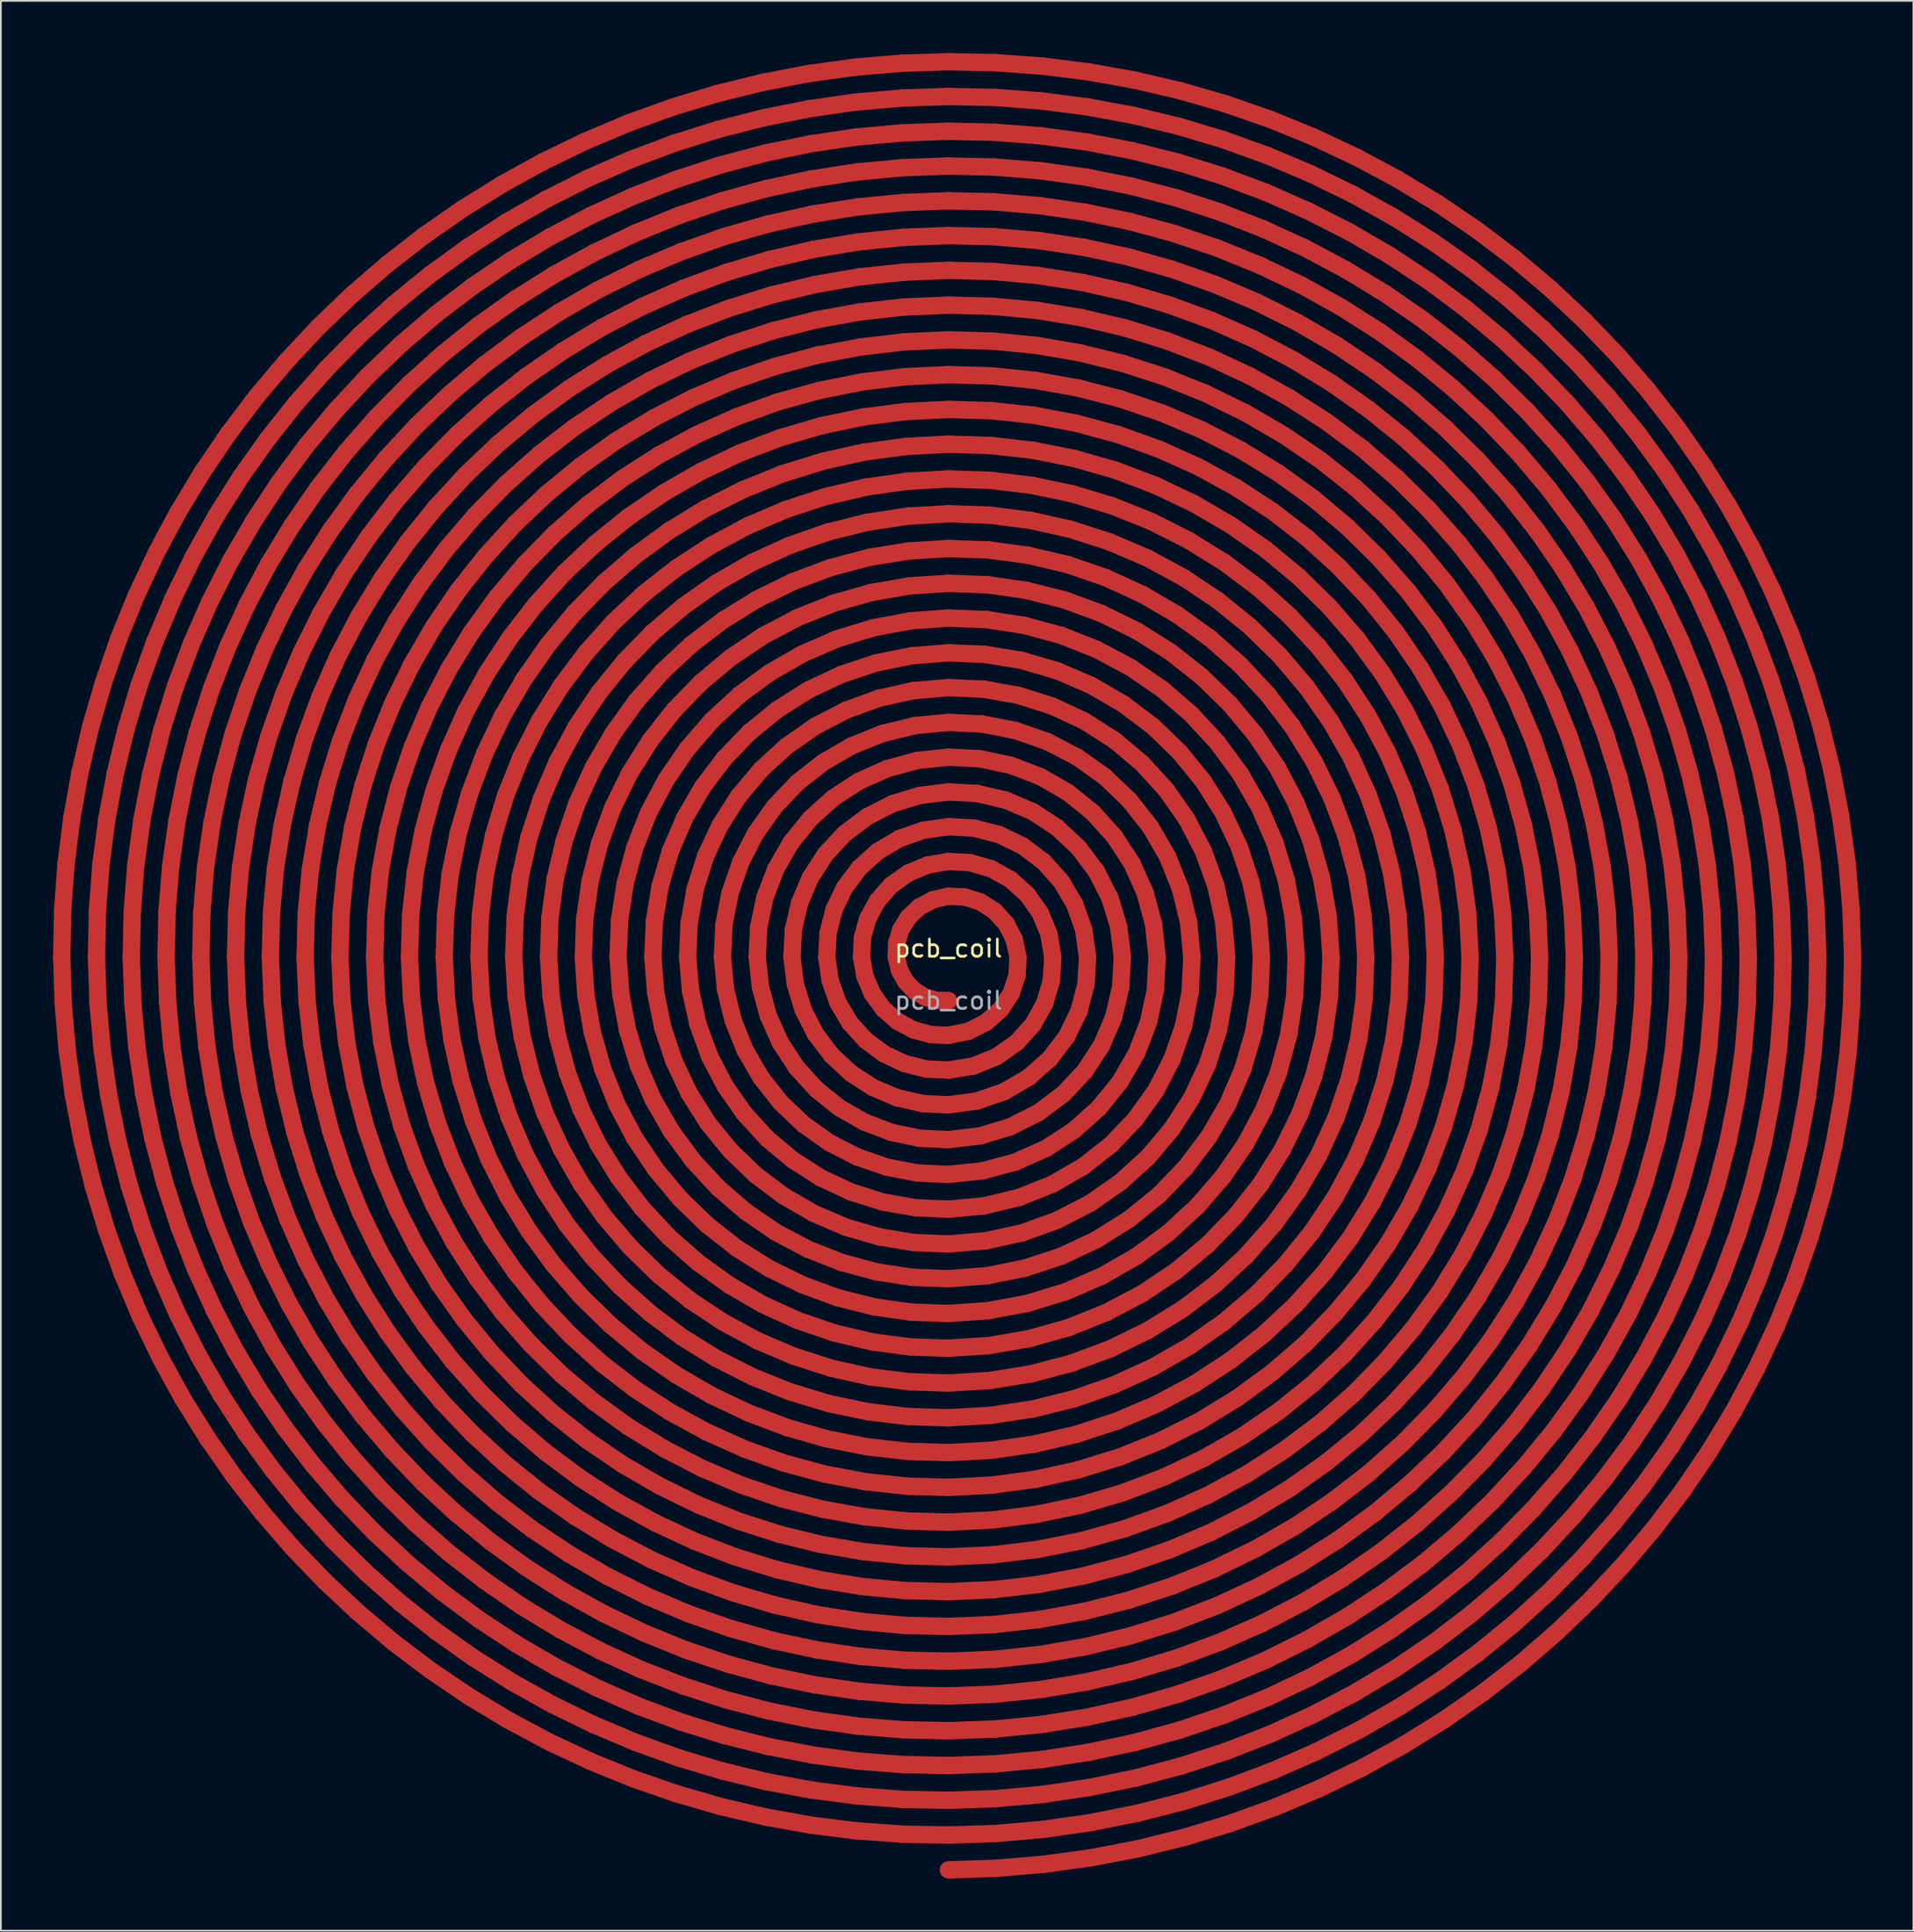
<source format=kicad_pcb>
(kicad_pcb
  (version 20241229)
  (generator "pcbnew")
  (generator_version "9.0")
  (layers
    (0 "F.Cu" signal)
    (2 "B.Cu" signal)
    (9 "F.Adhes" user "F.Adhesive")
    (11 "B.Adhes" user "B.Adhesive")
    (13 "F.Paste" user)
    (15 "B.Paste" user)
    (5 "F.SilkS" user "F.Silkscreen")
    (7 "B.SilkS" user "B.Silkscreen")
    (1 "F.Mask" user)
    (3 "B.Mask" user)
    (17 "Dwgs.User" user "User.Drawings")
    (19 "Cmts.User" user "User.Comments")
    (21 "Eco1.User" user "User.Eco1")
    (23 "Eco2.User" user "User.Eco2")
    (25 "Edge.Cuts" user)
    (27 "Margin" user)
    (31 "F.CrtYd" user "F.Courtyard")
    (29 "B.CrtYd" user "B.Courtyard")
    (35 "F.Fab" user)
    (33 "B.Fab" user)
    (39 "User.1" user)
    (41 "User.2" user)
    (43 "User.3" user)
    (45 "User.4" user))
  (footprint "pcb_coil"
    (layer "F.Cu")
    (at 51.5 52)
    (property "Reference" "pcb_coil" (at 0 -0.5 0) (unlocked yes) (layer "F.SilkS") (effects (font (size 1 1) (thickness 0.15))))
    (fp_line (start -51 0) (end -50.947 -2.67) (stroke (width 1) (type solid)) (layer "F.Cu"))
    (fp_line (start -50.947 -2.67) (end -50.754 -5.334) (stroke (width 1) (type solid)) (layer "F.Cu"))
    (fp_line (start -50.913 2.668) (end -51 0) (stroke (width 1) (type solid)) (layer "F.Cu"))
    (fp_line (start -50.754 -5.334) (end -50.421 -7.986) (stroke (width 1) (type solid)) (layer "F.Cu"))
    (fp_line (start -50.687 5.327) (end -50.913 2.668) (stroke (width 1) (type solid)) (layer "F.Cu"))
    (fp_line (start -50.421 -7.986) (end -49.951 -10.617) (stroke (width 1) (type solid)) (layer "F.Cu"))
    (fp_line (start -50.323 7.97) (end -50.687 5.327) (stroke (width 1) (type solid)) (layer "F.Cu"))
    (fp_line (start -49.951 -10.617) (end -49.343 -13.221) (stroke (width 1) (type solid)) (layer "F.Cu"))
    (fp_line (start -49.82 10.59) (end -50.323 7.97) (stroke (width 1) (type solid)) (layer "F.Cu"))
    (fp_line (start -49.343 -13.221) (end -48.599 -15.791) (stroke (width 1) (type solid)) (layer "F.Cu"))
    (fp_line (start -49.182 13.178) (end -49.82 10.59) (stroke (width 1) (type solid)) (layer "F.Cu"))
    (fp_line (start -49 0) (end -48.945 -2.654) (stroke (width 1) (type solid)) (layer "F.Cu"))
    (fp_line (start -48.945 -2.654) (end -48.747 -5.302) (stroke (width 1) (type solid)) (layer "F.Cu"))
    (fp_line (start -48.911 2.652) (end -49 0) (stroke (width 1) (type solid)) (layer "F.Cu"))
    (fp_line (start -48.747 -5.302) (end -48.406 -7.936) (stroke (width 1) (type solid)) (layer "F.Cu"))
    (fp_line (start -48.678 5.294) (end -48.911 2.652) (stroke (width 1) (type solid)) (layer "F.Cu"))
    (fp_line (start -48.599 -15.791) (end -47.722 -18.319) (stroke (width 1) (type solid)) (layer "F.Cu"))
    (fp_line (start -48.409 15.729) (end -49.182 13.178) (stroke (width 1) (type solid)) (layer "F.Cu"))
    (fp_line (start -48.406 -7.936) (end -47.922 -10.548) (stroke (width 1) (type solid)) (layer "F.Cu"))
    (fp_line (start -48.303 7.919) (end -48.678 5.294) (stroke (width 1) (type solid)) (layer "F.Cu"))
    (fp_line (start -47.922 -10.548) (end -47.297 -13.132) (stroke (width 1) (type solid)) (layer "F.Cu"))
    (fp_line (start -47.787 10.519) (end -48.303 7.919) (stroke (width 1) (type solid)) (layer "F.Cu"))
    (fp_line (start -47.722 -18.319) (end -46.713 -20.798) (stroke (width 1) (type solid)) (layer "F.Cu"))
    (fp_line (start -47.504 18.235) (end -48.409 15.729) (stroke (width 1) (type solid)) (layer "F.Cu"))
    (fp_line (start -47.297 -13.132) (end -46.533 -15.679) (stroke (width 1) (type solid)) (layer "F.Cu"))
    (fp_line (start -47.131 13.086) (end -47.787 10.519) (stroke (width 1) (type solid)) (layer "F.Cu"))
    (fp_line (start -47 0) (end -46.944 -2.636) (stroke (width 1) (type solid)) (layer "F.Cu"))
    (fp_line (start -46.944 -2.636) (end -46.74 -5.266) (stroke (width 1) (type solid)) (layer "F.Cu"))
    (fp_line (start -46.908 2.634) (end -47 0) (stroke (width 1) (type solid)) (layer "F.Cu"))
    (fp_line (start -46.74 -5.266) (end -46.389 -7.882) (stroke (width 1) (type solid)) (layer "F.Cu"))
    (fp_line (start -46.713 -20.798) (end -45.575 -23.222) (stroke (width 1) (type solid)) (layer "F.Cu"))
    (fp_line (start -46.669 5.258) (end -46.908 2.634) (stroke (width 1) (type solid)) (layer "F.Cu"))
    (fp_line (start -46.533 -15.679) (end -45.632 -18.181) (stroke (width 1) (type solid)) (layer "F.Cu"))
    (fp_line (start -46.469 20.689) (end -47.504 18.235) (stroke (width 1) (type solid)) (layer "F.Cu"))
    (fp_line (start -46.389 -7.882) (end -45.891 -10.474) (stroke (width 1) (type solid)) (layer "F.Cu"))
    (fp_line (start -46.337 15.613) (end -47.131 13.086) (stroke (width 1) (type solid)) (layer "F.Cu"))
    (fp_line (start -46.283 7.864) (end -46.669 5.258) (stroke (width 1) (type solid)) (layer "F.Cu"))
    (fp_line (start -45.891 -10.474) (end -45.249 -13.036) (stroke (width 1) (type solid)) (layer "F.Cu"))
    (fp_line (start -45.752 10.443) (end -46.283 7.864) (stroke (width 1) (type solid)) (layer "F.Cu"))
    (fp_line (start -45.632 -18.181) (end -44.596 -20.632) (stroke (width 1) (type solid)) (layer "F.Cu"))
    (fp_line (start -45.575 -23.222) (end -44.312 -25.583) (stroke (width 1) (type solid)) (layer "F.Cu"))
    (fp_line (start -45.408 18.092) (end -46.337 15.613) (stroke (width 1) (type solid)) (layer "F.Cu"))
    (fp_line (start -45.308 23.085) (end -46.469 20.689) (stroke (width 1) (type solid)) (layer "F.Cu"))
    (fp_line (start -45.249 -13.036) (end -44.464 -15.559) (stroke (width 1) (type solid)) (layer "F.Cu"))
    (fp_line (start -45.077 12.987) (end -45.752 10.443) (stroke (width 1) (type solid)) (layer "F.Cu"))
    (fp_line (start -45 0) (end -44.942 -2.618) (stroke (width 1) (type solid)) (layer "F.Cu"))
    (fp_line (start -44.942 -2.618) (end -44.733 -5.228) (stroke (width 1) (type solid)) (layer "F.Cu"))
    (fp_line (start -44.905 2.615) (end -45 0) (stroke (width 1) (type solid)) (layer "F.Cu"))
    (fp_line (start -44.733 -5.228) (end -44.371 -7.824) (stroke (width 1) (type solid)) (layer "F.Cu"))
    (fp_line (start -44.659 5.22) (end -44.905 2.615) (stroke (width 1) (type solid)) (layer "F.Cu"))
    (fp_line (start -44.596 -20.632) (end -43.429 -23.025) (stroke (width 1) (type solid)) (layer "F.Cu"))
    (fp_line (start -44.464 -15.559) (end -43.538 -18.034) (stroke (width 1) (type solid)) (layer "F.Cu"))
    (fp_line (start -44.371 -7.824) (end -43.859 -10.395) (stroke (width 1) (type solid)) (layer "F.Cu"))
    (fp_line (start -44.346 20.517) (end -45.408 18.092) (stroke (width 1) (type solid)) (layer "F.Cu"))
    (fp_line (start -44.312 -25.583) (end -42.926 -27.876) (stroke (width 1) (type solid)) (layer "F.Cu"))
    (fp_line (start -44.262 7.805) (end -44.659 5.22) (stroke (width 1) (type solid)) (layer "F.Cu"))
    (fp_line (start -44.261 15.488) (end -45.077 12.987) (stroke (width 1) (type solid)) (layer "F.Cu"))
    (fp_line (start -44.023 25.417) (end -45.308 23.085) (stroke (width 1) (type solid)) (layer "F.Cu"))
    (fp_line (start -43.859 -10.395) (end -43.198 -12.933) (stroke (width 1) (type solid)) (layer "F.Cu"))
    (fp_line (start -43.715 10.361) (end -44.262 7.805) (stroke (width 1) (type solid)) (layer "F.Cu"))
    (fp_line (start -43.538 -18.034) (end -42.474 -20.455) (stroke (width 1) (type solid)) (layer "F.Cu"))
    (fp_line (start -43.429 -23.025) (end -42.134 -25.351) (stroke (width 1) (type solid)) (layer "F.Cu"))
    (fp_line (start -43.307 17.938) (end -44.261 15.488) (stroke (width 1) (type solid)) (layer "F.Cu"))
    (fp_line (start -43.198 -12.933) (end -42.391 -15.429) (stroke (width 1) (type solid)) (layer "F.Cu"))
    (fp_line (start -43.155 22.879) (end -44.346 20.517) (stroke (width 1) (type solid)) (layer "F.Cu"))
    (fp_line (start -43.021 12.88) (end -43.715 10.361) (stroke (width 1) (type solid)) (layer "F.Cu"))
    (fp_line (start -43 0) (end -42.941 -2.597) (stroke (width 1) (type solid)) (layer "F.Cu"))
    (fp_line (start -42.941 -2.597) (end -42.725 -5.188) (stroke (width 1) (type solid)) (layer "F.Cu"))
    (fp_line (start -42.926 -27.876) (end -41.422 -30.095) (stroke (width 1) (type solid)) (layer "F.Cu"))
    (fp_line (start -42.902 2.595) (end -43 0) (stroke (width 1) (type solid)) (layer "F.Cu"))
    (fp_line (start -42.725 -5.188) (end -42.352 -7.761) (stroke (width 1) (type solid)) (layer "F.Cu"))
    (fp_line (start -42.648 5.178) (end -42.902 2.595) (stroke (width 1) (type solid)) (layer "F.Cu"))
    (fp_line (start -42.618 27.677) (end -44.023 25.417) (stroke (width 1) (type solid)) (layer "F.Cu"))
    (fp_line (start -42.474 -20.455) (end -41.276 -22.813) (stroke (width 1) (type solid)) (layer "F.Cu"))
    (fp_line (start -42.391 -15.429) (end -41.439 -17.875) (stroke (width 1) (type solid)) (layer "F.Cu"))
    (fp_line (start -42.352 -7.761) (end -41.825 -10.309) (stroke (width 1) (type solid)) (layer "F.Cu"))
    (fp_line (start -42.239 7.741) (end -42.648 5.178) (stroke (width 1) (type solid)) (layer "F.Cu"))
    (fp_line (start -42.217 20.331) (end -43.307 17.938) (stroke (width 1) (type solid)) (layer "F.Cu"))
    (fp_line (start -42.182 15.353) (end -43.021 12.88) (stroke (width 1) (type solid)) (layer "F.Cu"))
    (fp_line (start -42.134 -25.351) (end -40.714 -27.605) (stroke (width 1) (type solid)) (layer "F.Cu"))
    (fp_line (start -41.838 25.173) (end -43.155 22.879) (stroke (width 1) (type solid)) (layer "F.Cu"))
    (fp_line (start -41.825 -10.309) (end -41.145 -12.821) (stroke (width 1) (type solid)) (layer "F.Cu"))
    (fp_line (start -41.676 10.272) (end -42.239 7.741) (stroke (width 1) (type solid)) (layer "F.Cu"))
    (fp_line (start -41.439 -17.875) (end -40.346 -20.262) (stroke (width 1) (type solid)) (layer "F.Cu"))
    (fp_line (start -41.422 -30.095) (end -39.803 -32.232) (stroke (width 1) (type solid)) (layer "F.Cu"))
    (fp_line (start -41.276 -22.813) (end -39.947 -25.101) (stroke (width 1) (type solid)) (layer "F.Cu"))
    (fp_line (start -41.201 17.772) (end -42.182 15.353) (stroke (width 1) (type solid)) (layer "F.Cu"))
    (fp_line (start -41.145 -12.821) (end -40.314 -15.289) (stroke (width 1) (type solid)) (layer "F.Cu"))
    (fp_line (start -41.098 29.859) (end -42.618 27.677) (stroke (width 1) (type solid)) (layer "F.Cu"))
    (fp_line (start -41 0) (end -40.939 -2.576) (stroke (width 1) (type solid)) (layer "F.Cu"))
    (fp_line (start -40.995 22.657) (end -42.217 20.331) (stroke (width 1) (type solid)) (layer "F.Cu"))
    (fp_line (start -40.961 12.764) (end -41.676 10.272) (stroke (width 1) (type solid)) (layer "F.Cu"))
    (fp_line (start -40.939 -2.576) (end -40.716 -5.144) (stroke (width 1) (type solid)) (layer "F.Cu"))
    (fp_line (start -40.899 2.573) (end -41 0) (stroke (width 1) (type solid)) (layer "F.Cu"))
    (fp_line (start -40.716 -5.144) (end -40.333 -7.694) (stroke (width 1) (type solid)) (layer "F.Cu"))
    (fp_line (start -40.714 -27.605) (end -39.173 -29.779) (stroke (width 1) (type solid)) (layer "F.Cu"))
    (fp_line (start -40.637 5.134) (end -40.899 2.573) (stroke (width 1) (type solid)) (layer "F.Cu"))
    (fp_line (start -40.4 27.392) (end -41.838 25.173) (stroke (width 1) (type solid)) (layer "F.Cu"))
    (fp_line (start -40.346 -20.262) (end -39.115 -22.583) (stroke (width 1) (type solid)) (layer "F.Cu"))
    (fp_line (start -40.333 -7.694) (end -39.789 -10.216) (stroke (width 1) (type solid)) (layer "F.Cu"))
    (fp_line (start -40.314 -15.289) (end -39.334 -17.703) (stroke (width 1) (type solid)) (layer "F.Cu"))
    (fp_line (start -40.215 7.671) (end -40.637 5.134) (stroke (width 1) (type solid)) (layer "F.Cu"))
    (fp_line (start -40.098 15.207) (end -40.961 12.764) (stroke (width 1) (type solid)) (layer "F.Cu"))
    (fp_line (start -40.081 20.129) (end -41.201 17.772) (stroke (width 1) (type solid)) (layer "F.Cu"))
    (fp_line (start -39.947 -25.101) (end -38.492 -27.311) (stroke (width 1) (type solid)) (layer "F.Cu"))
    (fp_line (start -39.803 -32.232) (end -38.074 -34.282) (stroke (width 1) (type solid)) (layer "F.Cu"))
    (fp_line (start -39.789 -10.216) (end -39.088 -12.701) (stroke (width 1) (type solid)) (layer "F.Cu"))
    (fp_line (start -39.645 24.911) (end -40.995 22.657) (stroke (width 1) (type solid)) (layer "F.Cu"))
    (fp_line (start -39.634 10.176) (end -40.215 7.671) (stroke (width 1) (type solid)) (layer "F.Cu"))
    (fp_line (start -39.466 31.959) (end -41.098 29.859) (stroke (width 1) (type solid)) (layer "F.Cu"))
    (fp_line (start -39.334 -17.703) (end -38.211 -20.055) (stroke (width 1) (type solid)) (layer "F.Cu"))
    (fp_line (start -39.173 -29.779) (end -37.517 -31.867) (stroke (width 1) (type solid)) (layer "F.Cu"))
    (fp_line (start -39.115 -22.583) (end -37.752 -24.83) (stroke (width 1) (type solid)) (layer "F.Cu"))
    (fp_line (start -39.089 17.593) (end -40.098 15.207) (stroke (width 1) (type solid)) (layer "F.Cu"))
    (fp_line (start -39.088 -12.701) (end -38.232 -15.137) (stroke (width 1) (type solid)) (layer "F.Cu"))
    (fp_line (start -39 0) (end -38.937 -2.552) (stroke (width 1) (type solid)) (layer "F.Cu"))
    (fp_line (start -38.937 -2.552) (end -38.708 -5.096) (stroke (width 1) (type solid)) (layer "F.Cu"))
    (fp_line (start -38.898 12.639) (end -39.634 10.176) (stroke (width 1) (type solid)) (layer "F.Cu"))
    (fp_line (start -38.896 2.549) (end -39 0) (stroke (width 1) (type solid)) (layer "F.Cu"))
    (fp_line (start -38.844 29.528) (end -40.4 27.392) (stroke (width 1) (type solid)) (layer "F.Cu"))
    (fp_line (start -38.827 22.417) (end -40.081 20.129) (stroke (width 1) (type solid)) (layer "F.Cu"))
    (fp_line (start -38.708 -5.096) (end -38.312 -7.621) (stroke (width 1) (type solid)) (layer "F.Cu"))
    (fp_line (start -38.625 5.085) (end -38.896 2.549) (stroke (width 1) (type solid)) (layer "F.Cu"))
    (fp_line (start -38.492 -27.311) (end -36.914 -29.438) (stroke (width 1) (type solid)) (layer "F.Cu"))
    (fp_line (start -38.312 -7.621) (end -37.752 -10.116) (stroke (width 1) (type solid)) (layer "F.Cu"))
    (fp_line (start -38.232 -15.137) (end -37.225 -17.517) (stroke (width 1) (type solid)) (layer "F.Cu"))
    (fp_line (start -38.211 -20.055) (end -36.947 -22.335) (stroke (width 1) (type solid)) (layer "F.Cu"))
    (fp_line (start -38.189 7.596) (end -38.625 5.085) (stroke (width 1) (type solid)) (layer "F.Cu"))
    (fp_line (start -38.171 27.084) (end -39.645 24.911) (stroke (width 1) (type solid)) (layer "F.Cu"))
    (fp_line (start -38.074 -34.282) (end -36.239 -36.239) (stroke (width 1) (type solid)) (layer "F.Cu"))
    (fp_line (start -38.009 15.049) (end -38.898 12.639) (stroke (width 1) (type solid)) (layer "F.Cu"))
    (fp_line (start -37.938 19.912) (end -39.089 17.593) (stroke (width 1) (type solid)) (layer "F.Cu"))
    (fp_line (start -37.752 -24.83) (end -36.259 -26.994) (stroke (width 1) (type solid)) (layer "F.Cu"))
    (fp_line (start -37.752 -10.116) (end -37.029 -12.57) (stroke (width 1) (type solid)) (layer "F.Cu"))
    (fp_line (start -37.727 33.97) (end -39.466 31.959) (stroke (width 1) (type solid)) (layer "F.Cu"))
    (fp_line (start -37.591 10.072) (end -38.189 7.596) (stroke (width 1) (type solid)) (layer "F.Cu"))
    (fp_line (start -37.517 -31.867) (end -35.749 -33.863) (stroke (width 1) (type solid)) (layer "F.Cu"))
    (fp_line (start -37.442 24.626) (end -38.827 22.417) (stroke (width 1) (type solid)) (layer "F.Cu"))
    (fp_line (start -37.225 -17.517) (end -36.069 -19.829) (stroke (width 1) (type solid)) (layer "F.Cu"))
    (fp_line (start -37.175 31.577) (end -38.844 29.528) (stroke (width 1) (type solid)) (layer "F.Cu"))
    (fp_line (start -37.029 -12.57) (end -36.147 -14.972) (stroke (width 1) (type solid)) (layer "F.Cu"))
    (fp_line (start -37 0) (end -36.935 -2.526) (stroke (width 1) (type solid)) (layer "F.Cu"))
    (fp_line (start -36.971 17.397) (end -38.009 15.049) (stroke (width 1) (type solid)) (layer "F.Cu"))
    (fp_line (start -36.947 -22.335) (end -35.547 -24.536) (stroke (width 1) (type solid)) (layer "F.Cu"))
    (fp_line (start -36.935 -2.526) (end -36.698 -5.044) (stroke (width 1) (type solid)) (layer "F.Cu"))
    (fp_line (start -36.914 -29.438) (end -35.218 -31.473) (stroke (width 1) (type solid)) (layer "F.Cu"))
    (fp_line (start -36.892 2.523) (end -37 0) (stroke (width 1) (type solid)) (layer "F.Cu"))
    (fp_line (start -36.832 12.503) (end -37.591 10.072) (stroke (width 1) (type solid)) (layer "F.Cu"))
    (fp_line (start -36.698 -5.044) (end -36.29 -7.541) (stroke (width 1) (type solid)) (layer "F.Cu"))
    (fp_line (start -36.65 22.156) (end -37.938 19.912) (stroke (width 1) (type solid)) (layer "F.Cu"))
    (fp_line (start -36.612 5.032) (end -36.892 2.523) (stroke (width 1) (type solid)) (layer "F.Cu"))
    (fp_line (start -36.579 29.17) (end -38.171 27.084) (stroke (width 1) (type solid)) (layer "F.Cu"))
    (fp_line (start -36.29 -7.541) (end -35.712 -10.006) (stroke (width 1) (type solid)) (layer "F.Cu"))
    (fp_line (start -36.259 -26.994) (end -34.642 -29.068) (stroke (width 1) (type solid)) (layer "F.Cu"))
    (fp_line (start -36.239 -36.239) (end -34.304 -38.099) (stroke (width 1) (type solid)) (layer "F.Cu"))
    (fp_line (start -36.162 7.515) (end -36.612 5.032) (stroke (width 1) (type solid)) (layer "F.Cu"))
    (fp_line (start -36.147 -14.972) (end -35.109 -17.314) (stroke (width 1) (type solid)) (layer "F.Cu"))
    (fp_line (start -36.069 -19.829) (end -34.769 -22.065) (stroke (width 1) (type solid)) (layer "F.Cu"))
    (fp_line (start -35.932 26.75) (end -37.442 24.626) (stroke (width 1) (type solid)) (layer "F.Cu"))
    (fp_line (start -35.916 14.877) (end -36.832 12.503) (stroke (width 1) (type solid)) (layer "F.Cu"))
    (fp_line (start -35.886 35.886) (end -37.727 33.97) (stroke (width 1) (type solid)) (layer "F.Cu"))
    (fp_line (start -35.788 19.675) (end -36.971 17.397) (stroke (width 1) (type solid)) (layer "F.Cu"))
    (fp_line (start -35.749 -33.863) (end -33.875 -35.762) (stroke (width 1) (type solid)) (layer "F.Cu"))
    (fp_line (start -35.712 -10.006) (end -34.966 -12.427) (stroke (width 1) (type solid)) (layer "F.Cu"))
    (fp_line (start -35.547 -24.536) (end -34.015 -26.649) (stroke (width 1) (type solid)) (layer "F.Cu"))
    (fp_line (start -35.544 9.959) (end -36.162 7.515) (stroke (width 1) (type solid)) (layer "F.Cu"))
    (fp_line (start -35.399 33.531) (end -37.175 31.577) (stroke (width 1) (type solid)) (layer "F.Cu"))
    (fp_line (start -35.23 24.318) (end -36.65 22.156) (stroke (width 1) (type solid)) (layer "F.Cu"))
    (fp_line (start -35.218 -31.473) (end -33.411 -33.411) (stroke (width 1) (type solid)) (layer "F.Cu"))
    (fp_line (start -35.109 -17.314) (end -33.919 -19.583) (stroke (width 1) (type solid)) (layer "F.Cu"))
    (fp_line (start -35 0) (end -34.933 -2.498) (stroke (width 1) (type solid)) (layer "F.Cu"))
    (fp_line (start -34.966 -12.427) (end -34.056 -14.793) (stroke (width 1) (type solid)) (layer "F.Cu"))
    (fp_line (start -34.933 -2.498) (end -34.689 -4.987) (stroke (width 1) (type solid)) (layer "F.Cu"))
    (fp_line (start -34.888 2.495) (end -35 0) (stroke (width 1) (type solid)) (layer "F.Cu"))
    (fp_line (start -34.872 31.164) (end -36.579 29.17) (stroke (width 1) (type solid)) (layer "F.Cu"))
    (fp_line (start -34.847 17.185) (end -35.916 14.877) (stroke (width 1) (type solid)) (layer "F.Cu"))
    (fp_line (start -34.769 -22.065) (end -33.331 -24.217) (stroke (width 1) (type solid)) (layer "F.Cu"))
    (fp_line (start -34.761 12.354) (end -35.544 9.959) (stroke (width 1) (type solid)) (layer "F.Cu"))
    (fp_line (start -34.689 -4.987) (end -34.267 -7.454) (stroke (width 1) (type solid)) (layer "F.Cu"))
    (fp_line (start -34.642 -29.068) (end -32.907 -31.046) (stroke (width 1) (type solid)) (layer "F.Cu"))
    (fp_line (start -34.599 4.975) (end -34.888 2.495) (stroke (width 1) (type solid)) (layer "F.Cu"))
    (fp_line (start -34.465 21.872) (end -35.788 19.675) (stroke (width 1) (type solid)) (layer "F.Cu"))
    (fp_line (start -34.304 -38.099) (end -32.274 -39.855) (stroke (width 1) (type solid)) (layer "F.Cu"))
    (fp_line (start -34.302 28.783) (end -35.932 26.75) (stroke (width 1) (type solid)) (layer "F.Cu"))
    (fp_line (start -34.267 -7.454) (end -33.669 -9.886) (stroke (width 1) (type solid)) (layer "F.Cu"))
    (fp_line (start -34.134 7.425) (end -34.599 4.975) (stroke (width 1) (type solid)) (layer "F.Cu"))
    (fp_line (start -34.056 -14.793) (end -32.987 -17.092) (stroke (width 1) (type solid)) (layer "F.Cu"))
    (fp_line (start -34.015 -26.649) (end -32.359 -28.667) (stroke (width 1) (type solid)) (layer "F.Cu"))
    (fp_line (start -33.947 37.702) (end -35.886 35.886) (stroke (width 1) (type solid)) (layer "F.Cu"))
    (fp_line (start -33.919 -19.583) (end -32.583 -21.771) (stroke (width 1) (type solid)) (layer "F.Cu"))
    (fp_line (start -33.875 -35.762) (end -31.901 -37.556) (stroke (width 1) (type solid)) (layer "F.Cu"))
    (fp_line (start -33.817 14.689) (end -34.761 12.354) (stroke (width 1) (type solid)) (layer "F.Cu"))
    (fp_line (start -33.682 26.388) (end -35.23 24.318) (stroke (width 1) (type solid)) (layer "F.Cu"))
    (fp_line (start -33.669 -9.886) (end -32.9 -12.271) (stroke (width 1) (type solid)) (layer "F.Cu"))
    (fp_line (start -33.631 19.417) (end -34.847 17.185) (stroke (width 1) (type solid)) (layer "F.Cu"))
    (fp_line (start -33.519 35.386) (end -35.399 33.531) (stroke (width 1) (type solid)) (layer "F.Cu"))
    (fp_line (start -33.495 9.835) (end -34.134 7.425) (stroke (width 1) (type solid)) (layer "F.Cu"))
    (fp_line (start -33.411 -33.411) (end -31.497 -35.245) (stroke (width 1) (type solid)) (layer "F.Cu"))
    (fp_line (start -33.331 -24.217) (end -31.761 -26.275) (stroke (width 1) (type solid)) (layer "F.Cu"))
    (fp_line (start -33.057 33.057) (end -34.872 31.164) (stroke (width 1) (type solid)) (layer "F.Cu"))
    (fp_line (start -33.008 23.982) (end -34.465 21.872) (stroke (width 1) (type solid)) (layer "F.Cu"))
    (fp_line (start -33 0) (end -32.931 -2.468) (stroke (width 1) (type solid)) (layer "F.Cu"))
    (fp_line (start -32.987 -17.092) (end -31.762 -19.315) (stroke (width 1) (type solid)) (layer "F.Cu"))
    (fp_line (start -32.931 -2.468) (end -32.679 -4.925) (stroke (width 1) (type solid)) (layer "F.Cu"))
    (fp_line (start -32.907 -31.046) (end -31.059 -32.92) (stroke (width 1) (type solid)) (layer "F.Cu"))
    (fp_line (start -32.9 -12.271) (end -31.961 -14.596) (stroke (width 1) (type solid)) (layer "F.Cu"))
    (fp_line (start -32.884 2.464) (end -33 0) (stroke (width 1) (type solid)) (layer "F.Cu"))
    (fp_line (start -32.717 16.952) (end -33.817 14.689) (stroke (width 1) (type solid)) (layer "F.Cu"))
    (fp_line (start -32.687 12.192) (end -33.495 9.835) (stroke (width 1) (type solid)) (layer "F.Cu"))
    (fp_line (start -32.679 -4.925) (end -32.242 -7.359) (stroke (width 1) (type solid)) (layer "F.Cu"))
    (fp_line (start -32.584 4.911) (end -32.884 2.464) (stroke (width 1) (type solid)) (layer "F.Cu"))
    (fp_line (start -32.583 -21.771) (end -31.106 -23.869) (stroke (width 1) (type solid)) (layer "F.Cu"))
    (fp_line (start -32.557 30.716) (end -34.302 28.783) (stroke (width 1) (type solid)) (layer "F.Cu"))
    (fp_line (start -32.359 -28.667) (end -30.582 -30.582) (stroke (width 1) (type solid)) (layer "F.Cu"))
    (fp_line (start -32.274 -39.855) (end -30.153 -41.503) (stroke (width 1) (type solid)) (layer "F.Cu"))
    (fp_line (start -32.271 21.563) (end -33.631 19.417) (stroke (width 1) (type solid)) (layer "F.Cu"))
    (fp_line (start -32.242 -7.359) (end -31.625 -9.755) (stroke (width 1) (type solid)) (layer "F.Cu"))
    (fp_line (start -32.103 7.327) (end -32.584 4.911) (stroke (width 1) (type solid)) (layer "F.Cu"))
    (fp_line (start -32.013 28.361) (end -33.682 26.388) (stroke (width 1) (type solid)) (layer "F.Cu"))
    (fp_line (start -31.961 -14.596) (end -30.858 -16.85) (stroke (width 1) (type solid)) (layer "F.Cu"))
    (fp_line (start -31.917 39.414) (end -33.947 37.702) (stroke (width 1) (type solid)) (layer "F.Cu"))
    (fp_line (start -31.901 -37.556) (end -29.831 -39.242) (stroke (width 1) (type solid)) (layer "F.Cu"))
    (fp_line (start -31.762 -19.315) (end -30.388 -21.45) (stroke (width 1) (type solid)) (layer "F.Cu"))
    (fp_line (start -31.761 -26.275) (end -30.063 -28.231) (stroke (width 1) (type solid)) (layer "F.Cu"))
    (fp_line (start -31.713 14.483) (end -32.687 12.192) (stroke (width 1) (type solid)) (layer "F.Cu"))
    (fp_line (start -31.625 -9.755) (end -30.83 -12.1) (stroke (width 1) (type solid)) (layer "F.Cu"))
    (fp_line (start -31.543 37.136) (end -33.519 35.386) (stroke (width 1) (type solid)) (layer "F.Cu"))
    (fp_line (start -31.497 -35.245) (end -29.482 -36.969) (stroke (width 1) (type solid)) (layer "F.Cu"))
    (fp_line (start -31.465 19.134) (end -32.717 16.952) (stroke (width 1) (type solid)) (layer "F.Cu"))
    (fp_line (start -31.443 9.699) (end -32.103 7.327) (stroke (width 1) (type solid)) (layer "F.Cu"))
    (fp_line (start -31.422 25.994) (end -33.008 23.982) (stroke (width 1) (type solid)) (layer "F.Cu"))
    (fp_line (start -31.14 34.845) (end -33.057 33.057) (stroke (width 1) (type solid)) (layer "F.Cu"))
    (fp_line (start -31.106 -23.869) (end -29.494 -25.866) (stroke (width 1) (type solid)) (layer "F.Cu"))
    (fp_line (start -31.059 -32.92) (end -29.104 -34.685) (stroke (width 1) (type solid)) (layer "F.Cu"))
    (fp_line (start -31 0) (end -30.929 -2.434) (stroke (width 1) (type solid)) (layer "F.Cu"))
    (fp_line (start -30.929 -2.434) (end -30.668 -4.857) (stroke (width 1) (type solid)) (layer "F.Cu"))
    (fp_line (start -30.88 2.43) (end -31 0) (stroke (width 1) (type solid)) (layer "F.Cu"))
    (fp_line (start -30.858 -16.85) (end -29.597 -19.021) (stroke (width 1) (type solid)) (layer "F.Cu"))
    (fp_line (start -30.83 -12.1) (end -29.861 -14.38) (stroke (width 1) (type solid)) (layer "F.Cu"))
    (fp_line (start -30.775 23.615) (end -32.271 21.563) (stroke (width 1) (type solid)) (layer "F.Cu"))
    (fp_line (start -30.703 32.543) (end -32.557 30.716) (stroke (width 1) (type solid)) (layer "F.Cu"))
    (fp_line (start -30.668 -4.857) (end -30.216 -7.254) (stroke (width 1) (type solid)) (layer "F.Cu"))
    (fp_line (start -30.608 12.013) (end -31.443 9.699) (stroke (width 1) (type solid)) (layer "F.Cu"))
    (fp_line (start -30.582 -30.582) (end -28.693 -32.387) (stroke (width 1) (type solid)) (layer "F.Cu"))
    (fp_line (start -30.579 16.697) (end -31.713 14.483) (stroke (width 1) (type solid)) (layer "F.Cu"))
    (fp_line (start -30.569 4.842) (end -30.88 2.43) (stroke (width 1) (type solid)) (layer "F.Cu"))
    (fp_line (start -30.388 -21.45) (end -28.87 -23.487) (stroke (width 1) (type solid)) (layer "F.Cu"))
    (fp_line (start -30.229 30.229) (end -32.013 28.361) (stroke (width 1) (type solid)) (layer "F.Cu"))
    (fp_line (start -30.216 -7.254) (end -29.578 -9.61) (stroke (width 1) (type solid)) (layer "F.Cu"))
    (fp_line (start -30.153 -41.503) (end -27.949 -43.038) (stroke (width 1) (type solid)) (layer "F.Cu"))
    (fp_line (start -30.071 7.219) (end -30.569 4.842) (stroke (width 1) (type solid)) (layer "F.Cu"))
    (fp_line (start -30.068 21.224) (end -31.465 19.134) (stroke (width 1) (type solid)) (layer "F.Cu"))
    (fp_line (start -30.063 -28.231) (end -28.244 -30.077) (stroke (width 1) (type solid)) (layer "F.Cu"))
    (fp_line (start -29.861 -14.38) (end -28.723 -16.583) (stroke (width 1) (type solid)) (layer "F.Cu"))
    (fp_line (start -29.831 -39.242) (end -27.672 -40.814) (stroke (width 1) (type solid)) (layer "F.Cu"))
    (fp_line (start -29.801 41.017) (end -31.917 39.414) (stroke (width 1) (type solid)) (layer "F.Cu"))
    (fp_line (start -29.713 27.902) (end -31.422 25.994) (stroke (width 1) (type solid)) (layer "F.Cu"))
    (fp_line (start -29.603 14.256) (end -30.608 12.013) (stroke (width 1) (type solid)) (layer "F.Cu"))
    (fp_line (start -29.597 -19.021) (end -28.183 -21.097) (stroke (width 1) (type solid)) (layer "F.Cu"))
    (fp_line (start -29.578 -9.61) (end -28.756 -11.911) (stroke (width 1) (type solid)) (layer "F.Cu"))
    (fp_line (start -29.494 -25.866) (end -27.754 -27.754) (stroke (width 1) (type solid)) (layer "F.Cu"))
    (fp_line (start -29.482 -36.969) (end -27.373 -38.579) (stroke (width 1) (type solid)) (layer "F.Cu"))
    (fp_line (start -29.476 38.775) (end -31.543 37.136) (stroke (width 1) (type solid)) (layer "F.Cu"))
    (fp_line (start -29.388 9.549) (end -30.071 7.219) (stroke (width 1) (type solid)) (layer "F.Cu"))
    (fp_line (start -29.291 18.824) (end -30.579 16.697) (stroke (width 1) (type solid)) (layer "F.Cu"))
    (fp_line (start -29.149 25.563) (end -30.775 23.615) (stroke (width 1) (type solid)) (layer "F.Cu"))
    (fp_line (start -29.126 36.523) (end -31.14 34.845) (stroke (width 1) (type solid)) (layer "F.Cu"))
    (fp_line (start -29.104 -34.685) (end -27.049 -36.333) (stroke (width 1) (type solid)) (layer "F.Cu"))
    (fp_line (start -29 0) (end -28.927 -2.397) (stroke (width 1) (type solid)) (layer "F.Cu"))
    (fp_line (start -28.927 -2.397) (end -28.656 -4.782) (stroke (width 1) (type solid)) (layer "F.Cu"))
    (fp_line (start -28.875 2.393) (end -29 0) (stroke (width 1) (type solid)) (layer "F.Cu"))
    (fp_line (start -28.87 -23.487) (end -27.216 -25.418) (stroke (width 1) (type solid)) (layer "F.Cu"))
    (fp_line (start -28.756 -11.911) (end -27.755 -14.142) (stroke (width 1) (type solid)) (layer "F.Cu"))
    (fp_line (start -28.747 34.259) (end -30.703 32.543) (stroke (width 1) (type solid)) (layer "F.Cu"))
    (fp_line (start -28.723 -16.583) (end -27.423 -18.697) (stroke (width 1) (type solid)) (layer "F.Cu"))
    (fp_line (start -28.693 -32.387) (end -26.697 -34.076) (stroke (width 1) (type solid)) (layer "F.Cu"))
    (fp_line (start -28.656 -4.782) (end -28.189 -7.138) (stroke (width 1) (type solid)) (layer "F.Cu"))
    (fp_line (start -28.553 4.765) (end -28.875 2.393) (stroke (width 1) (type solid)) (layer "F.Cu"))
    (fp_line (start -28.533 23.213) (end -30.068 21.224) (stroke (width 1) (type solid)) (layer "F.Cu"))
    (fp_line (start -28.525 11.815) (end -29.388 9.549) (stroke (width 1) (type solid)) (layer "F.Cu"))
    (fp_line (start -28.435 16.417) (end -29.603 14.256) (stroke (width 1) (type solid)) (layer "F.Cu"))
    (fp_line (start -28.336 31.984) (end -30.229 30.229) (stroke (width 1) (type solid)) (layer "F.Cu"))
    (fp_line (start -28.244 -30.077) (end -26.313 -31.807) (stroke (width 1) (type solid)) (layer "F.Cu"))
    (fp_line (start -28.189 -7.138) (end -27.528 -9.45) (stroke (width 1) (type solid)) (layer "F.Cu"))
    (fp_line (start -28.183 -21.097) (end -26.623 -23.069) (stroke (width 1) (type solid)) (layer "F.Cu"))
    (fp_line (start -28.036 7.1) (end -28.553 4.765) (stroke (width 1) (type solid)) (layer "F.Cu"))
    (fp_line (start -27.949 -43.038) (end -25.667 -44.456) (stroke (width 1) (type solid)) (layer "F.Cu"))
    (fp_line (start -27.888 29.698) (end -29.713 27.902) (stroke (width 1) (type solid)) (layer "F.Cu"))
    (fp_line (start -27.855 20.852) (end -29.291 18.824) (stroke (width 1) (type solid)) (layer "F.Cu"))
    (fp_line (start -27.755 -14.142) (end -26.581 -16.289) (stroke (width 1) (type solid)) (layer "F.Cu"))
    (fp_line (start -27.754 -27.754) (end -25.893 -29.525) (stroke (width 1) (type solid)) (layer "F.Cu"))
    (fp_line (start -27.672 -40.814) (end -25.431 -42.267) (stroke (width 1) (type solid)) (layer "F.Cu"))
    (fp_line (start -27.604 42.507) (end -29.801 41.017) (stroke (width 1) (type solid)) (layer "F.Cu"))
    (fp_line (start -27.528 -9.45) (end -26.678 -11.702) (stroke (width 1) (type solid)) (layer "F.Cu"))
    (fp_line (start -27.488 14.006) (end -28.525 11.815) (stroke (width 1) (type solid)) (layer "F.Cu"))
    (fp_line (start -27.423 -18.697) (end -25.968 -20.709) (stroke (width 1) (type solid)) (layer "F.Cu"))
    (fp_line (start -27.4 27.4) (end -29.149 25.563) (stroke (width 1) (type solid)) (layer "F.Cu"))
    (fp_line (start -27.373 -38.579) (end -25.177 -40.068) (stroke (width 1) (type solid)) (layer "F.Cu"))
    (fp_line (start -27.329 9.382) (end -28.036 7.1) (stroke (width 1) (type solid)) (layer "F.Cu"))
    (fp_line (start -27.324 40.3) (end -29.476 38.775) (stroke (width 1) (type solid)) (layer "F.Cu"))
    (fp_line (start -27.216 -25.418) (end -25.433 -27.232) (stroke (width 1) (type solid)) (layer "F.Cu"))
    (fp_line (start -27.109 18.482) (end -28.435 16.417) (stroke (width 1) (type solid)) (layer "F.Cu"))
    (fp_line (start -27.049 -36.333) (end -24.901 -37.86) (stroke (width 1) (type solid)) (layer "F.Cu"))
    (fp_line (start -27.022 38.084) (end -29.126 36.523) (stroke (width 1) (type solid)) (layer "F.Cu"))
    (fp_line (start -27 0) (end -26.925 -2.356) (stroke (width 1) (type solid)) (layer "F.Cu"))
    (fp_line (start -26.925 -2.356) (end -26.645 -4.698) (stroke (width 1) (type solid)) (layer "F.Cu"))
    (fp_line (start -26.87 2.351) (end -27 0) (stroke (width 1) (type solid)) (layer "F.Cu"))
    (fp_line (start -26.866 25.091) (end -28.533 23.213) (stroke (width 1) (type solid)) (layer "F.Cu"))
    (fp_line (start -26.697 -34.076) (end -24.602 -35.642) (stroke (width 1) (type solid)) (layer "F.Cu"))
    (fp_line (start -26.695 35.858) (end -28.747 34.259) (stroke (width 1) (type solid)) (layer "F.Cu"))
    (fp_line (start -26.678 -11.702) (end -25.644 -13.878) (stroke (width 1) (type solid)) (layer "F.Cu"))
    (fp_line (start -26.645 -4.698) (end -26.16 -7.01) (stroke (width 1) (type solid)) (layer "F.Cu"))
    (fp_line (start -26.623 -23.069) (end -24.926 -24.926) (stroke (width 1) (type solid)) (layer "F.Cu"))
    (fp_line (start -26.581 -16.289) (end -25.241 -18.339) (stroke (width 1) (type solid)) (layer "F.Cu"))
    (fp_line (start -26.535 4.679) (end -26.87 2.351) (stroke (width 1) (type solid)) (layer "F.Cu"))
    (fp_line (start -26.437 11.596) (end -27.329 9.382) (stroke (width 1) (type solid)) (layer "F.Cu"))
    (fp_line (start -26.341 33.622) (end -28.336 31.984) (stroke (width 1) (type solid)) (layer "F.Cu"))
    (fp_line (start -26.313 -31.807) (end -24.276 -33.412) (stroke (width 1) (type solid)) (layer "F.Cu"))
    (fp_line (start -26.283 16.106) (end -27.488 14.006) (stroke (width 1) (type solid)) (layer "F.Cu"))
    (fp_line (start -26.279 22.771) (end -27.855 20.852) (stroke (width 1) (type solid)) (layer "F.Cu"))
    (fp_line (start -26.16 -7.01) (end -25.476 -9.273) (stroke (width 1) (type solid)) (layer "F.Cu"))
    (fp_line (start -26 6.967) (end -26.535 4.679) (stroke (width 1) (type solid)) (layer "F.Cu"))
    (fp_line (start -25.968 -20.709) (end -24.365 -22.608) (stroke (width 1) (type solid)) (layer "F.Cu"))
    (fp_line (start -25.956 31.375) (end -27.888 29.698) (stroke (width 1) (type solid)) (layer "F.Cu"))
    (fp_line (start -25.893 -29.525) (end -23.919 -31.172) (stroke (width 1) (type solid)) (layer "F.Cu"))
    (fp_line (start -25.667 -44.456) (end -23.312 -45.753) (stroke (width 1) (type solid)) (layer "F.Cu"))
    (fp_line (start -25.644 -13.878) (end -24.432 -15.962) (stroke (width 1) (type solid)) (layer "F.Cu"))
    (fp_line (start -25.633 20.442) (end -27.109 18.482) (stroke (width 1) (type solid)) (layer "F.Cu"))
    (fp_line (start -25.536 29.118) (end -27.4 27.4) (stroke (width 1) (type solid)) (layer "F.Cu"))
    (fp_line (start -25.476 -9.273) (end -24.596 -11.469) (stroke (width 1) (type solid)) (layer "F.Cu"))
    (fp_line (start -25.433 -27.232) (end -23.529 -28.921) (stroke (width 1) (type solid)) (layer "F.Cu"))
    (fp_line (start -25.431 -42.267) (end -23.114 -43.597) (stroke (width 1) (type solid)) (layer "F.Cu"))
    (fp_line (start -25.366 13.727) (end -26.437 11.596) (stroke (width 1) (type solid)) (layer "F.Cu"))
    (fp_line (start -25.333 43.879) (end -27.604 42.507) (stroke (width 1) (type solid)) (layer "F.Cu"))
    (fp_line (start -25.267 9.197) (end -26 6.967) (stroke (width 1) (type solid)) (layer "F.Cu"))
    (fp_line (start -25.241 -18.339) (end -23.744 -20.279) (stroke (width 1) (type solid)) (layer "F.Cu"))
    (fp_line (start -25.177 -40.068) (end -22.899 -41.432) (stroke (width 1) (type solid)) (layer "F.Cu"))
    (fp_line (start -25.093 41.705) (end -27.324 40.3) (stroke (width 1) (type solid)) (layer "F.Cu"))
    (fp_line (start -25.076 26.85) (end -26.866 25.091) (stroke (width 1) (type solid)) (layer "F.Cu"))
    (fp_line (start -25 0) (end -24.923 -2.309) (stroke (width 1) (type solid)) (layer "F.Cu"))
    (fp_line (start -24.926 -24.926) (end -23.099 -26.657) (stroke (width 1) (type solid)) (layer "F.Cu"))
    (fp_line (start -24.923 -2.309) (end -24.632 -4.605) (stroke (width 1) (type solid)) (layer "F.Cu"))
    (fp_line (start -24.918 18.104) (end -26.283 16.106) (stroke (width 1) (type solid)) (layer "F.Cu"))
    (fp_line (start -24.901 -37.86) (end -22.667 -39.26) (stroke (width 1) (type solid)) (layer "F.Cu"))
    (fp_line (start -24.864 2.304) (end -25 0) (stroke (width 1) (type solid)) (layer "F.Cu"))
    (fp_line (start -24.834 39.524) (end -27.022 38.084) (stroke (width 1) (type solid)) (layer "F.Cu"))
    (fp_line (start -24.632 -4.605) (end -24.131 -6.866) (stroke (width 1) (type solid)) (layer "F.Cu"))
    (fp_line (start -24.602 -35.642) (end -22.415 -37.078) (stroke (width 1) (type solid)) (layer "F.Cu"))
    (fp_line (start -24.596 -11.469) (end -23.527 -13.583) (stroke (width 1) (type solid)) (layer "F.Cu"))
    (fp_line (start -24.572 24.572) (end -26.279 22.771) (stroke (width 1) (type solid)) (layer "F.Cu"))
    (fp_line (start -24.555 37.334) (end -26.695 35.858) (stroke (width 1) (type solid)) (layer "F.Cu"))
    (fp_line (start -24.517 4.583) (end -24.864 2.304) (stroke (width 1) (type solid)) (layer "F.Cu"))
    (fp_line (start -24.432 -15.962) (end -23.051 -17.941) (stroke (width 1) (type solid)) (layer "F.Cu"))
    (fp_line (start -24.365 -22.608) (end -22.624 -24.383) (stroke (width 1) (type solid)) (layer "F.Cu"))
    (fp_line (start -24.344 11.352) (end -25.267 9.197) (stroke (width 1) (type solid)) (layer "F.Cu"))
    (fp_line (start -24.276 -33.412) (end -22.14 -34.888) (stroke (width 1) (type solid)) (layer "F.Cu"))
    (fp_line (start -24.252 35.135) (end -26.341 33.622) (stroke (width 1) (type solid)) (layer "F.Cu"))
    (fp_line (start -24.131 -6.866) (end -23.422 -9.074) (stroke (width 1) (type solid)) (layer "F.Cu"))
    (fp_line (start -24.124 15.761) (end -25.366 13.727) (stroke (width 1) (type solid)) (layer "F.Cu"))
    (fp_line (start -24.016 22.284) (end -25.633 20.442) (stroke (width 1) (type solid)) (layer "F.Cu"))
    (fp_line (start -23.961 6.817) (end -24.517 4.583) (stroke (width 1) (type solid)) (layer "F.Cu"))
    (fp_line (start -23.923 32.927) (end -25.956 31.375) (stroke (width 1) (type solid)) (layer "F.Cu"))
    (fp_line (start -23.919 -31.172) (end -21.841 -32.687) (stroke (width 1) (type solid)) (layer "F.Cu"))
    (fp_line (start -23.744 -20.279) (end -22.097 -22.097) (stroke (width 1) (type solid)) (layer "F.Cu"))
    (fp_line (start -23.564 30.709) (end -25.536 29.118) (stroke (width 1) (type solid)) (layer "F.Cu"))
    (fp_line (start -23.529 -28.921) (end -21.513 -30.477) (stroke (width 1) (type solid)) (layer "F.Cu"))
    (fp_line (start -23.527 -13.583) (end -22.276 -15.598) (stroke (width 1) (type solid)) (layer "F.Cu"))
    (fp_line (start -23.422 -9.074) (end -22.511 -11.209) (stroke (width 1) (type solid)) (layer "F.Cu"))
    (fp_line (start -23.401 19.987) (end -24.918 18.104) (stroke (width 1) (type solid)) (layer "F.Cu"))
    (fp_line (start -23.312 -45.753) (end -20.893 -46.926) (stroke (width 1) (type solid)) (layer "F.Cu"))
    (fp_line (start -23.238 13.417) (end -24.344 11.352) (stroke (width 1) (type solid)) (layer "F.Cu"))
    (fp_line (start -23.202 8.989) (end -23.961 6.817) (stroke (width 1) (type solid)) (layer "F.Cu"))
    (fp_line (start -23.172 28.482) (end -25.076 26.85) (stroke (width 1) (type solid)) (layer "F.Cu"))
    (fp_line (start -23.114 -43.597) (end -20.727 -44.8) (stroke (width 1) (type solid)) (layer "F.Cu"))
    (fp_line (start -23.099 -26.657) (end -21.152 -28.255) (stroke (width 1) (type solid)) (layer "F.Cu"))
    (fp_line (start -23.051 -17.941) (end -21.51 -19.802) (stroke (width 1) (type solid)) (layer "F.Cu"))
    (fp_line (start -23 0) (end -22.92 -2.257) (stroke (width 1) (type solid)) (layer "F.Cu"))
    (fp_line (start -22.995 45.129) (end -25.333 43.879) (stroke (width 1) (type solid)) (layer "F.Cu"))
    (fp_line (start -22.92 -2.257) (end -22.619 -4.499) (stroke (width 1) (type solid)) (layer "F.Cu"))
    (fp_line (start -22.899 -41.432) (end -20.547 -42.667) (stroke (width 1) (type solid)) (layer "F.Cu"))
    (fp_line (start -22.858 2.251) (end -23 0) (stroke (width 1) (type solid)) (layer "F.Cu"))
    (fp_line (start -22.79 42.987) (end -25.093 41.705) (stroke (width 1) (type solid)) (layer "F.Cu"))
    (fp_line (start -22.742 26.245) (end -24.572 24.572) (stroke (width 1) (type solid)) (layer "F.Cu"))
    (fp_line (start -22.719 17.683) (end -24.124 15.761) (stroke (width 1) (type solid)) (layer "F.Cu"))
    (fp_line (start -22.667 -39.26) (end -20.354 -40.528) (stroke (width 1) (type solid)) (layer "F.Cu"))
    (fp_line (start -22.624 -24.383) (end -20.753 -26.024) (stroke (width 1) (type solid)) (layer "F.Cu"))
    (fp_line (start -22.619 -4.499) (end -22.099 -6.704) (stroke (width 1) (type solid)) (layer "F.Cu"))
    (fp_line (start -22.571 40.839) (end -24.834 39.524) (stroke (width 1) (type solid)) (layer "F.Cu"))
    (fp_line (start -22.511 -11.209) (end -21.405 -13.254) (stroke (width 1) (type solid)) (layer "F.Cu"))
    (fp_line (start -22.497 4.475) (end -22.858 2.251) (stroke (width 1) (type solid)) (layer "F.Cu"))
    (fp_line (start -22.415 -37.078) (end -20.144 -38.381) (stroke (width 1) (type solid)) (layer "F.Cu"))
    (fp_line (start -22.333 38.682) (end -24.555 37.334) (stroke (width 1) (type solid)) (layer "F.Cu"))
    (fp_line (start -22.276 -15.598) (end -20.853 -17.498) (stroke (width 1) (type solid)) (layer "F.Cu"))
    (fp_line (start -22.268 23.999) (end -24.016 22.284) (stroke (width 1) (type solid)) (layer "F.Cu"))
    (fp_line (start -22.247 11.078) (end -23.202 8.989) (stroke (width 1) (type solid)) (layer "F.Cu"))
    (fp_line (start -22.14 -34.888) (end -19.916 -36.227) (stroke (width 1) (type solid)) (layer "F.Cu"))
    (fp_line (start -22.099 -6.704) (end -21.365 -8.85) (stroke (width 1) (type solid)) (layer "F.Cu"))
    (fp_line (start -22.097 -22.097) (end -20.311 -23.782) (stroke (width 1) (type solid)) (layer "F.Cu"))
    (fp_line (start -22.076 36.519) (end -24.252 35.135) (stroke (width 1) (type solid)) (layer "F.Cu"))
    (fp_line (start -21.958 15.375) (end -23.238 13.417) (stroke (width 1) (type solid)) (layer "F.Cu"))
    (fp_line (start -21.92 6.649) (end -22.497 4.475) (stroke (width 1) (type solid)) (layer "F.Cu"))
    (fp_line (start -21.841 -32.687) (end -19.667 -34.064) (stroke (width 1) (type solid)) (layer "F.Cu"))
    (fp_line (start -21.797 34.347) (end -23.923 32.927) (stroke (width 1) (type solid)) (layer "F.Cu"))
    (fp_line (start -21.744 21.744) (end -23.401 19.987) (stroke (width 1) (type solid)) (layer "F.Cu"))
    (fp_line (start -21.513 -30.477) (end -19.394 -31.892) (stroke (width 1) (type solid)) (layer "F.Cu"))
    (fp_line (start -21.51 -19.802) (end -19.819 -21.53) (stroke (width 1) (type solid)) (layer "F.Cu"))
    (fp_line (start -21.494 32.167) (end -23.564 30.709) (stroke (width 1) (type solid)) (layer "F.Cu"))
    (fp_line (start -21.405 -13.254) (end -20.115 -15.19) (stroke (width 1) (type solid)) (layer "F.Cu"))
    (fp_line (start -21.365 -8.85) (end -20.422 -10.916) (stroke (width 1) (type solid)) (layer "F.Cu"))
    (fp_line (start -21.162 19.481) (end -22.719 17.683) (stroke (width 1) (type solid)) (layer "F.Cu"))
    (fp_line (start -21.162 29.979) (end -23.172 28.482) (stroke (width 1) (type solid)) (layer "F.Cu"))
    (fp_line (start -21.152 -28.255) (end -19.094 -29.712) (stroke (width 1) (type solid)) (layer "F.Cu"))
    (fp_line (start -21.134 8.754) (end -21.92 6.649) (stroke (width 1) (type solid)) (layer "F.Cu"))
    (fp_line (start -21.105 13.068) (end -22.247 11.078) (stroke (width 1) (type solid)) (layer "F.Cu"))
    (fp_line (start -21 0) (end -20.918 -2.199) (stroke (width 1) (type solid)) (layer "F.Cu"))
    (fp_line (start -20.918 -2.199) (end -20.606 -4.38) (stroke (width 1) (type solid)) (layer "F.Cu"))
    (fp_line (start -20.893 -46.926) (end -18.414 -47.97) (stroke (width 1) (type solid)) (layer "F.Cu"))
    (fp_line (start -20.853 -17.498) (end -19.269 -19.269) (stroke (width 1) (type solid)) (layer "F.Cu"))
    (fp_line (start -20.852 2.192) (end -21 0) (stroke (width 1) (type solid)) (layer "F.Cu"))
    (fp_line (start -20.798 27.782) (end -22.742 26.245) (stroke (width 1) (type solid)) (layer "F.Cu"))
    (fp_line (start -20.753 -26.024) (end -18.764 -27.522) (stroke (width 1) (type solid)) (layer "F.Cu"))
    (fp_line (start -20.727 -44.8) (end -18.277 -45.872) (stroke (width 1) (type solid)) (layer "F.Cu"))
    (fp_line (start -20.606 -4.38) (end -20.067 -6.52) (stroke (width 1) (type solid)) (layer "F.Cu"))
    (fp_line (start -20.594 46.256) (end -22.995 45.129) (stroke (width 1) (type solid)) (layer "F.Cu"))
    (fp_line (start -20.547 -42.667) (end -18.13 -43.769) (stroke (width 1) (type solid)) (layer "F.Cu"))
    (fp_line (start -20.513 17.212) (end -21.958 15.375) (stroke (width 1) (type solid)) (layer "F.Cu"))
    (fp_line (start -20.476 4.352) (end -20.852 2.192) (stroke (width 1) (type solid)) (layer "F.Cu"))
    (fp_line (start -20.423 44.143) (end -22.79 42.987) (stroke (width 1) (type solid)) (layer "F.Cu"))
    (fp_line (start -20.422 -10.916) (end -19.28 -12.882) (stroke (width 1) (type solid)) (layer "F.Cu"))
    (fp_line (start -20.397 25.577) (end -22.268 23.999) (stroke (width 1) (type solid)) (layer "F.Cu"))
    (fp_line (start -20.354 -40.528) (end -17.97 -41.66) (stroke (width 1) (type solid)) (layer "F.Cu"))
    (fp_line (start -20.311 -23.782) (end -18.398 -25.322) (stroke (width 1) (type solid)) (layer "F.Cu"))
    (fp_line (start -20.238 42.024) (end -22.571 40.839) (stroke (width 1) (type solid)) (layer "F.Cu"))
    (fp_line (start -20.146 10.768) (end -21.134 8.754) (stroke (width 1) (type solid)) (layer "F.Cu"))
    (fp_line (start -20.144 -38.381) (end -17.798 -39.545) (stroke (width 1) (type solid)) (layer "F.Cu"))
    (fp_line (start -20.115 -15.19) (end -18.649 -17.001) (stroke (width 1) (type solid)) (layer "F.Cu"))
    (fp_line (start -20.067 -6.52) (end -19.306 -8.596) (stroke (width 1) (type solid)) (layer "F.Cu"))
    (fp_line (start -20.038 39.899) (end -22.333 38.682) (stroke (width 1) (type solid)) (layer "F.Cu"))
    (fp_line (start -19.954 23.363) (end -21.744 21.744) (stroke (width 1) (type solid)) (layer "F.Cu"))
    (fp_line (start -19.916 -36.227) (end -17.61 -37.424) (stroke (width 1) (type solid)) (layer "F.Cu"))
    (fp_line (start -19.877 6.458) (end -20.476 4.352) (stroke (width 1) (type solid)) (layer "F.Cu"))
    (fp_line (start -19.822 37.768) (end -22.076 36.519) (stroke (width 1) (type solid)) (layer "F.Cu"))
    (fp_line (start -19.819 -21.53) (end -17.99 -23.114) (stroke (width 1) (type solid)) (layer "F.Cu"))
    (fp_line (start -19.786 14.942) (end -21.105 13.068) (stroke (width 1) (type solid)) (layer "F.Cu"))
    (fp_line (start -19.667 -34.064) (end -17.406 -35.296) (stroke (width 1) (type solid)) (layer "F.Cu"))
    (fp_line (start -19.588 35.631) (end -21.797 34.347) (stroke (width 1) (type solid)) (layer "F.Cu"))
    (fp_line (start -19.463 21.142) (end -21.162 19.481) (stroke (width 1) (type solid)) (layer "F.Cu"))
    (fp_line (start -19.394 -31.892) (end -17.182 -33.161) (stroke (width 1) (type solid)) (layer "F.Cu"))
    (fp_line (start -19.333 33.486) (end -21.494 32.167) (stroke (width 1) (type solid)) (layer "F.Cu"))
    (fp_line (start -19.306 -8.596) (end -18.331 -10.583) (stroke (width 1) (type solid)) (layer "F.Cu"))
    (fp_line (start -19.28 -12.882) (end -17.948 -14.73) (stroke (width 1) (type solid)) (layer "F.Cu"))
    (fp_line (start -19.269 -19.269) (end -17.534 -20.896) (stroke (width 1) (type solid)) (layer "F.Cu"))
    (fp_line (start -19.094 -29.712) (end -16.937 -31.018) (stroke (width 1) (type solid)) (layer "F.Cu"))
    (fp_line (start -19.063 8.487) (end -19.877 6.458) (stroke (width 1) (type solid)) (layer "F.Cu"))
    (fp_line (start -19.055 31.335) (end -21.162 29.979) (stroke (width 1) (type solid)) (layer "F.Cu"))
    (fp_line (start -19 0) (end -18.916 -2.131) (stroke (width 1) (type solid)) (layer "F.Cu"))
    (fp_line (start -18.968 12.674) (end -20.146 10.768) (stroke (width 1) (type solid)) (layer "F.Cu"))
    (fp_line (start -18.916 -2.131) (end -18.593 -4.244) (stroke (width 1) (type solid)) (layer "F.Cu"))
    (fp_line (start -18.915 18.915) (end -20.513 17.212) (stroke (width 1) (type solid)) (layer "F.Cu"))
    (fp_line (start -18.845 2.123) (end -19 0) (stroke (width 1) (type solid)) (layer "F.Cu"))
    (fp_line (start -18.764 -27.522) (end -16.667 -28.868) (stroke (width 1) (type solid)) (layer "F.Cu"))
    (fp_line (start -18.75 29.176) (end -20.798 27.782) (stroke (width 1) (type solid)) (layer "F.Cu"))
    (fp_line (start -18.649 -17.001) (end -17.021 -18.671) (stroke (width 1) (type solid)) (layer "F.Cu"))
    (fp_line (start -18.593 -4.244) (end -18.035 -6.311) (stroke (width 1) (type solid)) (layer "F.Cu"))
    (fp_line (start -18.454 4.212) (end -18.845 2.123) (stroke (width 1) (type solid)) (layer "F.Cu"))
    (fp_line (start -18.415 27.01) (end -20.397 25.577) (stroke (width 1) (type solid)) (layer "F.Cu"))
    (fp_line (start -18.414 -47.97) (end -15.883 -48.884) (stroke (width 1) (type solid)) (layer "F.Cu"))
    (fp_line (start -18.398 -25.322) (end -16.367 -26.709) (stroke (width 1) (type solid)) (layer "F.Cu"))
    (fp_line (start -18.331 -10.583) (end -17.151 -12.461) (stroke (width 1) (type solid)) (layer "F.Cu"))
    (fp_line (start -18.301 16.684) (end -19.786 14.942) (stroke (width 1) (type solid)) (layer "F.Cu"))
    (fp_line (start -18.277 -45.872) (end -15.772 -46.811) (stroke (width 1) (type solid)) (layer "F.Cu"))
    (fp_line (start -18.139 47.255) (end -20.594 46.256) (stroke (width 1) (type solid)) (layer "F.Cu"))
    (fp_line (start -18.13 -43.769) (end -15.653 -44.733) (stroke (width 1) (type solid)) (layer "F.Cu"))
    (fp_line (start -18.045 24.837) (end -19.954 23.363) (stroke (width 1) (type solid)) (layer "F.Cu"))
    (fp_line (start -18.042 10.417) (end -19.063 8.487) (stroke (width 1) (type solid)) (layer "F.Cu"))
    (fp_line (start -18.035 -6.311) (end -17.247 -8.306) (stroke (width 1) (type solid)) (layer "F.Cu"))
    (fp_line (start -17.996 45.167) (end -20.423 44.143) (stroke (width 1) (type solid)) (layer "F.Cu"))
    (fp_line (start -17.99 -23.114) (end -16.034 -24.542) (stroke (width 1) (type solid)) (layer "F.Cu"))
    (fp_line (start -17.97 -41.66) (end -15.524 -42.652) (stroke (width 1) (type solid)) (layer "F.Cu"))
    (fp_line (start -17.948 -14.73) (end -16.44 -16.44) (stroke (width 1) (type solid)) (layer "F.Cu"))
    (fp_line (start -17.843 43.076) (end -20.238 42.024) (stroke (width 1) (type solid)) (layer "F.Cu"))
    (fp_line (start -17.833 6.24) (end -18.454 4.212) (stroke (width 1) (type solid)) (layer "F.Cu"))
    (fp_line (start -17.798 -39.545) (end -15.384 -40.565) (stroke (width 1) (type solid)) (layer "F.Cu"))
    (fp_line (start -17.677 40.98) (end -20.038 39.899) (stroke (width 1) (type solid)) (layer "F.Cu"))
    (fp_line (start -17.634 22.657) (end -19.463 21.142) (stroke (width 1) (type solid)) (layer "F.Cu"))
    (fp_line (start -17.61 -37.424) (end -15.233 -38.474) (stroke (width 1) (type solid)) (layer "F.Cu"))
    (fp_line (start -17.61 14.452) (end -18.968 12.674) (stroke (width 1) (type solid)) (layer "F.Cu"))
    (fp_line (start -17.534 -20.896) (end -15.662 -22.367) (stroke (width 1) (type solid)) (layer "F.Cu"))
    (fp_line (start -17.498 38.878) (end -19.822 37.768) (stroke (width 1) (type solid)) (layer "F.Cu"))
    (fp_line (start -17.406 -35.296) (end -15.068 -36.378) (stroke (width 1) (type solid)) (layer "F.Cu"))
    (fp_line (start -17.304 36.772) (end -19.588 35.631) (stroke (width 1) (type solid)) (layer "F.Cu"))
    (fp_line (start -17.247 -8.306) (end -16.239 -10.204) (stroke (width 1) (type solid)) (layer "F.Cu"))
    (fp_line (start -17.182 -33.161) (end -14.888 -34.276) (stroke (width 1) (type solid)) (layer "F.Cu"))
    (fp_line (start -17.177 20.47) (end -18.915 18.915) (stroke (width 1) (type solid)) (layer "F.Cu"))
    (fp_line (start -17.151 -12.461) (end -15.779 -14.208) (stroke (width 1) (type solid)) (layer "F.Cu"))
    (fp_line (start -17.093 34.66) (end -19.333 33.486) (stroke (width 1) (type solid)) (layer "F.Cu"))
    (fp_line (start -17.021 -18.671) (end -15.243 -20.185) (stroke (width 1) (type solid)) (layer "F.Cu"))
    (fp_line (start -17 0) (end -16.914 -2.054) (stroke (width 1) (type solid)) (layer "F.Cu"))
    (fp_line (start -16.99 8.182) (end -17.833 6.24) (stroke (width 1) (type solid)) (layer "F.Cu"))
    (fp_line (start -16.937 -31.018) (end -14.691 -32.168) (stroke (width 1) (type solid)) (layer "F.Cu"))
    (fp_line (start -16.914 -2.054) (end -16.581 -4.087) (stroke (width 1) (type solid)) (layer "F.Cu"))
    (fp_line (start -16.862 32.543) (end -19.055 31.335) (stroke (width 1) (type solid)) (layer "F.Cu"))
    (fp_line (start -16.838 2.044) (end -17 0) (stroke (width 1) (type solid)) (layer "F.Cu"))
    (fp_line (start -16.828 12.226) (end -18.042 10.417) (stroke (width 1) (type solid)) (layer "F.Cu"))
    (fp_line (start -16.667 -28.868) (end -14.473 -30.054) (stroke (width 1) (type solid)) (layer "F.Cu"))
    (fp_line (start -16.664 18.28) (end -18.301 16.684) (stroke (width 1) (type solid)) (layer "F.Cu"))
    (fp_line (start -16.61 30.42) (end -18.75 29.176) (stroke (width 1) (type solid)) (layer "F.Cu"))
    (fp_line (start -16.581 -4.087) (end -16.003 -6.069) (stroke (width 1) (type solid)) (layer "F.Cu"))
    (fp_line (start -16.44 -16.44) (end -14.769 -17.997) (stroke (width 1) (type solid)) (layer "F.Cu"))
    (fp_line (start -16.431 4.05) (end -16.838 2.044) (stroke (width 1) (type solid)) (layer "F.Cu"))
    (fp_line (start -16.367 -26.709) (end -14.233 -27.933) (stroke (width 1) (type solid)) (layer "F.Cu"))
    (fp_line (start -16.333 28.29) (end -18.415 27.01) (stroke (width 1) (type solid)) (layer "F.Cu"))
    (fp_line (start -16.239 -10.204) (end -15.022 -11.98) (stroke (width 1) (type solid)) (layer "F.Cu"))
    (fp_line (start -16.087 16.087) (end -17.61 14.452) (stroke (width 1) (type solid)) (layer "F.Cu"))
    (fp_line (start -16.034 -24.542) (end -13.965 -25.806) (stroke (width 1) (type solid)) (layer "F.Cu"))
    (fp_line (start -16.028 26.155) (end -18.045 24.837) (stroke (width 1) (type solid)) (layer "F.Cu"))
    (fp_line (start -16.003 -6.069) (end -15.189 -7.972) (stroke (width 1) (type solid)) (layer "F.Cu"))
    (fp_line (start -15.937 10.014) (end -16.99 8.182) (stroke (width 1) (type solid)) (layer "F.Cu"))
    (fp_line (start -15.883 -48.884) (end -13.308 -49.665) (stroke (width 1) (type solid)) (layer "F.Cu"))
    (fp_line (start -15.787 5.987) (end -16.431 4.05) (stroke (width 1) (type solid)) (layer "F.Cu"))
    (fp_line (start -15.779 -14.208) (end -14.23 -15.804) (stroke (width 1) (type solid)) (layer "F.Cu"))
    (fp_line (start -15.772 -46.811) (end -13.22 -47.613) (stroke (width 1) (type solid)) (layer "F.Cu"))
    (fp_line (start -15.689 24.013) (end -17.634 22.657) (stroke (width 1) (type solid)) (layer "F.Cu"))
    (fp_line (start -15.662 -22.367) (end -13.667 -23.671) (stroke (width 1) (type solid)) (layer "F.Cu"))
    (fp_line (start -15.653 -44.733) (end -13.125 -45.558) (stroke (width 1) (type solid)) (layer "F.Cu"))
    (fp_line (start -15.636 48.123) (end -18.139 47.255) (stroke (width 1) (type solid)) (layer "F.Cu"))
    (fp_line (start -15.524 -42.652) (end -13.023 -43.5) (stroke (width 1) (type solid)) (layer "F.Cu"))
    (fp_line (start -15.519 46.059) (end -17.996 45.167) (stroke (width 1) (type solid)) (layer "F.Cu"))
    (fp_line (start -15.433 13.896) (end -16.828 12.226) (stroke (width 1) (type solid)) (layer "F.Cu"))
    (fp_line (start -15.393 43.992) (end -17.843 43.076) (stroke (width 1) (type solid)) (layer "F.Cu"))
    (fp_line (start -15.384 -40.565) (end -12.913 -41.439) (stroke (width 1) (type solid)) (layer "F.Cu"))
    (fp_line (start -15.311 21.867) (end -17.177 20.47) (stroke (width 1) (type solid)) (layer "F.Cu"))
    (fp_line (start -15.258 41.921) (end -17.677 40.98) (stroke (width 1) (type solid)) (layer "F.Cu"))
    (fp_line (start -15.243 -20.185) (end -13.331 -21.53) (stroke (width 1) (type solid)) (layer "F.Cu"))
    (fp_line (start -15.233 -38.474) (end -12.793 -39.374) (stroke (width 1) (type solid)) (layer "F.Cu"))
    (fp_line (start -15.189 -7.972) (end -14.149 -9.766) (stroke (width 1) (type solid)) (layer "F.Cu"))
    (fp_line (start -15.112 39.846) (end -17.498 38.878) (stroke (width 1) (type solid)) (layer "F.Cu"))
    (fp_line (start -15.068 -36.378) (end -12.663 -37.305) (stroke (width 1) (type solid)) (layer "F.Cu"))
    (fp_line (start -15.022 -11.98) (end -13.612 -13.612) (stroke (width 1) (type solid)) (layer "F.Cu"))
    (fp_line (start -15 0) (end -14.913 -1.963) (stroke (width 1) (type solid)) (layer "F.Cu"))
    (fp_line (start -14.953 37.768) (end -17.304 36.772) (stroke (width 1) (type solid)) (layer "F.Cu"))
    (fp_line (start -14.917 7.829) (end -15.787 5.987) (stroke (width 1) (type solid)) (layer "F.Cu"))
    (fp_line (start -14.913 -1.963) (end -14.569 -3.904) (stroke (width 1) (type solid)) (layer "F.Cu"))
    (fp_line (start -14.889 19.716) (end -16.664 18.28) (stroke (width 1) (type solid)) (layer "F.Cu"))
    (fp_line (start -14.888 -34.276) (end -12.522 -35.232) (stroke (width 1) (type solid)) (layer "F.Cu"))
    (fp_line (start -14.83 1.952) (end -15 0) (stroke (width 1) (type solid)) (layer "F.Cu"))
    (fp_line (start -14.781 35.685) (end -17.093 34.66) (stroke (width 1) (type solid)) (layer "F.Cu"))
    (fp_line (start -14.769 -17.997) (end -12.952 -19.384) (stroke (width 1) (type solid)) (layer "F.Cu"))
    (fp_line (start -14.691 -32.168) (end -12.366 -33.155) (stroke (width 1) (type solid)) (layer "F.Cu"))
    (fp_line (start -14.687 11.713) (end -15.937 10.014) (stroke (width 1) (type solid)) (layer "F.Cu"))
    (fp_line (start -14.594 33.598) (end -16.862 32.543) (stroke (width 1) (type solid)) (layer "F.Cu"))
    (fp_line (start -14.569 -3.904) (end -13.974 -5.788) (stroke (width 1) (type solid)) (layer "F.Cu"))
    (fp_line (start -14.473 -30.054) (end -12.195 -31.073) (stroke (width 1) (type solid)) (layer "F.Cu"))
    (fp_line (start -14.413 17.562) (end -16.087 16.087) (stroke (width 1) (type solid)) (layer "F.Cu"))
    (fp_line (start -14.408 3.861) (end -14.83 1.952) (stroke (width 1) (type solid)) (layer "F.Cu"))
    (fp_line (start -14.388 31.506) (end -16.61 30.42) (stroke (width 1) (type solid)) (layer "F.Cu"))
    (fp_line (start -14.233 -27.933) (end -12.007 -28.987) (stroke (width 1) (type solid)) (layer "F.Cu"))
    (fp_line (start -14.23 -15.804) (end -12.52 -17.232) (stroke (width 1) (type solid)) (layer "F.Cu"))
    (fp_line (start -14.163 29.41) (end -16.333 28.29) (stroke (width 1) (type solid)) (layer "F.Cu"))
    (fp_line (start -14.149 -9.766) (end -12.897 -11.426) (stroke (width 1) (type solid)) (layer "F.Cu"))
    (fp_line (start -13.974 -5.788) (end -13.135 -7.583) (stroke (width 1) (type solid)) (layer "F.Cu"))
    (fp_line (start -13.965 -25.806) (end -11.797 -26.895) (stroke (width 1) (type solid)) (layer "F.Cu"))
    (fp_line (start -13.915 27.309) (end -16.028 26.155) (stroke (width 1) (type solid)) (layer "F.Cu"))
    (fp_line (start -13.873 15.408) (end -15.433 13.896) (stroke (width 1) (type solid)) (layer "F.Cu"))
    (fp_line (start -13.832 9.548) (end -14.917 7.829) (stroke (width 1) (type solid)) (layer "F.Cu"))
    (fp_line (start -13.743 5.692) (end -14.408 3.861) (stroke (width 1) (type solid)) (layer "F.Cu"))
    (fp_line (start -13.667 -23.671) (end -11.563 -24.798) (stroke (width 1) (type solid)) (layer "F.Cu"))
    (fp_line (start -13.64 25.204) (end -15.689 24.013) (stroke (width 1) (type solid)) (layer "F.Cu"))
    (fp_line (start -13.612 -13.612) (end -12.024 -15.078) (stroke (width 1) (type solid)) (layer "F.Cu"))
    (fp_line (start -13.333 23.094) (end -15.311 21.867) (stroke (width 1) (type solid)) (layer "F.Cu"))
    (fp_line (start -13.331 -21.53) (end -11.301 -22.695) (stroke (width 1) (type solid)) (layer "F.Cu"))
    (fp_line (start -13.308 -49.665) (end -10.694 -50.309) (stroke (width 1) (type solid)) (layer "F.Cu"))
    (fp_line (start -13.258 13.258) (end -14.687 11.713) (stroke (width 1) (type solid)) (layer "F.Cu"))
    (fp_line (start -13.22 -47.613) (end -10.626 -48.275) (stroke (width 1) (type solid)) (layer "F.Cu"))
    (fp_line (start -13.135 -7.583) (end -12.066 -9.258) (stroke (width 1) (type solid)) (layer "F.Cu"))
    (fp_line (start -13.125 -45.558) (end -10.554 -46.239) (stroke (width 1) (type solid)) (layer "F.Cu"))
    (fp_line (start -13.092 48.86) (end -15.636 48.123) (stroke (width 1) (type solid)) (layer "F.Cu"))
    (fp_line (start -13.023 -43.5) (end -10.476 -44.201) (stroke (width 1) (type solid)) (layer "F.Cu"))
    (fp_line (start -13 0) (end -12.913 -1.857) (stroke (width 1) (type solid)) (layer "F.Cu"))
    (fp_line (start -12.998 46.815) (end -15.519 46.059) (stroke (width 1) (type solid)) (layer "F.Cu"))
    (fp_line (start -12.99 20.98) (end -14.889 19.716) (stroke (width 1) (type solid)) (layer "F.Cu"))
    (fp_line (start -12.952 -19.384) (end -11.004 -20.587) (stroke (width 1) (type solid)) (layer "F.Cu"))
    (fp_line (start -12.913 -41.439) (end -10.392 -42.161) (stroke (width 1) (type solid)) (layer "F.Cu"))
    (fp_line (start -12.913 -1.857) (end -12.561 -3.688) (stroke (width 1) (type solid)) (layer "F.Cu"))
    (fp_line (start -12.898 44.768) (end -15.393 43.992) (stroke (width 1) (type solid)) (layer "F.Cu"))
    (fp_line (start -12.897 -11.426) (end -11.452 -12.926) (stroke (width 1) (type solid)) (layer "F.Cu"))
    (fp_line (start -12.846 7.417) (end -13.743 5.692) (stroke (width 1) (type solid)) (layer "F.Cu"))
    (fp_line (start -12.823 1.844) (end -13 0) (stroke (width 1) (type solid)) (layer "F.Cu"))
    (fp_line (start -12.793 -39.374) (end -10.301 -40.119) (stroke (width 1) (type solid)) (layer "F.Cu"))
    (fp_line (start -12.789 42.719) (end -15.258 41.921) (stroke (width 1) (type solid)) (layer "F.Cu"))
    (fp_line (start -12.672 40.667) (end -15.112 39.846) (stroke (width 1) (type solid)) (layer "F.Cu"))
    (fp_line (start -12.663 -37.305) (end -10.202 -38.074) (stroke (width 1) (type solid)) (layer "F.Cu"))
    (fp_line (start -12.604 18.864) (end -14.413 17.562) (stroke (width 1) (type solid)) (layer "F.Cu"))
    (fp_line (start -12.561 -3.688) (end -11.949 -5.457) (stroke (width 1) (type solid)) (layer "F.Cu"))
    (fp_line (start -12.552 11.12) (end -13.832 9.548) (stroke (width 1) (type solid)) (layer "F.Cu"))
    (fp_line (start -12.546 38.613) (end -14.953 37.768) (stroke (width 1) (type solid)) (layer "F.Cu"))
    (fp_line (start -12.522 -35.232) (end -10.094 -36.026) (stroke (width 1) (type solid)) (layer "F.Cu"))
    (fp_line (start -12.52 -17.232) (end -10.667 -18.475) (stroke (width 1) (type solid)) (layer "F.Cu"))
    (fp_line (start -12.409 36.555) (end -14.781 35.685) (stroke (width 1) (type solid)) (layer "F.Cu"))
    (fp_line (start -12.386 3.637) (end -12.823 1.844) (stroke (width 1) (type solid)) (layer "F.Cu"))
    (fp_line (start -12.366 -33.155) (end -9.976 -33.975) (stroke (width 1) (type solid)) (layer "F.Cu"))
    (fp_line (start -12.26 34.495) (end -14.594 33.598) (stroke (width 1) (type solid)) (layer "F.Cu"))
    (fp_line (start -12.195 -31.073) (end -9.846 -31.921) (stroke (width 1) (type solid)) (layer "F.Cu"))
    (fp_line (start -12.167 16.747) (end -13.873 15.408) (stroke (width 1) (type solid)) (layer "F.Cu"))
    (fp_line (start -12.096 32.431) (end -14.388 31.506) (stroke (width 1) (type solid)) (layer "F.Cu"))
    (fp_line (start -12.066 -9.258) (end -10.783 -10.783) (stroke (width 1) (type solid)) (layer "F.Cu"))
    (fp_line (start -12.024 -15.078) (end -10.28 -16.36) (stroke (width 1) (type solid)) (layer "F.Cu"))
    (fp_line (start -12.007 -28.987) (end -9.703 -29.863) (stroke (width 1) (type solid)) (layer "F.Cu"))
    (fp_line (start -11.949 -5.457) (end -11.089 -7.127) (stroke (width 1) (type solid)) (layer "F.Cu"))
    (fp_line (start -11.917 30.364) (end -14.163 29.41) (stroke (width 1) (type solid)) (layer "F.Cu"))
    (fp_line (start -11.797 -26.895) (end -9.544 -27.802) (stroke (width 1) (type solid)) (layer "F.Cu"))
    (fp_line (start -11.735 9.005) (end -12.846 7.417) (stroke (width 1) (type solid)) (layer "F.Cu"))
    (fp_line (start -11.72 28.294) (end -13.915 27.309) (stroke (width 1) (type solid)) (layer "F.Cu"))
    (fp_line (start -11.701 5.344) (end -12.386 3.637) (stroke (width 1) (type solid)) (layer "F.Cu"))
    (fp_line (start -11.668 14.631) (end -13.258 13.258) (stroke (width 1) (type solid)) (layer "F.Cu"))
    (fp_line (start -11.563 -24.798) (end -9.368 -25.737) (stroke (width 1) (type solid)) (layer "F.Cu"))
    (fp_line (start -11.501 26.22) (end -13.64 25.204) (stroke (width 1) (type solid)) (layer "F.Cu"))
    (fp_line (start -11.452 -12.926) (end -9.832 -14.244) (stroke (width 1) (type solid)) (layer "F.Cu"))
    (fp_line (start -11.301 -22.695) (end -9.169 -23.668) (stroke (width 1) (type solid)) (layer "F.Cu"))
    (fp_line (start -11.258 24.143) (end -13.333 23.094) (stroke (width 1) (type solid)) (layer "F.Cu"))
    (fp_line (start -11.095 12.523) (end -12.552 11.12) (stroke (width 1) (type solid)) (layer "F.Cu"))
    (fp_line (start -11.089 -7.127) (end -9.997 -8.662) (stroke (width 1) (type solid)) (layer "F.Cu"))
    (fp_line (start -11.004 -20.587) (end -8.945 -21.596) (stroke (width 1) (type solid)) (layer "F.Cu"))
    (fp_line (start -11 0) (end -10.914 -1.729) (stroke (width 1) (type solid)) (layer "F.Cu"))
    (fp_line (start -10.986 22.063) (end -12.99 20.98) (stroke (width 1) (type solid)) (layer "F.Cu"))
    (fp_line (start -10.914 -1.729) (end -10.557 -3.43) (stroke (width 1) (type solid)) (layer "F.Cu"))
    (fp_line (start -10.815 1.713) (end -11 0) (stroke (width 1) (type solid)) (layer "F.Cu"))
    (fp_line (start -10.783 -10.783) (end -9.309 -12.132) (stroke (width 1) (type solid)) (layer "F.Cu"))
    (fp_line (start -10.783 6.93) (end -11.701 5.344) (stroke (width 1) (type solid)) (layer "F.Cu"))
    (fp_line (start -10.694 -50.309) (end -8.049 -50.817) (stroke (width 1) (type solid)) (layer "F.Cu"))
    (fp_line (start -10.68 19.981) (end -12.604 18.864) (stroke (width 1) (type solid)) (layer "F.Cu"))
    (fp_line (start -10.667 -18.475) (end -8.691 -19.519) (stroke (width 1) (type solid)) (layer "F.Cu"))
    (fp_line (start -10.626 -48.275) (end -8 -48.797) (stroke (width 1) (type solid)) (layer "F.Cu"))
    (fp_line (start -10.557 -3.43) (end -9.935 -5.062) (stroke (width 1) (type solid)) (layer "F.Cu"))
    (fp_line (start -10.554 -46.239) (end -7.948 -46.776) (stroke (width 1) (type solid)) (layer "F.Cu"))
    (fp_line (start -10.513 49.462) (end -13.092 48.86) (stroke (width 1) (type solid)) (layer "F.Cu"))
    (fp_line (start -10.476 -44.201) (end -7.891 -44.754) (stroke (width 1) (type solid)) (layer "F.Cu"))
    (fp_line (start -10.441 47.433) (end -12.998 46.815) (stroke (width 1) (type solid)) (layer "F.Cu"))
    (fp_line (start -10.43 10.43) (end -11.735 9.005) (stroke (width 1) (type solid)) (layer "F.Cu"))
    (fp_line (start -10.392 -42.161) (end -7.831 -42.731) (stroke (width 1) (type solid)) (layer "F.Cu"))
    (fp_line (start -10.367 3.368) (end -10.815 1.713) (stroke (width 1) (type solid)) (layer "F.Cu"))
    (fp_line (start -10.363 45.404) (end -12.898 44.768) (stroke (width 1) (type solid)) (layer "F.Cu"))
    (fp_line (start -10.333 17.898) (end -12.167 16.747) (stroke (width 1) (type solid)) (layer "F.Cu"))
    (fp_line (start -10.301 -40.119) (end -7.765 -40.706) (stroke (width 1) (type solid)) (layer "F.Cu"))
    (fp_line (start -10.28 -16.36) (end -8.399 -17.44) (stroke (width 1) (type solid)) (layer "F.Cu"))
    (fp_line (start -10.279 43.373) (end -12.789 42.719) (stroke (width 1) (type solid)) (layer "F.Cu"))
    (fp_line (start -10.202 -38.074) (end -7.694 -38.68) (stroke (width 1) (type solid)) (layer "F.Cu"))
    (fp_line (start -10.189 41.34) (end -12.672 40.667) (stroke (width 1) (type solid)) (layer "F.Cu"))
    (fp_line (start -10.094 -36.026) (end -7.616 -36.652) (stroke (width 1) (type solid)) (layer "F.Cu"))
    (fp_line (start -10.092 39.305) (end -12.546 38.613) (stroke (width 1) (type solid)) (layer "F.Cu"))
    (fp_line (start -9.997 -8.662) (end -8.692 -10.031) (stroke (width 1) (type solid)) (layer "F.Cu"))
    (fp_line (start -9.986 37.269) (end -12.409 36.555) (stroke (width 1) (type solid)) (layer "F.Cu"))
    (fp_line (start -9.976 -33.975) (end -7.532 -34.622) (stroke (width 1) (type solid)) (layer "F.Cu"))
    (fp_line (start -9.938 15.816) (end -11.668 14.631) (stroke (width 1) (type solid)) (layer "F.Cu"))
    (fp_line (start -9.935 -5.062) (end -9.061 -6.583) (stroke (width 1) (type solid)) (layer "F.Cu"))
    (fp_line (start -9.871 35.23) (end -12.26 34.495) (stroke (width 1) (type solid)) (layer "F.Cu"))
    (fp_line (start -9.846 -31.921) (end -7.439 -32.59) (stroke (width 1) (type solid)) (layer "F.Cu"))
    (fp_line (start -9.832 -14.244) (end -8.061 -15.359) (stroke (width 1) (type solid)) (layer "F.Cu"))
    (fp_line (start -9.745 33.19) (end -12.096 32.431) (stroke (width 1) (type solid)) (layer "F.Cu"))
    (fp_line (start -9.703 -29.863) (end -7.336 -30.557) (stroke (width 1) (type solid)) (layer "F.Cu"))
    (fp_line (start -9.667 4.926) (end -10.367 3.368) (stroke (width 1) (type solid)) (layer "F.Cu"))
    (fp_line (start -9.653 8.364) (end -10.783 6.93) (stroke (width 1) (type solid)) (layer "F.Cu"))
    (fp_line (start -9.608 31.147) (end -11.917 30.364) (stroke (width 1) (type solid)) (layer "F.Cu"))
    (fp_line (start -9.544 -27.802) (end -7.222 -28.521) (stroke (width 1) (type solid)) (layer "F.Cu"))
    (fp_line (start -9.482 13.738) (end -11.095 12.523) (stroke (width 1) (type solid)) (layer "F.Cu"))
    (fp_line (start -9.456 29.102) (end -11.72 28.294) (stroke (width 1) (type solid)) (layer "F.Cu"))
    (fp_line (start -9.368 -25.737) (end -7.096 -26.482) (stroke (width 1) (type solid)) (layer "F.Cu"))
    (fp_line (start -9.309 -12.132) (end -7.667 -13.279) (stroke (width 1) (type solid)) (layer "F.Cu"))
    (fp_line (start -9.288 27.055) (end -11.501 26.22) (stroke (width 1) (type solid)) (layer "F.Cu"))
    (fp_line (start -9.169 -23.668) (end -6.954 -24.442) (stroke (width 1) (type solid)) (layer "F.Cu"))
    (fp_line (start -9.102 25.006) (end -11.258 24.143) (stroke (width 1) (type solid)) (layer "F.Cu"))
    (fp_line (start -9.061 -6.583) (end -7.955 -7.955) (stroke (width 1) (type solid)) (layer "F.Cu"))
    (fp_line (start -9 0) (end -8.918 -1.572) (stroke (width 1) (type solid)) (layer "F.Cu"))
    (fp_line (start -8.954 11.669) (end -10.43 10.43) (stroke (width 1) (type solid)) (layer "F.Cu"))
    (fp_line (start -8.945 -21.596) (end -6.794 -22.398) (stroke (width 1) (type solid)) (layer "F.Cu"))
    (fp_line (start -8.918 -1.572) (end -8.562 -3.116) (stroke (width 1) (type solid)) (layer "F.Cu"))
    (fp_line (start -8.893 22.955) (end -10.986 22.063) (stroke (width 1) (type solid)) (layer "F.Cu"))
    (fp_line (start -8.809 1.553) (end -9 0) (stroke (width 1) (type solid)) (layer "F.Cu"))
    (fp_line (start -8.737 6.348) (end -9.667 4.926) (stroke (width 1) (type solid)) (layer "F.Cu"))
    (fp_line (start -8.692 -10.031) (end -7.2 -11.204) (stroke (width 1) (type solid)) (layer "F.Cu"))
    (fp_line (start -8.691 -19.519) (end -6.613 -20.353) (stroke (width 1) (type solid)) (layer "F.Cu"))
    (fp_line (start -8.658 20.903) (end -10.68 19.981) (stroke (width 1) (type solid)) (layer "F.Cu"))
    (fp_line (start -8.562 -3.116) (end -7.939 -4.583) (stroke (width 1) (type solid)) (layer "F.Cu"))
    (fp_line (start -8.399 -17.44) (end -6.405 -18.305) (stroke (width 1) (type solid)) (layer "F.Cu"))
    (fp_line (start -8.392 18.849) (end -10.333 17.898) (stroke (width 1) (type solid)) (layer "F.Cu"))
    (fp_line (start -8.353 3.04) (end -8.809 1.553) (stroke (width 1) (type solid)) (layer "F.Cu"))
    (fp_line (start -8.335 9.619) (end -9.653 8.364) (stroke (width 1) (type solid)) (layer "F.Cu"))
    (fp_line (start -8.089 16.797) (end -9.938 15.816) (stroke (width 1) (type solid)) (layer "F.Cu"))
    (fp_line (start -8.061 -15.359) (end -6.165 -16.255) (stroke (width 1) (type solid)) (layer "F.Cu"))
    (fp_line (start -8.049 -50.817) (end -5.38 -51.185) (stroke (width 1) (type solid)) (layer "F.Cu"))
    (fp_line (start -8 -48.797) (end -5.348 -49.176) (stroke (width 1) (type solid)) (layer "F.Cu"))
    (fp_line (start -7.955 -7.955) (end -6.642 -9.142) (stroke (width 1) (type solid)) (layer "F.Cu"))
    (fp_line (start -7.948 -46.776) (end -5.314 -47.166) (stroke (width 1) (type solid)) (layer "F.Cu"))
    (fp_line (start -7.939 -4.583) (end -7.065 -5.928) (stroke (width 1) (type solid)) (layer "F.Cu"))
    (fp_line (start -7.908 49.928) (end -10.513 49.462) (stroke (width 1) (type solid)) (layer "F.Cu"))
    (fp_line (start -7.891 -44.754) (end -5.278 -45.156) (stroke (width 1) (type solid)) (layer "F.Cu"))
    (fp_line (start -7.855 47.912) (end -10.441 47.433) (stroke (width 1) (type solid)) (layer "F.Cu"))
    (fp_line (start -7.831 -42.731) (end -5.239 -43.145) (stroke (width 1) (type solid)) (layer "F.Cu"))
    (fp_line (start -7.798 45.896) (end -10.363 45.404) (stroke (width 1) (type solid)) (layer "F.Cu"))
    (fp_line (start -7.765 -40.706) (end -5.196 -41.133) (stroke (width 1) (type solid)) (layer "F.Cu"))
    (fp_line (start -7.739 14.746) (end -9.482 13.738) (stroke (width 1) (type solid)) (layer "F.Cu"))
    (fp_line (start -7.737 43.879) (end -10.279 43.373) (stroke (width 1) (type solid)) (layer "F.Cu"))
    (fp_line (start -7.694 -38.68) (end -5.15 -39.121) (stroke (width 1) (type solid)) (layer "F.Cu"))
    (fp_line (start -7.671 41.861) (end -10.189 41.34) (stroke (width 1) (type solid)) (layer "F.Cu"))
    (fp_line (start -7.667 -13.279) (end -5.884 -14.205) (stroke (width 1) (type solid)) (layer "F.Cu"))
    (fp_line (start -7.65 4.417) (end -8.353 3.04) (stroke (width 1) (type solid)) (layer "F.Cu"))
    (fp_line (start -7.616 -36.652) (end -5.1 -37.108) (stroke (width 1) (type solid)) (layer "F.Cu"))
    (fp_line (start -7.601 7.601) (end -8.737 6.348) (stroke (width 1) (type solid)) (layer "F.Cu"))
    (fp_line (start -7.6 39.842) (end -10.092 39.305) (stroke (width 1) (type solid)) (layer "F.Cu"))
    (fp_line (start -7.532 -34.622) (end -5.046 -35.094) (stroke (width 1) (type solid)) (layer "F.Cu"))
    (fp_line (start -7.523 37.822) (end -9.986 37.269) (stroke (width 1) (type solid)) (layer "F.Cu"))
    (fp_line (start -7.439 35.8) (end -9.871 35.23) (stroke (width 1) (type solid)) (layer "F.Cu"))
    (fp_line (start -7.439 -32.59) (end -4.986 -33.079) (stroke (width 1) (type solid)) (layer "F.Cu"))
    (fp_line (start -7.348 33.778) (end -9.745 33.19) (stroke (width 1) (type solid)) (layer "F.Cu"))
    (fp_line (start -7.336 -30.557) (end -4.92 -31.063) (stroke (width 1) (type solid)) (layer "F.Cu"))
    (fp_line (start -7.333 12.702) (end -8.954 11.669) (stroke (width 1) (type solid)) (layer "F.Cu"))
    (fp_line (start -7.248 31.755) (end -9.608 31.147) (stroke (width 1) (type solid)) (layer "F.Cu"))
    (fp_line (start -7.222 -28.521) (end -4.847 -29.046) (stroke (width 1) (type solid)) (layer "F.Cu"))
    (fp_line (start -7.2 -11.204) (end -5.551 -12.156) (stroke (width 1) (type solid)) (layer "F.Cu"))
    (fp_line (start -7.138 29.73) (end -9.456 29.102) (stroke (width 1) (type solid)) (layer "F.Cu"))
    (fp_line (start -7.096 -26.482) (end -4.766 -27.028) (stroke (width 1) (type solid)) (layer "F.Cu"))
    (fp_line (start -7.065 -5.928) (end -5.964 -7.107) (stroke (width 1) (type solid)) (layer "F.Cu"))
    (fp_line (start -7.016 27.704) (end -9.288 27.055) (stroke (width 1) (type solid)) (layer "F.Cu"))
    (fp_line (start -7 0) (end -6.927 -1.378) (stroke (width 1) (type solid)) (layer "F.Cu"))
    (fp_line (start -6.954 -24.442) (end -4.675 -25.008) (stroke (width 1) (type solid)) (layer "F.Cu"))
    (fp_line (start -6.927 -1.378) (end -6.583 -2.727) (stroke (width 1) (type solid)) (layer "F.Cu"))
    (fp_line (start -6.88 25.678) (end -9.102 25.006) (stroke (width 1) (type solid)) (layer "F.Cu"))
    (fp_line (start -6.856 10.669) (end -8.335 9.619) (stroke (width 1) (type solid)) (layer "F.Cu"))
    (fp_line (start -6.804 1.353) (end -7 0) (stroke (width 1) (type solid)) (layer "F.Cu"))
    (fp_line (start -6.794 -22.398) (end -4.572 -22.987) (stroke (width 1) (type solid)) (layer "F.Cu"))
    (fp_line (start -6.729 23.65) (end -8.893 22.955) (stroke (width 1) (type solid)) (layer "F.Cu"))
    (fp_line (start -6.724 5.642) (end -7.65 4.417) (stroke (width 1) (type solid)) (layer "F.Cu"))
    (fp_line (start -6.642 -9.142) (end -5.153 -10.113) (stroke (width 1) (type solid)) (layer "F.Cu"))
    (fp_line (start -6.613 -20.353) (end -4.456 -20.965) (stroke (width 1) (type solid)) (layer "F.Cu"))
    (fp_line (start -6.583 -2.727) (end -5.976 -3.993) (stroke (width 1) (type solid)) (layer "F.Cu"))
    (fp_line (start -6.559 21.621) (end -8.658 20.903) (stroke (width 1) (type solid)) (layer "F.Cu"))
    (fp_line (start -6.405 -18.305) (end -4.323 -18.941) (stroke (width 1) (type solid)) (layer "F.Cu"))
    (fp_line (start -6.366 19.592) (end -8.392 18.849) (stroke (width 1) (type solid)) (layer "F.Cu"))
    (fp_line (start -6.352 2.631) (end -6.804 1.353) (stroke (width 1) (type solid)) (layer "F.Cu"))
    (fp_line (start -6.289 8.656) (end -7.601 7.601) (stroke (width 1) (type solid)) (layer "F.Cu"))
    (fp_line (start -6.165 -16.255) (end -4.17 -16.917) (stroke (width 1) (type solid)) (layer "F.Cu"))
    (fp_line (start -6.146 17.563) (end -8.089 16.797) (stroke (width 1) (type solid)) (layer "F.Cu"))
    (fp_line (start -5.976 -3.993) (end -5.127 -5.127) (stroke (width 1) (type solid)) (layer "F.Cu"))
    (fp_line (start -5.964 -7.107) (end -4.667 -8.083) (stroke (width 1) (type solid)) (layer "F.Cu"))
    (fp_line (start -5.892 15.536) (end -7.739 14.746) (stroke (width 1) (type solid)) (layer "F.Cu"))
    (fp_line (start -5.884 -14.205) (end -3.99 -14.891) (stroke (width 1) (type solid)) (layer "F.Cu"))
    (fp_line (start -5.664 3.785) (end -6.352 2.631) (stroke (width 1) (type solid)) (layer "F.Cu"))
    (fp_line (start -5.607 6.682) (end -6.724 5.642) (stroke (width 1) (type solid)) (layer "F.Cu"))
    (fp_line (start -5.597 13.512) (end -7.333 12.702) (stroke (width 1) (type solid)) (layer "F.Cu"))
    (fp_line (start -5.551 -12.156) (end -3.778 -12.866) (stroke (width 1) (type solid)) (layer "F.Cu"))
    (fp_line (start -5.38 -51.185) (end -2.694 -51.413) (stroke (width 1) (type solid)) (layer "F.Cu"))
    (fp_line (start -5.348 -49.176) (end -2.679 -49.41) (stroke (width 1) (type solid)) (layer "F.Cu"))
    (fp_line (start -5.314 -47.166) (end -2.662 -47.407) (stroke (width 1) (type solid)) (layer "F.Cu"))
    (fp_line (start -5.282 50.257) (end -7.908 49.928) (stroke (width 1) (type solid)) (layer "F.Cu"))
    (fp_line (start -5.278 -45.156) (end -2.645 -45.405) (stroke (width 1) (type solid)) (layer "F.Cu"))
    (fp_line (start -5.249 11.494) (end -6.856 10.669) (stroke (width 1) (type solid)) (layer "F.Cu"))
    (fp_line (start -5.248 48.25) (end -7.855 47.912) (stroke (width 1) (type solid)) (layer "F.Cu"))
    (fp_line (start -5.239 -43.145) (end -2.625 -43.401) (stroke (width 1) (type solid)) (layer "F.Cu"))
    (fp_line (start -5.21 46.243) (end -7.798 45.896) (stroke (width 1) (type solid)) (layer "F.Cu"))
    (fp_line (start -5.196 -41.133) (end -2.605 -41.398) (stroke (width 1) (type solid)) (layer "F.Cu"))
    (fp_line (start -5.17 44.236) (end -7.737 43.879) (stroke (width 1) (type solid)) (layer "F.Cu"))
    (fp_line (start -5.153 -10.113) (end -3.523 -10.842) (stroke (width 1) (type solid)) (layer "F.Cu"))
    (fp_line (start -5.15 -39.121) (end -2.582 -39.395) (stroke (width 1) (type solid)) (layer "F.Cu"))
    (fp_line (start -5.127 42.228) (end -7.671 41.861) (stroke (width 1) (type solid)) (layer "F.Cu"))
    (fp_line (start -5.127 -5.127) (end -4.063 -6.08) (stroke (width 1) (type solid)) (layer "F.Cu"))
    (fp_line (start -5.1 -37.108) (end -2.558 -37.391) (stroke (width 1) (type solid)) (layer "F.Cu"))
    (fp_line (start -5.081 40.22) (end -7.6 39.842) (stroke (width 1) (type solid)) (layer "F.Cu"))
    (fp_line (start -5.046 -35.094) (end -2.531 -35.387) (stroke (width 1) (type solid)) (layer "F.Cu"))
    (fp_line (start -5.031 38.212) (end -7.523 37.822) (stroke (width 1) (type solid)) (layer "F.Cu"))
    (fp_line (start -5 0) (end -4.944 -1.128) (stroke (width 1) (type solid)) (layer "F.Cu"))
    (fp_line (start -4.986 -33.079) (end -2.502 -33.383) (stroke (width 1) (type solid)) (layer "F.Cu"))
    (fp_line (start -4.976 36.203) (end -7.439 35.8) (stroke (width 1) (type solid)) (layer "F.Cu"))
    (fp_line (start -4.944 -1.128) (end -4.634 -2.231) (stroke (width 1) (type solid)) (layer "F.Cu"))
    (fp_line (start -4.92 -31.063) (end -2.47 -31.378) (stroke (width 1) (type solid)) (layer "F.Cu"))
    (fp_line (start -4.916 34.194) (end -7.348 33.778) (stroke (width 1) (type solid)) (layer "F.Cu"))
    (fp_line (start -4.851 32.184) (end -7.248 31.755) (stroke (width 1) (type solid)) (layer "F.Cu"))
    (fp_line (start -4.847 -29.046) (end -2.434 -29.373) (stroke (width 1) (type solid)) (layer "F.Cu"))
    (fp_line (start -4.835 9.489) (end -6.289 8.656) (stroke (width 1) (type solid)) (layer "F.Cu"))
    (fp_line (start -4.805 1.097) (end -5 0) (stroke (width 1) (type solid)) (layer "F.Cu"))
    (fp_line (start -4.779 30.174) (end -7.138 29.73) (stroke (width 1) (type solid)) (layer "F.Cu"))
    (fp_line (start -4.773 4.773) (end -5.664 3.785) (stroke (width 1) (type solid)) (layer "F.Cu"))
    (fp_line (start -4.766 -27.028) (end -2.394 -27.368) (stroke (width 1) (type solid)) (layer "F.Cu"))
    (fp_line (start -4.7 28.163) (end -7.016 27.704) (stroke (width 1) (type solid)) (layer "F.Cu"))
    (fp_line (start -4.675 -25.008) (end -2.35 -25.362) (stroke (width 1) (type solid)) (layer "F.Cu"))
    (fp_line (start -4.667 -8.083) (end -3.211 -8.823) (stroke (width 1) (type solid)) (layer "F.Cu"))
    (fp_line (start -4.634 -2.231) (end -4.077 -3.251) (stroke (width 1) (type solid)) (layer "F.Cu"))
    (fp_line (start -4.611 26.152) (end -6.88 25.678) (stroke (width 1) (type solid)) (layer "F.Cu"))
    (fp_line (start -4.572 -22.987) (end -2.3 -23.356) (stroke (width 1) (type solid)) (layer "F.Cu"))
    (fp_line (start -4.513 24.141) (end -6.729 23.65) (stroke (width 1) (type solid)) (layer "F.Cu"))
    (fp_line (start -4.456 -20.965) (end -2.244 -21.349) (stroke (width 1) (type solid)) (layer "F.Cu"))
    (fp_line (start -4.402 22.129) (end -6.559 21.621) (stroke (width 1) (type solid)) (layer "F.Cu"))
    (fp_line (start -4.376 2.107) (end -4.805 1.097) (stroke (width 1) (type solid)) (layer "F.Cu"))
    (fp_line (start -4.333 7.506) (end -5.607 6.682) (stroke (width 1) (type solid)) (layer "F.Cu"))
    (fp_line (start -4.323 -18.941) (end -2.179 -19.342) (stroke (width 1) (type solid)) (layer "F.Cu"))
    (fp_line (start -4.276 20.117) (end -6.366 19.592) (stroke (width 1) (type solid)) (layer "F.Cu"))
    (fp_line (start -4.17 -16.917) (end -2.105 -17.334) (stroke (width 1) (type solid)) (layer "F.Cu"))
    (fp_line (start -4.133 18.106) (end -6.146 17.563) (stroke (width 1) (type solid)) (layer "F.Cu"))
    (fp_line (start -4.077 -3.251) (end -3.296 -4.133) (stroke (width 1) (type solid)) (layer "F.Cu"))
    (fp_line (start -4.063 -6.08) (end -2.822 -6.814) (stroke (width 1) (type solid)) (layer "F.Cu"))
    (fp_line (start -3.99 -14.891) (end -2.018 -15.326) (stroke (width 1) (type solid)) (layer "F.Cu"))
    (fp_line (start -3.967 16.095) (end -5.892 15.536) (stroke (width 1) (type solid)) (layer "F.Cu"))
    (fp_line (start -3.778 -12.866) (end -1.915 -13.318) (stroke (width 1) (type solid)) (layer "F.Cu"))
    (fp_line (start -3.774 14.086) (end -5.597 13.512) (stroke (width 1) (type solid)) (layer "F.Cu"))
    (fp_line (start -3.742 2.984) (end -4.376 2.107) (stroke (width 1) (type solid)) (layer "F.Cu"))
    (fp_line (start -3.715 5.56) (end -4.773 4.773) (stroke (width 1) (type solid)) (layer "F.Cu"))
    (fp_line (start -3.547 12.081) (end -5.249 11.494) (stroke (width 1) (type solid)) (layer "F.Cu"))
    (fp_line (start -3.523 -10.842) (end -1.791 -11.309) (stroke (width 1) (type solid)) (layer "F.Cu"))
    (fp_line (start -3.296 -4.133) (end -2.324 -4.827) (stroke (width 1) (type solid)) (layer "F.Cu"))
    (fp_line (start -3.276 10.081) (end -4.835 9.489) (stroke (width 1) (type solid)) (layer "F.Cu"))
    (fp_line (start -3.211 -8.823) (end -1.64 -9.301) (stroke (width 1) (type solid)) (layer "F.Cu"))
    (fp_line (start -3 0) (end -2.978 -0.798) (stroke (width 1) (type solid)) (layer "F.Cu"))
    (fp_line (start -2.978 -0.798) (end -2.742 -1.583) (stroke (width 1) (type solid)) (layer "F.Cu"))
    (fp_line (start -2.945 8.092) (end -4.333 7.506) (stroke (width 1) (type solid)) (layer "F.Cu"))
    (fp_line (start -2.939 3.686) (end -3.742 2.984) (stroke (width 1) (type solid)) (layer "F.Cu"))
    (fp_line (start -2.822 -6.814) (end -1.451 -7.295) (stroke (width 1) (type solid)) (layer "F.Cu"))
    (fp_line (start -2.817 0.755) (end -3 0) (stroke (width 1) (type solid)) (layer "F.Cu"))
    (fp_line (start -2.742 -1.583) (end -2.298 -2.298) (stroke (width 1) (type solid)) (layer "F.Cu"))
    (fp_line (start -2.694 -51.413) (end 0 -51.5) (stroke (width 1) (type solid)) (layer "F.Cu"))
    (fp_line (start -2.679 -49.41) (end 0 -49.5) (stroke (width 1) (type solid)) (layer "F.Cu"))
    (fp_line (start -2.662 -47.407) (end 0 -47.5) (stroke (width 1) (type solid)) (layer "F.Cu"))
    (fp_line (start -2.645 -45.405) (end 0 -45.5) (stroke (width 1) (type solid)) (layer "F.Cu"))
    (fp_line (start -2.644 50.447) (end -5.282 50.257) (stroke (width 1) (type solid)) (layer "F.Cu"))
    (fp_line (start -2.627 48.446) (end -5.248 48.25) (stroke (width 1) (type solid)) (layer "F.Cu"))
    (fp_line (start -2.625 -43.401) (end 0 -43.5) (stroke (width 1) (type solid)) (layer "F.Cu"))
    (fp_line (start -2.608 46.445) (end -5.21 46.243) (stroke (width 1) (type solid)) (layer "F.Cu"))
    (fp_line (start -2.605 -41.398) (end 0 -41.5) (stroke (width 1) (type solid)) (layer "F.Cu"))
    (fp_line (start -2.589 44.443) (end -5.17 44.236) (stroke (width 1) (type solid)) (layer "F.Cu"))
    (fp_line (start -2.582 -39.395) (end 0 -39.5) (stroke (width 1) (type solid)) (layer "F.Cu"))
    (fp_line (start -2.567 42.442) (end -5.127 42.228) (stroke (width 1) (type solid)) (layer "F.Cu"))
    (fp_line (start -2.558 -37.391) (end 0 -37.5) (stroke (width 1) (type solid)) (layer "F.Cu"))
    (fp_line (start -2.544 40.44) (end -5.081 40.22) (stroke (width 1) (type solid)) (layer "F.Cu"))
    (fp_line (start -2.535 6.121) (end -3.715 5.56) (stroke (width 1) (type solid)) (layer "F.Cu"))
    (fp_line (start -2.531 -35.387) (end 0 -35.5) (stroke (width 1) (type solid)) (layer "F.Cu"))
    (fp_line (start -2.519 38.438) (end -5.031 38.212) (stroke (width 1) (type solid)) (layer "F.Cu"))
    (fp_line (start -2.502 -33.383) (end 0 -33.5) (stroke (width 1) (type solid)) (layer "F.Cu"))
    (fp_line (start -2.492 36.437) (end -4.976 36.203) (stroke (width 1) (type solid)) (layer "F.Cu"))
    (fp_line (start -2.47 -31.378) (end 0 -31.5) (stroke (width 1) (type solid)) (layer "F.Cu"))
    (fp_line (start -2.463 34.435) (end -4.916 34.194) (stroke (width 1) (type solid)) (layer "F.Cu"))
    (fp_line (start -2.454 1.417) (end -2.817 0.755) (stroke (width 1) (type solid)) (layer "F.Cu"))
    (fp_line (start -2.434 -29.373) (end 0 -29.5) (stroke (width 1) (type solid)) (layer "F.Cu"))
    (fp_line (start -2.431 32.433) (end -4.851 32.184) (stroke (width 1) (type solid)) (layer "F.Cu"))
    (fp_line (start -2.395 30.431) (end -4.779 30.174) (stroke (width 1) (type solid)) (layer "F.Cu"))
    (fp_line (start -2.394 -27.368) (end 0 -27.5) (stroke (width 1) (type solid)) (layer "F.Cu"))
    (fp_line (start -2.356 28.429) (end -4.7 28.163) (stroke (width 1) (type solid)) (layer "F.Cu"))
    (fp_line (start -2.35 -25.362) (end 0 -25.5) (stroke (width 1) (type solid)) (layer "F.Cu"))
    (fp_line (start -2.324 -4.827) (end -1.208 -5.292) (stroke (width 1) (type solid)) (layer "F.Cu"))
    (fp_line (start -2.312 26.427) (end -4.611 26.152) (stroke (width 1) (type solid)) (layer "F.Cu"))
    (fp_line (start -2.3 -23.356) (end 0 -23.5) (stroke (width 1) (type solid)) (layer "F.Cu"))
    (fp_line (start -2.298 -2.298) (end -1.667 -2.887) (stroke (width 1) (type solid)) (layer "F.Cu"))
    (fp_line (start -2.263 24.425) (end -4.513 24.141) (stroke (width 1) (type solid)) (layer "F.Cu"))
    (fp_line (start -2.244 -21.349) (end 0 -21.5) (stroke (width 1) (type solid)) (layer "F.Cu"))
    (fp_line (start -2.208 22.423) (end -4.402 22.129) (stroke (width 1) (type solid)) (layer "F.Cu"))
    (fp_line (start -2.179 -19.342) (end 0 -19.5) (stroke (width 1) (type solid)) (layer "F.Cu"))
    (fp_line (start -2.146 20.421) (end -4.276 20.117) (stroke (width 1) (type solid)) (layer "F.Cu"))
    (fp_line (start -2.105 -17.334) (end 0 -17.5) (stroke (width 1) (type solid)) (layer "F.Cu"))
    (fp_line (start -2.075 18.419) (end -4.133 18.106) (stroke (width 1) (type solid)) (layer "F.Cu"))
    (fp_line (start -2.018 -15.326) (end 0 -15.5) (stroke (width 1) (type solid)) (layer "F.Cu"))
    (fp_line (start -2.014 4.183) (end -2.939 3.686) (stroke (width 1) (type solid)) (layer "F.Cu"))
    (fp_line (start -1.993 16.418) (end -3.967 16.095) (stroke (width 1) (type solid)) (layer "F.Cu"))
    (fp_line (start -1.945 1.945) (end -2.454 1.417) (stroke (width 1) (type solid)) (layer "F.Cu"))
    (fp_line (start -1.915 -13.318) (end 0 -13.5) (stroke (width 1) (type solid)) (layer "F.Cu"))
    (fp_line (start -1.898 14.417) (end -3.774 14.086) (stroke (width 1) (type solid)) (layer "F.Cu"))
    (fp_line (start -1.791 -11.309) (end 0 -11.5) (stroke (width 1) (type solid)) (layer "F.Cu"))
    (fp_line (start -1.785 12.418) (end -3.547 12.081) (stroke (width 1) (type solid)) (layer "F.Cu"))
    (fp_line (start -1.667 -2.887) (end -0.884 -3.3) (stroke (width 1) (type solid)) (layer "F.Cu"))
    (fp_line (start -1.65 10.42) (end -3.276 10.081) (stroke (width 1) (type solid)) (layer "F.Cu"))
    (fp_line (start -1.64 -9.301) (end 0 -9.5) (stroke (width 1) (type solid)) (layer "F.Cu"))
    (fp_line (start -1.486 8.426) (end -2.945 8.092) (stroke (width 1) (type solid)) (layer "F.Cu"))
    (fp_line (start -1.451 -7.295) (end 0 -7.5) (stroke (width 1) (type solid)) (layer "F.Cu"))
    (fp_line (start -1.333 2.309) (end -1.945 1.945) (stroke (width 1) (type solid)) (layer "F.Cu"))
    (fp_line (start -1.28 6.436) (end -2.535 6.121) (stroke (width 1) (type solid)) (layer "F.Cu"))
    (fp_line (start -1.208 -5.292) (end 0 -5.5) (stroke (width 1) (type solid)) (layer "F.Cu"))
    (fp_line (start -1.017 4.457) (end -2.014 4.183) (stroke (width 1) (type solid)) (layer "F.Cu"))
    (fp_line (start -0.884 -3.3) (end 0 -3.5) (stroke (width 1) (type solid)) (layer "F.Cu"))
    (fp_line (start -0.669 2.495) (end -1.333 2.309) (stroke (width 1) (type solid)) (layer "F.Cu"))
    (fp_line (start 0 -51.5) (end 2.696 -51.446) (stroke (width 1) (type solid)) (layer "F.Cu"))
    (fp_line (start 0 -49.5) (end 2.681 -49.445) (stroke (width 1) (type solid)) (layer "F.Cu"))
    (fp_line (start 0 -47.5) (end 2.664 -47.443) (stroke (width 1) (type solid)) (layer "F.Cu"))
    (fp_line (start 0 -45.5) (end 2.647 -45.442) (stroke (width 1) (type solid)) (layer "F.Cu"))
    (fp_line (start 0 -43.5) (end 2.628 -43.44) (stroke (width 1) (type solid)) (layer "F.Cu"))
    (fp_line (start 0 -41.5) (end 2.607 -41.438) (stroke (width 1) (type solid)) (layer "F.Cu"))
    (fp_line (start 0 -39.5) (end 2.585 -39.436) (stroke (width 1) (type solid)) (layer "F.Cu"))
    (fp_line (start 0 -37.5) (end 2.561 -37.434) (stroke (width 1) (type solid)) (layer "F.Cu"))
    (fp_line (start 0 -35.5) (end 2.534 -35.432) (stroke (width 1) (type solid)) (layer "F.Cu"))
    (fp_line (start 0 -33.5) (end 2.505 -33.43) (stroke (width 1) (type solid)) (layer "F.Cu"))
    (fp_line (start 0 -31.5) (end 2.473 -31.428) (stroke (width 1) (type solid)) (layer "F.Cu"))
    (fp_line (start 0 -29.5) (end 2.438 -29.425) (stroke (width 1) (type solid)) (layer "F.Cu"))
    (fp_line (start 0 -27.5) (end 2.399 -27.423) (stroke (width 1) (type solid)) (layer "F.Cu"))
    (fp_line (start 0 -25.5) (end 2.356 -25.421) (stroke (width 1) (type solid)) (layer "F.Cu"))
    (fp_line (start 0 -23.5) (end 2.306 -23.418) (stroke (width 1) (type solid)) (layer "F.Cu"))
    (fp_line (start 0 -21.5) (end 2.251 -21.415) (stroke (width 1) (type solid)) (layer "F.Cu"))
    (fp_line (start 0 -19.5) (end 2.187 -19.413) (stroke (width 1) (type solid)) (layer "F.Cu"))
    (fp_line (start 0 -17.5) (end 2.114 -17.411) (stroke (width 1) (type solid)) (layer "F.Cu"))
    (fp_line (start 0 -15.5) (end 2.029 -15.409) (stroke (width 1) (type solid)) (layer "F.Cu"))
    (fp_line (start 0 -13.5) (end 1.928 -13.408) (stroke (width 1) (type solid)) (layer "F.Cu"))
    (fp_line (start 0 -11.5) (end 1.807 -11.408) (stroke (width 1) (type solid)) (layer "F.Cu"))
    (fp_line (start 0 -9.5) (end 1.659 -9.41) (stroke (width 1) (type solid)) (layer "F.Cu"))
    (fp_line (start 0 -7.5) (end 1.475 -7.417) (stroke (width 1) (type solid)) (layer "F.Cu"))
    (fp_line (start 0 -5.5) (end 1.24 -5.432) (stroke (width 1) (type solid)) (layer "F.Cu"))
    (fp_line (start 0 -3.5) (end 0.927 -3.461) (stroke (width 1) (type solid)) (layer "F.Cu"))
    (fp_line (start 0 2.5) (end -0.669 2.495) (stroke (width 1) (type solid)) (layer "F.Cu"))
    (fp_line (start 0 4.5) (end -1.017 4.457) (stroke (width 1) (type solid)) (layer "F.Cu"))
    (fp_line (start 0 6.5) (end -1.28 6.436) (stroke (width 1) (type solid)) (layer "F.Cu"))
    (fp_line (start 0 8.5) (end -1.486 8.426) (stroke (width 1) (type solid)) (layer "F.Cu"))
    (fp_line (start 0 10.5) (end -1.65 10.42) (stroke (width 1) (type solid)) (layer "F.Cu"))
    (fp_line (start 0 12.5) (end -1.785 12.418) (stroke (width 1) (type solid)) (layer "F.Cu"))
    (fp_line (start 0 14.5) (end -1.898 14.417) (stroke (width 1) (type solid)) (layer "F.Cu"))
    (fp_line (start 0 16.5) (end -1.993 16.418) (stroke (width 1) (type solid)) (layer "F.Cu"))
    (fp_line (start 0 18.5) (end -2.075 18.419) (stroke (width 1) (type solid)) (layer "F.Cu"))
    (fp_line (start 0 20.5) (end -2.146 20.421) (stroke (width 1) (type solid)) (layer "F.Cu"))
    (fp_line (start 0 22.5) (end -2.208 22.423) (stroke (width 1) (type solid)) (layer "F.Cu"))
    (fp_line (start 0 24.5) (end -2.263 24.425) (stroke (width 1) (type solid)) (layer "F.Cu"))
    (fp_line (start 0 26.5) (end -2.312 26.427) (stroke (width 1) (type solid)) (layer "F.Cu"))
    (fp_line (start 0 28.5) (end -2.356 28.429) (stroke (width 1) (type solid)) (layer "F.Cu"))
    (fp_line (start 0 30.5) (end -2.395 30.431) (stroke (width 1) (type solid)) (layer "F.Cu"))
    (fp_line (start 0 32.5) (end -2.431 32.433) (stroke (width 1) (type solid)) (layer "F.Cu"))
    (fp_line (start 0 34.5) (end -2.463 34.435) (stroke (width 1) (type solid)) (layer "F.Cu"))
    (fp_line (start 0 36.5) (end -2.492 36.437) (stroke (width 1) (type solid)) (layer "F.Cu"))
    (fp_line (start 0 38.5) (end -2.519 38.438) (stroke (width 1) (type solid)) (layer "F.Cu"))
    (fp_line (start 0 40.5) (end -2.544 40.44) (stroke (width 1) (type solid)) (layer "F.Cu"))
    (fp_line (start 0 42.5) (end -2.567 42.442) (stroke (width 1) (type solid)) (layer "F.Cu"))
    (fp_line (start 0 44.5) (end -2.589 44.443) (stroke (width 1) (type solid)) (layer "F.Cu"))
    (fp_line (start 0 46.5) (end -2.608 46.445) (stroke (width 1) (type solid)) (layer "F.Cu"))
    (fp_line (start 0 48.5) (end -2.627 48.446) (stroke (width 1) (type solid)) (layer "F.Cu"))
    (fp_line (start 0 50.5) (end -2.644 50.447) (stroke (width 1) (type solid)) (layer "F.Cu"))
    (fp_line (start 0.927 -3.461) (end 1.833 -3.175) (stroke (width 1) (type solid)) (layer "F.Cu"))
    (fp_line (start 1.143 4.266) (end 0 4.5) (stroke (width 1) (type solid)) (layer "F.Cu"))
    (fp_line (start 1.24 -5.432) (end 2.448 -5.084) (stroke (width 1) (type solid)) (layer "F.Cu"))
    (fp_line (start 1.43 6.267) (end 0 6.5) (stroke (width 1) (type solid)) (layer "F.Cu"))
    (fp_line (start 1.475 -7.417) (end 2.918 -7.045) (stroke (width 1) (type solid)) (layer "F.Cu"))
    (fp_line (start 1.646 8.275) (end 0 8.5) (stroke (width 1) (type solid)) (layer "F.Cu"))
    (fp_line (start 1.659 -9.41) (end 3.287 -9.031) (stroke (width 1) (type solid)) (layer "F.Cu"))
    (fp_line (start 1.807 -11.408) (end 3.585 -11.032) (stroke (width 1) (type solid)) (layer "F.Cu"))
    (fp_line (start 1.814 10.286) (end 0 10.5) (stroke (width 1) (type solid)) (layer "F.Cu"))
    (fp_line (start 1.833 -3.175) (end 2.652 -2.652) (stroke (width 1) (type solid)) (layer "F.Cu"))
    (fp_line (start 1.928 -13.408) (end 3.829 -13.04) (stroke (width 1) (type solid)) (layer "F.Cu"))
    (fp_line (start 1.948 12.297) (end 0 12.5) (stroke (width 1) (type solid)) (layer "F.Cu"))
    (fp_line (start 2.029 -15.409) (end 4.033 -15.052) (stroke (width 1) (type solid)) (layer "F.Cu"))
    (fp_line (start 2.057 14.307) (end 0 14.5) (stroke (width 1) (type solid)) (layer "F.Cu"))
    (fp_line (start 2.114 -17.411) (end 4.206 -17.066) (stroke (width 1) (type solid)) (layer "F.Cu"))
    (fp_line (start 2.148 16.318) (end 0 16.5) (stroke (width 1) (type solid)) (layer "F.Cu"))
    (fp_line (start 2.167 3.753) (end 1.143 4.266) (stroke (width 1) (type solid)) (layer "F.Cu"))
    (fp_line (start 2.187 -19.413) (end 4.355 -19.081) (stroke (width 1) (type solid)) (layer "F.Cu"))
    (fp_line (start 2.225 18.327) (end 0 18.5) (stroke (width 1) (type solid)) (layer "F.Cu"))
    (fp_line (start 2.251 -21.415) (end 4.484 -21.095) (stroke (width 1) (type solid)) (layer "F.Cu"))
    (fp_line (start 2.291 20.336) (end 0 20.5) (stroke (width 1) (type solid)) (layer "F.Cu"))
    (fp_line (start 2.306 -23.418) (end 4.597 -23.11) (stroke (width 1) (type solid)) (layer "F.Cu"))
    (fp_line (start 2.348 22.344) (end 0 22.5) (stroke (width 1) (type solid)) (layer "F.Cu"))
    (fp_line (start 2.356 -25.421) (end 4.696 -25.124) (stroke (width 1) (type solid)) (layer "F.Cu"))
    (fp_line (start 2.398 24.351) (end 0 24.5) (stroke (width 1) (type solid)) (layer "F.Cu"))
    (fp_line (start 2.399 -27.423) (end 4.785 -27.137) (stroke (width 1) (type solid)) (layer "F.Cu"))
    (fp_line (start 2.438 -29.425) (end 4.864 -29.15) (stroke (width 1) (type solid)) (layer "F.Cu"))
    (fp_line (start 2.442 26.358) (end 0 26.5) (stroke (width 1) (type solid)) (layer "F.Cu"))
    (fp_line (start 2.448 -5.084) (end 3.563 -4.468) (stroke (width 1) (type solid)) (layer "F.Cu"))
    (fp_line (start 2.473 -31.428) (end 4.936 -31.162) (stroke (width 1) (type solid)) (layer "F.Cu"))
    (fp_line (start 2.482 28.364) (end 0 28.5) (stroke (width 1) (type solid)) (layer "F.Cu"))
    (fp_line (start 2.505 -33.43) (end 5 -33.173) (stroke (width 1) (type solid)) (layer "F.Cu"))
    (fp_line (start 2.516 30.37) (end 0 30.5) (stroke (width 1) (type solid)) (layer "F.Cu"))
    (fp_line (start 2.534 -35.432) (end 5.059 -35.184) (stroke (width 1) (type solid)) (layer "F.Cu"))
    (fp_line (start 2.548 32.375) (end 0 32.5) (stroke (width 1) (type solid)) (layer "F.Cu"))
    (fp_line (start 2.561 -37.434) (end 5.112 -37.194) (stroke (width 1) (type solid)) (layer "F.Cu"))
    (fp_line (start 2.576 34.38) (end 0 34.5) (stroke (width 1) (type solid)) (layer "F.Cu"))
    (fp_line (start 2.585 -39.436) (end 5.161 -39.203) (stroke (width 1) (type solid)) (layer "F.Cu"))
    (fp_line (start 2.602 36.384) (end 0 36.5) (stroke (width 1) (type solid)) (layer "F.Cu"))
    (fp_line (start 2.607 -41.438) (end 5.206 -41.212) (stroke (width 1) (type solid)) (layer "F.Cu"))
    (fp_line (start 2.626 38.389) (end 0 38.5) (stroke (width 1) (type solid)) (layer "F.Cu"))
    (fp_line (start 2.628 -43.44) (end 5.248 -43.221) (stroke (width 1) (type solid)) (layer "F.Cu"))
    (fp_line (start 2.647 -45.442) (end 5.287 -45.229) (stroke (width 1) (type solid)) (layer "F.Cu"))
    (fp_line (start 2.647 40.392) (end 0 40.5) (stroke (width 1) (type solid)) (layer "F.Cu"))
    (fp_line (start 2.652 -2.652) (end 3.32 -1.917) (stroke (width 1) (type solid)) (layer "F.Cu"))
    (fp_line (start 2.664 -47.443) (end 5.322 -47.237) (stroke (width 1) (type solid)) (layer "F.Cu"))
    (fp_line (start 2.667 42.396) (end 0 42.5) (stroke (width 1) (type solid)) (layer "F.Cu"))
    (fp_line (start 2.681 -49.445) (end 5.356 -49.244) (stroke (width 1) (type solid)) (layer "F.Cu"))
    (fp_line (start 2.686 44.4) (end 0 44.5) (stroke (width 1) (type solid)) (layer "F.Cu"))
    (fp_line (start 2.696 -51.446) (end 5.387 -51.251) (stroke (width 1) (type solid)) (layer "F.Cu"))
    (fp_line (start 2.703 46.403) (end 0 46.5) (stroke (width 1) (type solid)) (layer "F.Cu"))
    (fp_line (start 2.718 48.406) (end 0 48.5) (stroke (width 1) (type solid)) (layer "F.Cu"))
    (fp_line (start 2.733 50.409) (end 0 50.5) (stroke (width 1) (type solid)) (layer "F.Cu"))
    (fp_line (start 2.747 52.411) (end 0 52.5) (stroke (width 1) (type solid)) (layer "F.Cu"))
    (fp_line (start 2.758 5.728) (end 1.43 6.267) (stroke (width 1) (type solid)) (layer "F.Cu"))
    (fp_line (start 2.918 -7.045) (end 4.271 -6.392) (stroke (width 1) (type solid)) (layer "F.Cu"))
    (fp_line (start 3.005 3.005) (end 2.167 3.753) (stroke (width 1) (type solid)) (layer "F.Cu"))
    (fp_line (start 3.205 7.737) (end 1.646 8.275) (stroke (width 1) (type solid)) (layer "F.Cu"))
    (fp_line (start 3.287 -9.031) (end 4.833 -8.372) (stroke (width 1) (type solid)) (layer "F.Cu"))
    (fp_line (start 3.32 -1.917) (end 3.783 -1.014) (stroke (width 1) (type solid)) (layer "F.Cu"))
    (fp_line (start 3.553 9.762) (end 1.814 10.286) (stroke (width 1) (type solid)) (layer "F.Cu"))
    (fp_line (start 3.563 -4.468) (end 4.523 -3.607) (stroke (width 1) (type solid)) (layer "F.Cu"))
    (fp_line (start 3.585 -11.032) (end 5.289 -10.38) (stroke (width 1) (type solid)) (layer "F.Cu"))
    (fp_line (start 3.608 2.083) (end 3.005 3.005) (stroke (width 1) (type solid)) (layer "F.Cu"))
    (fp_line (start 3.783 -1.014) (end 4 0) (stroke (width 1) (type solid)) (layer "F.Cu"))
    (fp_line (start 3.829 -13.04) (end 5.665 -12.404) (stroke (width 1) (type solid)) (layer "F.Cu"))
    (fp_line (start 3.832 11.793) (end 1.948 12.297) (stroke (width 1) (type solid)) (layer "F.Cu"))
    (fp_line (start 3.919 4.914) (end 2.758 5.728) (stroke (width 1) (type solid)) (layer "F.Cu"))
    (fp_line (start 3.944 1.057) (end 3.608 2.083) (stroke (width 1) (type solid)) (layer "F.Cu"))
    (fp_line (start 4 0) (end 3.944 1.057) (stroke (width 1) (type solid)) (layer "F.Cu"))
    (fp_line (start 4.033 -15.052) (end 5.979 -14.436) (stroke (width 1) (type solid)) (layer "F.Cu"))
    (fp_line (start 4.06 13.825) (end 2.057 14.307) (stroke (width 1) (type solid)) (layer "F.Cu"))
    (fp_line (start 4.206 -17.066) (end 6.247 -16.471) (stroke (width 1) (type solid)) (layer "F.Cu"))
    (fp_line (start 4.249 15.857) (end 2.148 16.318) (stroke (width 1) (type solid)) (layer "F.Cu"))
    (fp_line (start 4.271 -6.392) (end 5.48 -5.48) (stroke (width 1) (type solid)) (layer "F.Cu"))
    (fp_line (start 4.355 -19.081) (end 6.476 -18.507) (stroke (width 1) (type solid)) (layer "F.Cu"))
    (fp_line (start 4.409 17.888) (end 2.225 18.327) (stroke (width 1) (type solid)) (layer "F.Cu"))
    (fp_line (start 4.484 -21.095) (end 6.675 -20.543) (stroke (width 1) (type solid)) (layer "F.Cu"))
    (fp_line (start 4.523 -3.607) (end 5.277 -2.541) (stroke (width 1) (type solid)) (layer "F.Cu"))
    (fp_line (start 4.546 19.916) (end 2.291 20.336) (stroke (width 1) (type solid)) (layer "F.Cu"))
    (fp_line (start 4.597 -23.11) (end 6.849 -22.578) (stroke (width 1) (type solid)) (layer "F.Cu"))
    (fp_line (start 4.618 6.912) (end 3.205 7.737) (stroke (width 1) (type solid)) (layer "F.Cu"))
    (fp_line (start 4.664 21.943) (end 2.348 22.344) (stroke (width 1) (type solid)) (layer "F.Cu"))
    (fp_line (start 4.696 -25.124) (end 7.003 -24.611) (stroke (width 1) (type solid)) (layer "F.Cu"))
    (fp_line (start 4.768 23.968) (end 2.398 24.351) (stroke (width 1) (type solid)) (layer "F.Cu"))
    (fp_line (start 4.785 -27.137) (end 7.139 -26.643) (stroke (width 1) (type solid)) (layer "F.Cu"))
    (fp_line (start 4.833 -8.372) (end 6.249 -7.448) (stroke (width 1) (type solid)) (layer "F.Cu"))
    (fp_line (start 4.859 3.875) (end 3.919 4.914) (stroke (width 1) (type solid)) (layer "F.Cu"))
    (fp_line (start 4.859 25.991) (end 2.442 26.358) (stroke (width 1) (type solid)) (layer "F.Cu"))
    (fp_line (start 4.864 -29.15) (end 7.261 -28.674) (stroke (width 1) (type solid)) (layer "F.Cu"))
    (fp_line (start 4.936 -31.162) (end 7.371 -30.703) (stroke (width 1) (type solid)) (layer "F.Cu"))
    (fp_line (start 4.939 28.012) (end 2.482 28.364) (stroke (width 1) (type solid)) (layer "F.Cu"))
    (fp_line (start 5 -33.173) (end 7.47 -32.73) (stroke (width 1) (type solid)) (layer "F.Cu"))
    (fp_line (start 5.011 30.032) (end 2.516 30.37) (stroke (width 1) (type solid)) (layer "F.Cu"))
    (fp_line (start 5.059 -35.184) (end 7.561 -34.755) (stroke (width 1) (type solid)) (layer "F.Cu"))
    (fp_line (start 5.076 32.05) (end 2.548 32.375) (stroke (width 1) (type solid)) (layer "F.Cu"))
    (fp_line (start 5.112 -37.194) (end 7.643 -36.78) (stroke (width 1) (type solid)) (layer "F.Cu"))
    (fp_line (start 5.135 34.068) (end 2.576 34.38) (stroke (width 1) (type solid)) (layer "F.Cu"))
    (fp_line (start 5.161 -39.203) (end 7.718 -38.802) (stroke (width 1) (type solid)) (layer "F.Cu"))
    (fp_line (start 5.167 8.949) (end 3.553 9.762) (stroke (width 1) (type solid)) (layer "F.Cu"))
    (fp_line (start 5.188 36.083) (end 2.602 36.384) (stroke (width 1) (type solid)) (layer "F.Cu"))
    (fp_line (start 5.206 -41.212) (end 7.788 -40.824) (stroke (width 1) (type solid)) (layer "F.Cu"))
    (fp_line (start 5.236 38.098) (end 2.626 38.389) (stroke (width 1) (type solid)) (layer "F.Cu"))
    (fp_line (start 5.248 -43.221) (end 7.851 -42.844) (stroke (width 1) (type solid)) (layer "F.Cu"))
    (fp_line (start 5.277 -2.541) (end 5.78 -1.319) (stroke (width 1) (type solid)) (layer "F.Cu"))
    (fp_line (start 5.281 40.112) (end 2.647 40.392) (stroke (width 1) (type solid)) (layer "F.Cu"))
    (fp_line (start 5.287 -45.229) (end 7.911 -44.863) (stroke (width 1) (type solid)) (layer "F.Cu"))
    (fp_line (start 5.289 -10.38) (end 6.877 -9.465) (stroke (width 1) (type solid)) (layer "F.Cu"))
    (fp_line (start 5.322 42.125) (end 2.667 42.396) (stroke (width 1) (type solid)) (layer "F.Cu"))
    (fp_line (start 5.322 -47.237) (end 7.966 -46.882) (stroke (width 1) (type solid)) (layer "F.Cu"))
    (fp_line (start 5.356 -49.244) (end 8.017 -48.899) (stroke (width 1) (type solid)) (layer "F.Cu"))
    (fp_line (start 5.359 44.137) (end 2.686 44.4) (stroke (width 1) (type solid)) (layer "F.Cu"))
    (fp_line (start 5.387 -51.251) (end 8.064 -50.915) (stroke (width 1) (type solid)) (layer "F.Cu"))
    (fp_line (start 5.394 46.149) (end 2.703 46.403) (stroke (width 1) (type solid)) (layer "F.Cu"))
    (fp_line (start 5.426 48.16) (end 2.718 48.406) (stroke (width 1) (type solid)) (layer "F.Cu"))
    (fp_line (start 5.456 50.17) (end 2.733 50.409) (stroke (width 1) (type solid)) (layer "F.Cu"))
    (fp_line (start 5.48 -5.48) (end 6.496 -4.34) (stroke (width 1) (type solid)) (layer "F.Cu"))
    (fp_line (start 5.484 52.179) (end 2.747 52.411) (stroke (width 1) (type solid)) (layer "F.Cu"))
    (fp_line (start 5.535 2.665) (end 4.859 3.875) (stroke (width 1) (type solid)) (layer "F.Cu"))
    (fp_line (start 5.607 11.004) (end 3.832 11.793) (stroke (width 1) (type solid)) (layer "F.Cu"))
    (fp_line (start 5.665 -12.404) (end 7.397 -11.51) (stroke (width 1) (type solid)) (layer "F.Cu"))
    (fp_line (start 5.78 -1.319) (end 6 0) (stroke (width 1) (type solid)) (layer "F.Cu"))
    (fp_line (start 5.834 5.834) (end 4.618 6.912) (stroke (width 1) (type solid)) (layer "F.Cu"))
    (fp_line (start 5.919 1.351) (end 5.535 2.665) (stroke (width 1) (type solid)) (layer "F.Cu"))
    (fp_line (start 5.967 13.066) (end 4.06 13.825) (stroke (width 1) (type solid)) (layer "F.Cu"))
    (fp_line (start 5.979 -14.436) (end 7.833 -13.568) (stroke (width 1) (type solid)) (layer "F.Cu"))
    (fp_line (start 6 0) (end 5.919 1.351) (stroke (width 1) (type solid)) (layer "F.Cu"))
    (fp_line (start 6.247 -16.471) (end 8.204 -15.632) (stroke (width 1) (type solid)) (layer "F.Cu"))
    (fp_line (start 6.249 -7.448) (end 7.49 -6.285) (stroke (width 1) (type solid)) (layer "F.Cu"))
    (fp_line (start 6.266 15.129) (end 4.249 15.857) (stroke (width 1) (type solid)) (layer "F.Cu"))
    (fp_line (start 6.476 -18.507) (end 8.523 -17.698) (stroke (width 1) (type solid)) (layer "F.Cu"))
    (fp_line (start 6.496 -4.34) (end 7.276 -3.014) (stroke (width 1) (type solid)) (layer "F.Cu"))
    (fp_line (start 6.519 17.19) (end 4.409 17.888) (stroke (width 1) (type solid)) (layer "F.Cu"))
    (fp_line (start 6.606 7.873) (end 5.167 8.949) (stroke (width 1) (type solid)) (layer "F.Cu"))
    (fp_line (start 6.675 -20.543) (end 8.799 -19.763) (stroke (width 1) (type solid)) (layer "F.Cu"))
    (fp_line (start 6.735 19.248) (end 4.546 19.916) (stroke (width 1) (type solid)) (layer "F.Cu"))
    (fp_line (start 6.808 4.549) (end 5.834 5.834) (stroke (width 1) (type solid)) (layer "F.Cu"))
    (fp_line (start 6.849 -22.578) (end 9.041 -21.827) (stroke (width 1) (type solid)) (layer "F.Cu"))
    (fp_line (start 6.877 -9.465) (end 8.309 -8.309) (stroke (width 1) (type solid)) (layer "F.Cu"))
    (fp_line (start 6.922 21.304) (end 4.664 21.943) (stroke (width 1) (type solid)) (layer "F.Cu"))
    (fp_line (start 7.003 -24.611) (end 9.254 -23.888) (stroke (width 1) (type solid)) (layer "F.Cu"))
    (fp_line (start 7.085 23.355) (end 4.768 23.968) (stroke (width 1) (type solid)) (layer "F.Cu"))
    (fp_line (start 7.139 -26.643) (end 9.444 -25.946) (stroke (width 1) (type solid)) (layer "F.Cu"))
    (fp_line (start 7.228 25.404) (end 4.859 25.991) (stroke (width 1) (type solid)) (layer "F.Cu"))
    (fp_line (start 7.23 9.951) (end 5.607 11.004) (stroke (width 1) (type solid)) (layer "F.Cu"))
    (fp_line (start 7.261 -28.674) (end 9.613 -28.001) (stroke (width 1) (type solid)) (layer "F.Cu"))
    (fp_line (start 7.276 -3.014) (end 7.785 -1.549) (stroke (width 1) (type solid)) (layer "F.Cu"))
    (fp_line (start 7.355 27.448) (end 4.939 28.012) (stroke (width 1) (type solid)) (layer "F.Cu"))
    (fp_line (start 7.371 -30.703) (end 9.765 -30.053) (stroke (width 1) (type solid)) (layer "F.Cu"))
    (fp_line (start 7.397 -11.51) (end 8.989 -10.374) (stroke (width 1) (type solid)) (layer "F.Cu"))
    (fp_line (start 7.468 29.49) (end 5.011 30.032) (stroke (width 1) (type solid)) (layer "F.Cu"))
    (fp_line (start 7.47 -32.73) (end 9.902 -32.103) (stroke (width 1) (type solid)) (layer "F.Cu"))
    (fp_line (start 7.49 -6.285) (end 8.516 -4.917) (stroke (width 1) (type solid)) (layer "F.Cu"))
    (fp_line (start 7.507 3.109) (end 6.808 4.549) (stroke (width 1) (type solid)) (layer "F.Cu"))
    (fp_line (start 7.561 -34.755) (end 10.027 -34.149) (stroke (width 1) (type solid)) (layer "F.Cu"))
    (fp_line (start 7.569 31.529) (end 5.076 32.05) (stroke (width 1) (type solid)) (layer "F.Cu"))
    (fp_line (start 7.643 -36.78) (end 10.141 -36.193) (stroke (width 1) (type solid)) (layer "F.Cu"))
    (fp_line (start 7.661 33.565) (end 5.135 34.068) (stroke (width 1) (type solid)) (layer "F.Cu"))
    (fp_line (start 7.718 -38.802) (end 10.245 -38.235) (stroke (width 1) (type solid)) (layer "F.Cu"))
    (fp_line (start 7.741 12.045) (end 5.967 13.066) (stroke (width 1) (type solid)) (layer "F.Cu"))
    (fp_line (start 7.744 35.599) (end 5.188 36.083) (stroke (width 1) (type solid)) (layer "F.Cu"))
    (fp_line (start 7.785 -1.549) (end 8 0) (stroke (width 1) (type solid)) (layer "F.Cu"))
    (fp_line (start 7.788 -40.824) (end 10.341 -40.274) (stroke (width 1) (type solid)) (layer "F.Cu"))
    (fp_line (start 7.82 37.631) (end 5.236 38.098) (stroke (width 1) (type solid)) (layer "F.Cu"))
    (fp_line (start 7.831 6.571) (end 6.606 7.873) (stroke (width 1) (type solid)) (layer "F.Cu"))
    (fp_line (start 7.833 -13.568) (end 9.563 -12.462) (stroke (width 1) (type solid)) (layer "F.Cu"))
    (fp_line (start 7.851 -42.844) (end 10.429 -42.311) (stroke (width 1) (type solid)) (layer "F.Cu"))
    (fp_line (start 7.889 39.661) (end 5.281 40.112) (stroke (width 1) (type solid)) (layer "F.Cu"))
    (fp_line (start 7.908 1.573) (end 7.507 3.109) (stroke (width 1) (type solid)) (layer "F.Cu"))
    (fp_line (start 7.911 -44.863) (end 10.51 -44.346) (stroke (width 1) (type solid)) (layer "F.Cu"))
    (fp_line (start 7.952 41.688) (end 5.322 42.125) (stroke (width 1) (type solid)) (layer "F.Cu"))
    (fp_line (start 7.966 -46.882) (end 10.586 -46.379) (stroke (width 1) (type solid)) (layer "F.Cu"))
    (fp_line (start 8 0) (end 7.908 1.573) (stroke (width 1) (type solid)) (layer "F.Cu"))
    (fp_line (start 8.011 43.714) (end 5.359 44.137) (stroke (width 1) (type solid)) (layer "F.Cu"))
    (fp_line (start 8.017 -48.899) (end 10.656 -48.41) (stroke (width 1) (type solid)) (layer "F.Cu"))
    (fp_line (start 8.064 -50.915) (end 10.721 -50.44) (stroke (width 1) (type solid)) (layer "F.Cu"))
    (fp_line (start 8.065 45.739) (end 5.394 46.149) (stroke (width 1) (type solid)) (layer "F.Cu"))
    (fp_line (start 8.115 47.762) (end 5.426 48.16) (stroke (width 1) (type solid)) (layer "F.Cu"))
    (fp_line (start 8.162 49.784) (end 5.456 50.17) (stroke (width 1) (type solid)) (layer "F.Cu"))
    (fp_line (start 8.167 14.145) (end 6.266 15.129) (stroke (width 1) (type solid)) (layer "F.Cu"))
    (fp_line (start 8.204 -15.632) (end 10.05 -14.56) (stroke (width 1) (type solid)) (layer "F.Cu"))
    (fp_line (start 8.205 51.804) (end 5.484 52.179) (stroke (width 1) (type solid)) (layer "F.Cu"))
    (fp_line (start 8.309 -8.309) (end 9.546 -6.936) (stroke (width 1) (type solid)) (layer "F.Cu"))
    (fp_line (start 8.516 -4.917) (end 9.293 -3.382) (stroke (width 1) (type solid)) (layer "F.Cu"))
    (fp_line (start 8.523 -17.698) (end 10.47 -16.662) (stroke (width 1) (type solid)) (layer "F.Cu"))
    (fp_line (start 8.526 16.245) (end 6.519 17.19) (stroke (width 1) (type solid)) (layer "F.Cu"))
    (fp_line (start 8.662 8.662) (end 7.23 9.951) (stroke (width 1) (type solid)) (layer "F.Cu"))
    (fp_line (start 8.799 -19.763) (end 10.833 -18.764) (stroke (width 1) (type solid)) (layer "F.Cu"))
    (fp_line (start 8.805 5.083) (end 7.831 6.571) (stroke (width 1) (type solid)) (layer "F.Cu"))
    (fp_line (start 8.833 18.341) (end 6.735 19.248) (stroke (width 1) (type solid)) (layer "F.Cu"))
    (fp_line (start 8.989 -10.374) (end 10.409 -9.019) (stroke (width 1) (type solid)) (layer "F.Cu"))
    (fp_line (start 9.041 -21.827) (end 11.151 -20.863) (stroke (width 1) (type solid)) (layer "F.Cu"))
    (fp_line (start 9.097 20.433) (end 6.922 21.304) (stroke (width 1) (type solid)) (layer "F.Cu"))
    (fp_line (start 9.254 -23.888) (end 11.432 -22.958) (stroke (width 1) (type solid)) (layer "F.Cu"))
    (fp_line (start 9.293 -3.382) (end 9.793 -1.727) (stroke (width 1) (type solid)) (layer "F.Cu"))
    (fp_line (start 9.328 22.52) (end 7.085 23.355) (stroke (width 1) (type solid)) (layer "F.Cu"))
    (fp_line (start 9.347 10.787) (end 7.741 12.045) (stroke (width 1) (type solid)) (layer "F.Cu"))
    (fp_line (start 9.444 -25.946) (end 11.681 -25.049) (stroke (width 1) (type solid)) (layer "F.Cu"))
    (fp_line (start 9.501 3.458) (end 8.805 5.083) (stroke (width 1) (type solid)) (layer "F.Cu"))
    (fp_line (start 9.53 24.601) (end 7.228 25.404) (stroke (width 1) (type solid)) (layer "F.Cu"))
    (fp_line (start 9.546 -6.936) (end 10.558 -5.38) (stroke (width 1) (type solid)) (layer "F.Cu"))
    (fp_line (start 9.563 -12.462) (end 11.137 -11.137) (stroke (width 1) (type solid)) (layer "F.Cu"))
    (fp_line (start 9.613 -28.001) (end 11.903 -27.136) (stroke (width 1) (type solid)) (layer "F.Cu"))
    (fp_line (start 9.71 26.677) (end 7.355 27.448) (stroke (width 1) (type solid)) (layer "F.Cu"))
    (fp_line (start 9.765 -30.053) (end 12.102 -29.218) (stroke (width 1) (type solid)) (layer "F.Cu"))
    (fp_line (start 9.793 -1.727) (end 10 0) (stroke (width 1) (type solid)) (layer "F.Cu"))
    (fp_line (start 9.869 28.748) (end 7.468 29.49) (stroke (width 1) (type solid)) (layer "F.Cu"))
    (fp_line (start 9.87 7.171) (end 8.662 8.662) (stroke (width 1) (type solid)) (layer "F.Cu"))
    (fp_line (start 9.902 -32.103) (end 12.282 -31.295) (stroke (width 1) (type solid)) (layer "F.Cu"))
    (fp_line (start 9.903 1.746) (end 9.501 3.458) (stroke (width 1) (type solid)) (layer "F.Cu"))
    (fp_line (start 9.918 12.925) (end 8.167 14.145) (stroke (width 1) (type solid)) (layer "F.Cu"))
    (fp_line (start 10 0) (end 9.903 1.746) (stroke (width 1) (type solid)) (layer "F.Cu"))
    (fp_line (start 10.012 30.814) (end 7.569 31.529) (stroke (width 1) (type solid)) (layer "F.Cu"))
    (fp_line (start 10.027 -34.149) (end 12.446 -33.368) (stroke (width 1) (type solid)) (layer "F.Cu"))
    (fp_line (start 10.05 -14.56) (end 11.758 -13.272) (stroke (width 1) (type solid)) (layer "F.Cu"))
    (fp_line (start 10.141 -36.193) (end 12.594 -35.437) (stroke (width 1) (type solid)) (layer "F.Cu"))
    (fp_line (start 10.141 32.876) (end 7.661 33.565) (stroke (width 1) (type solid)) (layer "F.Cu"))
    (fp_line (start 10.245 -38.235) (end 12.73 -37.502) (stroke (width 1) (type solid)) (layer "F.Cu"))
    (fp_line (start 10.258 34.934) (end 7.744 35.599) (stroke (width 1) (type solid)) (layer "F.Cu"))
    (fp_line (start 10.341 -40.274) (end 12.855 -39.564) (stroke (width 1) (type solid)) (layer "F.Cu"))
    (fp_line (start 10.364 36.989) (end 7.82 37.631) (stroke (width 1) (type solid)) (layer "F.Cu"))
    (fp_line (start 10.4 15.067) (end 8.526 16.245) (stroke (width 1) (type solid)) (layer "F.Cu"))
    (fp_line (start 10.409 -9.019) (end 11.625 -7.471) (stroke (width 1) (type solid)) (layer "F.Cu"))
    (fp_line (start 10.429 -42.311) (end 12.97 -41.622) (stroke (width 1) (type solid)) (layer "F.Cu"))
    (fp_line (start 10.461 39.04) (end 7.889 39.661) (stroke (width 1) (type solid)) (layer "F.Cu"))
    (fp_line (start 10.47 -16.662) (end 12.292 -15.413) (stroke (width 1) (type solid)) (layer "F.Cu"))
    (fp_line (start 10.51 -44.346) (end 13.076 -43.677) (stroke (width 1) (type solid)) (layer "F.Cu"))
    (fp_line (start 10.549 41.087) (end 7.952 41.688) (stroke (width 1) (type solid)) (layer "F.Cu"))
    (fp_line (start 10.558 -5.38) (end 11.318 -3.677) (stroke (width 1) (type solid)) (layer "F.Cu"))
    (fp_line (start 10.586 -46.379) (end 13.174 -45.729) (stroke (width 1) (type solid)) (layer "F.Cu"))
    (fp_line (start 10.631 43.132) (end 8.011 43.714) (stroke (width 1) (type solid)) (layer "F.Cu"))
    (fp_line (start 10.656 -48.41) (end 13.266 -47.779) (stroke (width 1) (type solid)) (layer "F.Cu"))
    (fp_line (start 10.707 45.175) (end 8.065 45.739) (stroke (width 1) (type solid)) (layer "F.Cu"))
    (fp_line (start 10.721 -50.44) (end 13.351 -49.826) (stroke (width 1) (type solid)) (layer "F.Cu"))
    (fp_line (start 10.752 9.317) (end 9.347 10.787) (stroke (width 1) (type solid)) (layer "F.Cu"))
    (fp_line (start 10.776 47.214) (end 8.115 47.762) (stroke (width 1) (type solid)) (layer "F.Cu"))
    (fp_line (start 10.812 17.207) (end 8.833 18.341) (stroke (width 1) (type solid)) (layer "F.Cu"))
    (fp_line (start 10.826 5.516) (end 9.87 7.171) (stroke (width 1) (type solid)) (layer "F.Cu"))
    (fp_line (start 10.833 -18.764) (end 12.755 -17.556) (stroke (width 1) (type solid)) (layer "F.Cu"))
    (fp_line (start 10.841 49.252) (end 8.162 49.784) (stroke (width 1) (type solid)) (layer "F.Cu"))
    (fp_line (start 10.902 51.288) (end 8.205 51.804) (stroke (width 1) (type solid)) (layer "F.Cu"))
    (fp_line (start 11.137 -11.137) (end 12.528 -9.613) (stroke (width 1) (type solid)) (layer "F.Cu"))
    (fp_line (start 11.151 -20.863) (end 13.16 -19.695) (stroke (width 1) (type solid)) (layer "F.Cu"))
    (fp_line (start 11.167 19.341) (end 9.097 20.433) (stroke (width 1) (type solid)) (layer "F.Cu"))
    (fp_line (start 11.318 -3.677) (end 11.803 -1.869) (stroke (width 1) (type solid)) (layer "F.Cu"))
    (fp_line (start 11.432 -22.958) (end 13.517 -21.831) (stroke (width 1) (type solid)) (layer "F.Cu"))
    (fp_line (start 11.476 21.469) (end 9.328 22.52) (stroke (width 1) (type solid)) (layer "F.Cu"))
    (fp_line (start 11.49 11.49) (end 9.918 12.925) (stroke (width 1) (type solid)) (layer "F.Cu"))
    (fp_line (start 11.508 3.739) (end 10.826 5.516) (stroke (width 1) (type solid)) (layer "F.Cu"))
    (fp_line (start 11.625 -7.471) (end 12.611 -5.759) (stroke (width 1) (type solid)) (layer "F.Cu"))
    (fp_line (start 11.681 -25.049) (end 13.833 -23.96) (stroke (width 1) (type solid)) (layer "F.Cu"))
    (fp_line (start 11.747 23.59) (end 9.53 24.601) (stroke (width 1) (type solid)) (layer "F.Cu"))
    (fp_line (start 11.758 -13.272) (end 13.3 -11.783) (stroke (width 1) (type solid)) (layer "F.Cu"))
    (fp_line (start 11.803 -1.869) (end 12 0) (stroke (width 1) (type solid)) (layer "F.Cu"))
    (fp_line (start 11.902 1.885) (end 11.508 3.739) (stroke (width 1) (type solid)) (layer "F.Cu"))
    (fp_line (start 11.903 -27.136) (end 14.116 -26.083) (stroke (width 1) (type solid)) (layer "F.Cu"))
    (fp_line (start 11.931 7.667) (end 10.752 9.317) (stroke (width 1) (type solid)) (layer "F.Cu"))
    (fp_line (start 11.986 25.704) (end 9.71 26.677) (stroke (width 1) (type solid)) (layer "F.Cu"))
    (fp_line (start 12 0) (end 11.902 1.885) (stroke (width 1) (type solid)) (layer "F.Cu"))
    (fp_line (start 12.102 -29.218) (end 14.369 -28.2) (stroke (width 1) (type solid)) (layer "F.Cu"))
    (fp_line (start 12.115 13.675) (end 10.4 15.067) (stroke (width 1) (type solid)) (layer "F.Cu"))
    (fp_line (start 12.199 27.811) (end 9.869 28.748) (stroke (width 1) (type solid)) (layer "F.Cu"))
    (fp_line (start 12.282 -31.295) (end 14.597 -30.311) (stroke (width 1) (type solid)) (layer "F.Cu"))
    (fp_line (start 12.292 -15.413) (end 13.965 -13.965) (stroke (width 1) (type solid)) (layer "F.Cu"))
    (fp_line (start 12.389 29.911) (end 10.012 30.814) (stroke (width 1) (type solid)) (layer "F.Cu"))
    (fp_line (start 12.446 -33.368) (end 14.804 -32.416) (stroke (width 1) (type solid)) (layer "F.Cu"))
    (fp_line (start 12.528 -9.613) (end 13.712 -7.917) (stroke (width 1) (type solid)) (layer "F.Cu"))
    (fp_line (start 12.561 32.004) (end 10.141 32.876) (stroke (width 1) (type solid)) (layer "F.Cu"))
    (fp_line (start 12.594 -35.437) (end 14.992 -34.515) (stroke (width 1) (type solid)) (layer "F.Cu"))
    (fp_line (start 12.611 -5.759) (end 13.346 -3.919) (stroke (width 1) (type solid)) (layer "F.Cu"))
    (fp_line (start 12.648 15.86) (end 10.812 17.207) (stroke (width 1) (type solid)) (layer "F.Cu"))
    (fp_line (start 12.716 34.092) (end 10.258 34.934) (stroke (width 1) (type solid)) (layer "F.Cu"))
    (fp_line (start 12.73 -37.502) (end 15.164 -36.609) (stroke (width 1) (type solid)) (layer "F.Cu"))
    (fp_line (start 12.755 -17.556) (end 14.542 -16.151) (stroke (width 1) (type solid)) (layer "F.Cu"))
    (fp_line (start 12.855 -39.564) (end 15.321 -38.697) (stroke (width 1) (type solid)) (layer "F.Cu"))
    (fp_line (start 12.856 36.175) (end 10.364 36.989) (stroke (width 1) (type solid)) (layer "F.Cu"))
    (fp_line (start 12.859 5.872) (end 11.931 7.667) (stroke (width 1) (type solid)) (layer "F.Cu"))
    (fp_line (start 12.859 9.867) (end 11.49 11.49) (stroke (width 1) (type solid)) (layer "F.Cu"))
    (fp_line (start 12.97 -41.622) (end 15.466 -40.781) (stroke (width 1) (type solid)) (layer "F.Cu"))
    (fp_line (start 12.985 38.252) (end 10.461 39.04) (stroke (width 1) (type solid)) (layer "F.Cu"))
    (fp_line (start 13.076 -43.677) (end 15.6 -42.86) (stroke (width 1) (type solid)) (layer "F.Cu"))
    (fp_line (start 13.102 40.325) (end 10.549 41.087) (stroke (width 1) (type solid)) (layer "F.Cu"))
    (fp_line (start 13.108 18.041) (end 11.167 19.341) (stroke (width 1) (type solid)) (layer "F.Cu"))
    (fp_line (start 13.16 -19.695) (end 15.047 -18.335) (stroke (width 1) (type solid)) (layer "F.Cu"))
    (fp_line (start 13.174 -45.729) (end 15.724 -44.936) (stroke (width 1) (type solid)) (layer "F.Cu"))
    (fp_line (start 13.21 42.393) (end 10.631 43.132) (stroke (width 1) (type solid)) (layer "F.Cu"))
    (fp_line (start 13.266 -47.779) (end 15.838 -47.007) (stroke (width 1) (type solid)) (layer "F.Cu"))
    (fp_line (start 13.3 -11.783) (end 14.655 -10.116) (stroke (width 1) (type solid)) (layer "F.Cu"))
    (fp_line (start 13.31 44.458) (end 10.707 45.175) (stroke (width 1) (type solid)) (layer "F.Cu"))
    (fp_line (start 13.346 -3.919) (end 13.813 -1.986) (stroke (width 1) (type solid)) (layer "F.Cu"))
    (fp_line (start 13.351 -49.826) (end 15.945 -49.075) (stroke (width 1) (type solid)) (layer "F.Cu"))
    (fp_line (start 13.402 46.519) (end 10.776 47.214) (stroke (width 1) (type solid)) (layer "F.Cu"))
    (fp_line (start 13.487 48.576) (end 10.841 49.252) (stroke (width 1) (type solid)) (layer "F.Cu"))
    (fp_line (start 13.507 20.215) (end 11.476 21.469) (stroke (width 1) (type solid)) (layer "F.Cu"))
    (fp_line (start 13.517 -21.831) (end 15.491 -20.514) (stroke (width 1) (type solid)) (layer "F.Cu"))
    (fp_line (start 13.52 3.97) (end 12.859 5.872) (stroke (width 1) (type solid)) (layer "F.Cu"))
    (fp_line (start 13.566 50.631) (end 10.902 51.288) (stroke (width 1) (type solid)) (layer "F.Cu"))
    (fp_line (start 13.646 12.089) (end 12.115 13.675) (stroke (width 1) (type solid)) (layer "F.Cu"))
    (fp_line (start 13.712 -7.917) (end 14.667 -6.075) (stroke (width 1) (type solid)) (layer "F.Cu"))
    (fp_line (start 13.813 -1.986) (end 14 0) (stroke (width 1) (type solid)) (layer "F.Cu"))
    (fp_line (start 13.833 -23.96) (end 15.885 -22.686) (stroke (width 1) (type solid)) (layer "F.Cu"))
    (fp_line (start 13.858 22.381) (end 11.747 23.59) (stroke (width 1) (type solid)) (layer "F.Cu"))
    (fp_line (start 13.902 1.999) (end 13.52 3.97) (stroke (width 1) (type solid)) (layer "F.Cu"))
    (fp_line (start 13.965 -13.965) (end 15.469 -12.336) (stroke (width 1) (type solid)) (layer "F.Cu"))
    (fp_line (start 14 0) (end 13.902 1.999) (stroke (width 1) (type solid)) (layer "F.Cu"))
    (fp_line (start 14.001 8.083) (end 12.859 9.867) (stroke (width 1) (type solid)) (layer "F.Cu"))
    (fp_line (start 14.116 -26.083) (end 16.236 -24.851) (stroke (width 1) (type solid)) (layer "F.Cu"))
    (fp_line (start 14.167 24.537) (end 11.986 25.704) (stroke (width 1) (type solid)) (layer "F.Cu"))
    (fp_line (start 14.319 14.319) (end 12.648 15.86) (stroke (width 1) (type solid)) (layer "F.Cu"))
    (fp_line (start 14.369 -28.2) (end 16.55 -27.007) (stroke (width 1) (type solid)) (layer "F.Cu"))
    (fp_line (start 14.441 26.685) (end 12.199 27.811) (stroke (width 1) (type solid)) (layer "F.Cu"))
    (fp_line (start 14.542 -16.151) (end 16.176 -14.565) (stroke (width 1) (type solid)) (layer "F.Cu"))
    (fp_line (start 14.597 -30.311) (end 16.833 -29.156) (stroke (width 1) (type solid)) (layer "F.Cu"))
    (fp_line (start 14.655 -10.116) (end 15.802 -8.294) (stroke (width 1) (type solid)) (layer "F.Cu"))
    (fp_line (start 14.667 -6.075) (end 15.374 -4.12) (stroke (width 1) (type solid)) (layer "F.Cu"))
    (fp_line (start 14.687 28.824) (end 12.389 29.911) (stroke (width 1) (type solid)) (layer "F.Cu"))
    (fp_line (start 14.804 -32.416) (end 17.09 -31.297) (stroke (width 1) (type solid)) (layer "F.Cu"))
    (fp_line (start 14.898 6.171) (end 14.001 8.083) (stroke (width 1) (type solid)) (layer "F.Cu"))
    (fp_line (start 14.899 16.547) (end 13.108 18.041) (stroke (width 1) (type solid)) (layer "F.Cu"))
    (fp_line (start 14.907 30.955) (end 12.561 32.004) (stroke (width 1) (type solid)) (layer "F.Cu"))
    (fp_line (start 14.972 10.334) (end 13.646 12.089) (stroke (width 1) (type solid)) (layer "F.Cu"))
    (fp_line (start 14.992 -34.515) (end 17.322 -33.431) (stroke (width 1) (type solid)) (layer "F.Cu"))
    (fp_line (start 15.047 -18.335) (end 16.794 -16.794) (stroke (width 1) (type solid)) (layer "F.Cu"))
    (fp_line (start 15.106 33.078) (end 12.716 34.092) (stroke (width 1) (type solid)) (layer "F.Cu"))
    (fp_line (start 15.164 -36.609) (end 17.535 -35.557) (stroke (width 1) (type solid)) (layer "F.Cu"))
    (fp_line (start 15.286 35.193) (end 12.856 36.175) (stroke (width 1) (type solid)) (layer "F.Cu"))
    (fp_line (start 15.321 -38.697) (end 17.729 -37.677) (stroke (width 1) (type solid)) (layer "F.Cu"))
    (fp_line (start 15.374 -4.12) (end 15.822 -2.083) (stroke (width 1) (type solid)) (layer "F.Cu"))
    (fp_line (start 15.404 18.77) (end 13.507 20.215) (stroke (width 1) (type solid)) (layer "F.Cu"))
    (fp_line (start 15.451 37.302) (end 12.985 38.252) (stroke (width 1) (type solid)) (layer "F.Cu"))
    (fp_line (start 15.466 -40.781) (end 17.908 -39.79) (stroke (width 1) (type solid)) (layer "F.Cu"))
    (fp_line (start 15.469 -12.336) (end 16.783 -10.546) (stroke (width 1) (type solid)) (layer "F.Cu"))
    (fp_line (start 15.491 -20.514) (end 17.338 -19.019) (stroke (width 1) (type solid)) (layer "F.Cu"))
    (fp_line (start 15.535 4.163) (end 14.898 6.171) (stroke (width 1) (type solid)) (layer "F.Cu"))
    (fp_line (start 15.6 -42.86) (end 18.073 -41.898) (stroke (width 1) (type solid)) (layer "F.Cu"))
    (fp_line (start 15.601 39.404) (end 13.102 40.325) (stroke (width 1) (type solid)) (layer "F.Cu"))
    (fp_line (start 15.724 -44.936) (end 18.225 -44) (stroke (width 1) (type solid)) (layer "F.Cu"))
    (fp_line (start 15.739 41.5) (end 13.21 42.393) (stroke (width 1) (type solid)) (layer "F.Cu"))
    (fp_line (start 15.802 -8.294) (end 16.722 -6.342) (stroke (width 1) (type solid)) (layer "F.Cu"))
    (fp_line (start 15.804 12.603) (end 14.319 14.319) (stroke (width 1) (type solid)) (layer "F.Cu"))
    (fp_line (start 15.822 -2.083) (end 16 0) (stroke (width 1) (type solid)) (layer "F.Cu"))
    (fp_line (start 15.838 -47.007) (end 18.367 -46.096) (stroke (width 1) (type solid)) (layer "F.Cu"))
    (fp_line (start 15.846 20.983) (end 13.858 22.381) (stroke (width 1) (type solid)) (layer "F.Cu"))
    (fp_line (start 15.866 43.591) (end 13.31 44.458) (stroke (width 1) (type solid)) (layer "F.Cu"))
    (fp_line (start 15.885 -22.686) (end 17.82 -21.236) (stroke (width 1) (type solid)) (layer "F.Cu"))
    (fp_line (start 15.904 2.094) (end 15.535 4.163) (stroke (width 1) (type solid)) (layer "F.Cu"))
    (fp_line (start 15.945 -49.075) (end 18.498 -48.188) (stroke (width 1) (type solid)) (layer "F.Cu"))
    (fp_line (start 15.983 45.677) (end 13.402 46.519) (stroke (width 1) (type solid)) (layer "F.Cu"))
    (fp_line (start 16 0) (end 15.904 2.094) (stroke (width 1) (type solid)) (layer "F.Cu"))
    (fp_line (start 16.074 8.437) (end 14.972 10.334) (stroke (width 1) (type solid)) (layer "F.Cu"))
    (fp_line (start 16.092 47.758) (end 13.487 48.576) (stroke (width 1) (type solid)) (layer "F.Cu"))
    (fp_line (start 16.176 -14.565) (end 17.637 -12.814) (stroke (width 1) (type solid)) (layer "F.Cu"))
    (fp_line (start 16.192 49.835) (end 13.566 50.631) (stroke (width 1) (type solid)) (layer "F.Cu"))
    (fp_line (start 16.235 23.187) (end 14.167 24.537) (stroke (width 1) (type solid)) (layer "F.Cu"))
    (fp_line (start 16.236 -24.851) (end 18.249 -23.446) (stroke (width 1) (type solid)) (layer "F.Cu"))
    (fp_line (start 16.523 14.877) (end 14.899 16.547) (stroke (width 1) (type solid)) (layer "F.Cu"))
    (fp_line (start 16.55 -27.007) (end 18.633 -25.646) (stroke (width 1) (type solid)) (layer "F.Cu"))
    (fp_line (start 16.581 25.379) (end 14.441 26.685) (stroke (width 1) (type solid)) (layer "F.Cu"))
    (fp_line (start 16.722 -6.342) (end 17.402 -4.289) (stroke (width 1) (type solid)) (layer "F.Cu"))
    (fp_line (start 16.783 -10.546) (end 17.891 -8.616) (stroke (width 1) (type solid)) (layer "F.Cu"))
    (fp_line (start 16.794 -16.794) (end 18.383 -15.087) (stroke (width 1) (type solid)) (layer "F.Cu"))
    (fp_line (start 16.833 -29.156) (end 18.979 -27.836) (stroke (width 1) (type solid)) (layer "F.Cu"))
    (fp_line (start 16.89 27.562) (end 14.687 28.824) (stroke (width 1) (type solid)) (layer "F.Cu"))
    (fp_line (start 16.938 6.424) (end 16.074 8.437) (stroke (width 1) (type solid)) (layer "F.Cu"))
    (fp_line (start 17.086 10.736) (end 15.804 12.603) (stroke (width 1) (type solid)) (layer "F.Cu"))
    (fp_line (start 17.09 -31.297) (end 19.291 -30.017) (stroke (width 1) (type solid)) (layer "F.Cu"))
    (fp_line (start 17.147 17.147) (end 15.404 18.77) (stroke (width 1) (type solid)) (layer "F.Cu"))
    (fp_line (start 17.167 29.734) (end 14.907 30.955) (stroke (width 1) (type solid)) (layer "F.Cu"))
    (fp_line (start 17.322 -33.431) (end 19.575 -32.189) (stroke (width 1) (type solid)) (layer "F.Cu"))
    (fp_line (start 17.338 -19.019) (end 19.04 -17.358) (stroke (width 1) (type solid)) (layer "F.Cu"))
    (fp_line (start 17.402 -4.289) (end 17.831 -2.165) (stroke (width 1) (type solid)) (layer "F.Cu"))
    (fp_line (start 17.416 31.896) (end 15.106 33.078) (stroke (width 1) (type solid)) (layer "F.Cu"))
    (fp_line (start 17.535 -35.557) (end 19.833 -34.352) (stroke (width 1) (type solid)) (layer "F.Cu"))
    (fp_line (start 17.552 4.326) (end 16.938 6.424) (stroke (width 1) (type solid)) (layer "F.Cu"))
    (fp_line (start 17.637 -12.814) (end 18.908 -10.917) (stroke (width 1) (type solid)) (layer "F.Cu"))
    (fp_line (start 17.642 34.048) (end 15.286 35.193) (stroke (width 1) (type solid)) (layer "F.Cu"))
    (fp_line (start 17.694 19.41) (end 15.846 20.983) (stroke (width 1) (type solid)) (layer "F.Cu"))
    (fp_line (start 17.729 -37.677) (end 20.07 -36.507) (stroke (width 1) (type solid)) (layer "F.Cu"))
    (fp_line (start 17.82 -21.236) (end 19.622 -19.622) (stroke (width 1) (type solid)) (layer "F.Cu"))
    (fp_line (start 17.831 -2.165) (end 18 0) (stroke (width 1) (type solid)) (layer "F.Cu"))
    (fp_line (start 17.848 36.193) (end 15.451 37.302) (stroke (width 1) (type solid)) (layer "F.Cu"))
    (fp_line (start 17.891 -8.616) (end 18.777 -6.57) (stroke (width 1) (type solid)) (layer "F.Cu"))
    (fp_line (start 17.907 2.174) (end 17.552 4.326) (stroke (width 1) (type solid)) (layer "F.Cu"))
    (fp_line (start 17.908 -39.79) (end 20.287 -38.654) (stroke (width 1) (type solid)) (layer "F.Cu"))
    (fp_line (start 17.96 13.049) (end 16.523 14.877) (stroke (width 1) (type solid)) (layer "F.Cu"))
    (fp_line (start 18 0) (end 17.907 2.174) (stroke (width 1) (type solid)) (layer "F.Cu"))
    (fp_line (start 18.036 38.328) (end 15.601 39.404) (stroke (width 1) (type solid)) (layer "F.Cu"))
    (fp_line (start 18.073 -41.898) (end 20.487 -40.793) (stroke (width 1) (type solid)) (layer "F.Cu"))
    (fp_line (start 18.148 8.74) (end 17.086 10.736) (stroke (width 1) (type solid)) (layer "F.Cu"))
    (fp_line (start 18.177 21.662) (end 16.235 23.187) (stroke (width 1) (type solid)) (layer "F.Cu"))
    (fp_line (start 18.208 40.457) (end 15.739 41.5) (stroke (width 1) (type solid)) (layer "F.Cu"))
    (fp_line (start 18.225 -44) (end 20.671 -42.925) (stroke (width 1) (type solid)) (layer "F.Cu"))
    (fp_line (start 18.249 -23.446) (end 20.14 -21.878) (stroke (width 1) (type solid)) (layer "F.Cu"))
    (fp_line (start 18.366 42.578) (end 15.866 43.591) (stroke (width 1) (type solid)) (layer "F.Cu"))
    (fp_line (start 18.367 -46.096) (end 20.842 -45.05) (stroke (width 1) (type solid)) (layer "F.Cu"))
    (fp_line (start 18.383 -15.087) (end 19.799 -13.23) (stroke (width 1) (type solid)) (layer "F.Cu"))
    (fp_line (start 18.498 -48.188) (end 21.001 -47.169) (stroke (width 1) (type solid)) (layer "F.Cu"))
    (fp_line (start 18.512 44.693) (end 15.983 45.677) (stroke (width 1) (type solid)) (layer "F.Cu"))
    (fp_line (start 18.604 23.903) (end 16.581 25.379) (stroke (width 1) (type solid)) (layer "F.Cu"))
    (fp_line (start 18.633 -25.646) (end 20.604 -24.124) (stroke (width 1) (type solid)) (layer "F.Cu"))
    (fp_line (start 18.647 46.801) (end 16.092 47.758) (stroke (width 1) (type solid)) (layer "F.Cu"))
    (fp_line (start 18.721 15.364) (end 17.147 17.147) (stroke (width 1) (type solid)) (layer "F.Cu"))
    (fp_line (start 18.773 48.904) (end 16.192 49.835) (stroke (width 1) (type solid)) (layer "F.Cu"))
    (fp_line (start 18.777 -6.57) (end 19.429 -4.435) (stroke (width 1) (type solid)) (layer "F.Cu"))
    (fp_line (start 18.908 -10.917) (end 19.976 -8.894) (stroke (width 1) (type solid)) (layer "F.Cu"))
    (fp_line (start 18.979 -27.836) (end 21.021 -26.359) (stroke (width 1) (type solid)) (layer "F.Cu"))
    (fp_line (start 18.979 6.641) (end 18.148 8.74) (stroke (width 1) (type solid)) (layer "F.Cu"))
    (fp_line (start 18.985 26.131) (end 16.89 27.562) (stroke (width 1) (type solid)) (layer "F.Cu"))
    (fp_line (start 19.04 -17.358) (end 20.584 -15.544) (stroke (width 1) (type solid)) (layer "F.Cu"))
    (fp_line (start 19.197 11.083) (end 17.96 13.049) (stroke (width 1) (type solid)) (layer "F.Cu"))
    (fp_line (start 19.291 -30.017) (end 21.397 -28.583) (stroke (width 1) (type solid)) (layer "F.Cu"))
    (fp_line (start 19.327 28.348) (end 17.167 29.734) (stroke (width 1) (type solid)) (layer "F.Cu"))
    (fp_line (start 19.388 17.675) (end 17.694 19.41) (stroke (width 1) (type solid)) (layer "F.Cu"))
    (fp_line (start 19.429 -4.435) (end 19.839 -2.235) (stroke (width 1) (type solid)) (layer "F.Cu"))
    (fp_line (start 19.568 4.466) (end 18.979 6.641) (stroke (width 1) (type solid)) (layer "F.Cu"))
    (fp_line (start 19.575 -32.189) (end 21.738 -30.796) (stroke (width 1) (type solid)) (layer "F.Cu"))
    (fp_line (start 19.622 -19.622) (end 21.279 -17.855) (stroke (width 1) (type solid)) (layer "F.Cu"))
    (fp_line (start 19.635 30.553) (end 17.416 31.896) (stroke (width 1) (type solid)) (layer "F.Cu"))
    (fp_line (start 19.799 -13.23) (end 21.028 -11.24) (stroke (width 1) (type solid)) (layer "F.Cu"))
    (fp_line (start 19.833 -34.352) (end 22.049 -32.999) (stroke (width 1) (type solid)) (layer "F.Cu"))
    (fp_line (start 19.839 -2.235) (end 20 0) (stroke (width 1) (type solid)) (layer "F.Cu"))
    (fp_line (start 19.91 2.243) (end 19.568 4.466) (stroke (width 1) (type solid)) (layer "F.Cu"))
    (fp_line (start 19.914 32.747) (end 17.642 34.048) (stroke (width 1) (type solid)) (layer "F.Cu"))
    (fp_line (start 19.976 19.976) (end 18.177 21.662) (stroke (width 1) (type solid)) (layer "F.Cu"))
    (fp_line (start 19.976 -8.894) (end 20.828 -6.767) (stroke (width 1) (type solid)) (layer "F.Cu"))
    (fp_line (start 20 0) (end 19.91 2.243) (stroke (width 1) (type solid)) (layer "F.Cu"))
    (fp_line (start 20.07 -36.507) (end 22.333 -35.192) (stroke (width 1) (type solid)) (layer "F.Cu"))
    (fp_line (start 20.111 13.438) (end 18.721 15.364) (stroke (width 1) (type solid)) (layer "F.Cu"))
    (fp_line (start 20.14 -21.878) (end 21.897 -20.158) (stroke (width 1) (type solid)) (layer "F.Cu"))
    (fp_line (start 20.167 34.93) (end 17.848 36.193) (stroke (width 1) (type solid)) (layer "F.Cu"))
    (fp_line (start 20.22 9.002) (end 19.197 11.083) (stroke (width 1) (type solid)) (layer "F.Cu"))
    (fp_line (start 20.287 -38.654) (end 22.594 -37.375) (stroke (width 1) (type solid)) (layer "F.Cu"))
    (fp_line (start 20.397 37.103) (end 18.036 38.328) (stroke (width 1) (type solid)) (layer "F.Cu"))
    (fp_line (start 20.487 -40.793) (end 22.833 -39.548) (stroke (width 1) (type solid)) (layer "F.Cu"))
    (fp_line (start 20.497 22.265) (end 18.604 23.903) (stroke (width 1) (type solid)) (layer "F.Cu"))
    (fp_line (start 20.584 -15.544) (end 21.956 -13.594) (stroke (width 1) (type solid)) (layer "F.Cu"))
    (fp_line (start 20.604 -24.124) (end 22.451 -22.451) (stroke (width 1) (type solid)) (layer "F.Cu"))
    (fp_line (start 20.609 39.267) (end 18.208 40.457) (stroke (width 1) (type solid)) (layer "F.Cu"))
    (fp_line (start 20.671 -42.925) (end 23.054 -41.714) (stroke (width 1) (type solid)) (layer "F.Cu"))
    (fp_line (start 20.803 41.422) (end 18.366 42.578) (stroke (width 1) (type solid)) (layer "F.Cu"))
    (fp_line (start 20.828 -6.767) (end 21.454 -4.56) (stroke (width 1) (type solid)) (layer "F.Cu"))
    (fp_line (start 20.842 -45.05) (end 23.259 -43.871) (stroke (width 1) (type solid)) (layer "F.Cu"))
    (fp_line (start 20.913 15.793) (end 19.388 17.675) (stroke (width 1) (type solid)) (layer "F.Cu"))
    (fp_line (start 20.961 24.542) (end 18.985 26.131) (stroke (width 1) (type solid)) (layer "F.Cu"))
    (fp_line (start 20.981 43.568) (end 18.512 44.693) (stroke (width 1) (type solid)) (layer "F.Cu"))
    (fp_line (start 21.001 -47.169) (end 23.449 -46.02) (stroke (width 1) (type solid)) (layer "F.Cu"))
    (fp_line (start 21.018 6.829) (end 20.22 9.002) (stroke (width 1) (type solid)) (layer "F.Cu"))
    (fp_line (start 21.021 -26.359) (end 22.948 -24.732) (stroke (width 1) (type solid)) (layer "F.Cu"))
    (fp_line (start 21.028 -11.24) (end 22.058 -9.137) (stroke (width 1) (type solid)) (layer "F.Cu"))
    (fp_line (start 21.146 45.707) (end 18.647 46.801) (stroke (width 1) (type solid)) (layer "F.Cu"))
    (fp_line (start 21.279 -17.855) (end 22.777 -15.949) (stroke (width 1) (type solid)) (layer "F.Cu"))
    (fp_line (start 21.299 47.839) (end 18.773 48.904) (stroke (width 1) (type solid)) (layer "F.Cu"))
    (fp_line (start 21.304 11.387) (end 20.111 13.438) (stroke (width 1) (type solid)) (layer "F.Cu"))
    (fp_line (start 21.377 26.806) (end 19.327 28.348) (stroke (width 1) (type solid)) (layer "F.Cu"))
    (fp_line (start 21.397 -28.583) (end 23.396 -27.001) (stroke (width 1) (type solid)) (layer "F.Cu"))
    (fp_line (start 21.454 -4.56) (end 21.846 -2.296) (stroke (width 1) (type solid)) (layer "F.Cu"))
    (fp_line (start 21.584 4.588) (end 21.018 6.829) (stroke (width 1) (type solid)) (layer "F.Cu"))
    (fp_line (start 21.619 18.141) (end 19.976 19.976) (stroke (width 1) (type solid)) (layer "F.Cu"))
    (fp_line (start 21.738 -30.796) (end 23.803 -29.258) (stroke (width 1) (type solid)) (layer "F.Cu"))
    (fp_line (start 21.751 29.056) (end 19.635 30.553) (stroke (width 1) (type solid)) (layer "F.Cu"))
    (fp_line (start 21.846 -2.296) (end 22 0) (stroke (width 1) (type solid)) (layer "F.Cu"))
    (fp_line (start 21.897 -20.158) (end 23.508 -18.297) (stroke (width 1) (type solid)) (layer "F.Cu"))
    (fp_line (start 21.913 2.303) (end 21.584 4.588) (stroke (width 1) (type solid)) (layer "F.Cu"))
    (fp_line (start 21.956 -13.594) (end 23.143 -11.524) (stroke (width 1) (type solid)) (layer "F.Cu"))
    (fp_line (start 22 0) (end 21.913 2.303) (stroke (width 1) (type solid)) (layer "F.Cu"))
    (fp_line (start 22.049 -32.999) (end 24.173 -31.503) (stroke (width 1) (type solid)) (layer "F.Cu"))
    (fp_line (start 22.058 -9.137) (end 22.877 -6.94) (stroke (width 1) (type solid)) (layer "F.Cu"))
    (fp_line (start 22.089 31.293) (end 19.914 32.747) (stroke (width 1) (type solid)) (layer "F.Cu"))
    (fp_line (start 22.246 20.479) (end 20.497 22.265) (stroke (width 1) (type solid)) (layer "F.Cu"))
    (fp_line (start 22.256 13.78) (end 20.913 15.793) (stroke (width 1) (type solid)) (layer "F.Cu"))
    (fp_line (start 22.289 9.232) (end 21.304 11.387) (stroke (width 1) (type solid)) (layer "F.Cu"))
    (fp_line (start 22.333 -35.192) (end 24.511 -33.736) (stroke (width 1) (type solid)) (layer "F.Cu"))
    (fp_line (start 22.396 33.519) (end 20.167 34.93) (stroke (width 1) (type solid)) (layer "F.Cu"))
    (fp_line (start 22.451 -22.451) (end 24.162 -20.636) (stroke (width 1) (type solid)) (layer "F.Cu"))
    (fp_line (start 22.594 -37.375) (end 24.82 -35.958) (stroke (width 1) (type solid)) (layer "F.Cu"))
    (fp_line (start 22.676 35.732) (end 20.397 37.103) (stroke (width 1) (type solid)) (layer "F.Cu"))
    (fp_line (start 22.777 -15.949) (end 24.104 -13.917) (stroke (width 1) (type solid)) (layer "F.Cu"))
    (fp_line (start 22.804 22.804) (end 20.961 24.542) (stroke (width 1) (type solid)) (layer "F.Cu"))
    (fp_line (start 22.833 -39.548) (end 25.104 -38.169) (stroke (width 1) (type solid)) (layer "F.Cu"))
    (fp_line (start 22.877 -6.94) (end 23.478 -4.67) (stroke (width 1) (type solid)) (layer "F.Cu"))
    (fp_line (start 22.932 37.934) (end 20.609 39.267) (stroke (width 1) (type solid)) (layer "F.Cu"))
    (fp_line (start 22.948 -24.732) (end 24.749 -22.964) (stroke (width 1) (type solid)) (layer "F.Cu"))
    (fp_line (start 23.054 -41.714) (end 25.367 -40.371) (stroke (width 1) (type solid)) (layer "F.Cu"))
    (fp_line (start 23.056 6.994) (end 22.289 9.232) (stroke (width 1) (type solid)) (layer "F.Cu"))
    (fp_line (start 23.096 16.172) (end 21.619 18.141) (stroke (width 1) (type solid)) (layer "F.Cu"))
    (fp_line (start 23.143 -11.524) (end 24.135 -9.35) (stroke (width 1) (type solid)) (layer "F.Cu"))
    (fp_line (start 23.167 40.126) (end 20.803 41.422) (stroke (width 1) (type solid)) (layer "F.Cu"))
    (fp_line (start 23.259 -43.871) (end 25.609 -42.562) (stroke (width 1) (type solid)) (layer "F.Cu"))
    (fp_line (start 23.304 25.116) (end 21.377 26.806) (stroke (width 1) (type solid)) (layer "F.Cu"))
    (fp_line (start 23.383 42.308) (end 20.981 43.568) (stroke (width 1) (type solid)) (layer "F.Cu"))
    (fp_line (start 23.396 -27.001) (end 25.279 -25.279) (stroke (width 1) (type solid)) (layer "F.Cu"))
    (fp_line (start 23.406 11.655) (end 22.256 13.78) (stroke (width 1) (type solid)) (layer "F.Cu"))
    (fp_line (start 23.449 -46.02) (end 25.833 -44.745) (stroke (width 1) (type solid)) (layer "F.Cu"))
    (fp_line (start 23.478 -4.67) (end 23.853 -2.349) (stroke (width 1) (type solid)) (layer "F.Cu"))
    (fp_line (start 23.508 -18.297) (end 24.961 -16.308) (stroke (width 1) (type solid)) (layer "F.Cu"))
    (fp_line (start 23.582 44.48) (end 21.146 45.707) (stroke (width 1) (type solid)) (layer "F.Cu"))
    (fp_line (start 23.6 4.694) (end 23.056 6.994) (stroke (width 1) (type solid)) (layer "F.Cu"))
    (fp_line (start 23.754 27.413) (end 21.751 29.056) (stroke (width 1) (type solid)) (layer "F.Cu"))
    (fp_line (start 23.766 46.644) (end 21.299 47.839) (stroke (width 1) (type solid)) (layer "F.Cu"))
    (fp_line (start 23.803 -29.258) (end 25.759 -27.581) (stroke (width 1) (type solid)) (layer "F.Cu"))
    (fp_line (start 23.84 18.556) (end 22.246 20.479) (stroke (width 1) (type solid)) (layer "F.Cu"))
    (fp_line (start 23.853 -2.349) (end 24 0) (stroke (width 1) (type solid)) (layer "F.Cu"))
    (fp_line (start 23.916 2.355) (end 23.6 4.694) (stroke (width 1) (type solid)) (layer "F.Cu"))
    (fp_line (start 24 0) (end 23.916 2.355) (stroke (width 1) (type solid)) (layer "F.Cu"))
    (fp_line (start 24.104 -13.917) (end 25.251 -11.775) (stroke (width 1) (type solid)) (layer "F.Cu"))
    (fp_line (start 24.135 -9.35) (end 24.923 -7.091) (stroke (width 1) (type solid)) (layer "F.Cu"))
    (fp_line (start 24.16 29.696) (end 22.089 31.293) (stroke (width 1) (type solid)) (layer "F.Cu"))
    (fp_line (start 24.162 -20.636) (end 25.727 -18.692) (stroke (width 1) (type solid)) (layer "F.Cu"))
    (fp_line (start 24.173 -31.503) (end 26.195 -29.87) (stroke (width 1) (type solid)) (layer "F.Cu"))
    (fp_line (start 24.354 9.435) (end 23.406 11.655) (stroke (width 1) (type solid)) (layer "F.Cu"))
    (fp_line (start 24.393 14.083) (end 23.096 16.172) (stroke (width 1) (type solid)) (layer "F.Cu"))
    (fp_line (start 24.504 20.928) (end 22.804 22.804) (stroke (width 1) (type solid)) (layer "F.Cu"))
    (fp_line (start 24.511 -33.736) (end 26.593 -32.146) (stroke (width 1) (type solid)) (layer "F.Cu"))
    (fp_line (start 24.528 31.966) (end 22.396 33.519) (stroke (width 1) (type solid)) (layer "F.Cu"))
    (fp_line (start 24.749 -22.964) (end 26.415 -21.065) (stroke (width 1) (type solid)) (layer "F.Cu"))
    (fp_line (start 24.82 -35.958) (end 26.958 -34.409) (stroke (width 1) (type solid)) (layer "F.Cu"))
    (fp_line (start 24.863 34.221) (end 22.676 35.732) (stroke (width 1) (type solid)) (layer "F.Cu"))
    (fp_line (start 24.923 -7.091) (end 25.499 -4.767) (stroke (width 1) (type solid)) (layer "F.Cu"))
    (fp_line (start 24.961 -16.308) (end 26.245 -14.203) (stroke (width 1) (type solid)) (layer "F.Cu"))
    (fp_line (start 25.092 7.139) (end 24.354 9.435) (stroke (width 1) (type solid)) (layer "F.Cu"))
    (fp_line (start 25.098 23.288) (end 23.304 25.116) (stroke (width 1) (type solid)) (layer "F.Cu"))
    (fp_line (start 25.104 -38.169) (end 27.292 -36.66) (stroke (width 1) (type solid)) (layer "F.Cu"))
    (fp_line (start 25.17 36.465) (end 22.932 37.934) (stroke (width 1) (type solid)) (layer "F.Cu"))
    (fp_line (start 25.251 -11.775) (end 26.207 -9.539) (stroke (width 1) (type solid)) (layer "F.Cu"))
    (fp_line (start 25.269 16.509) (end 23.84 18.556) (stroke (width 1) (type solid)) (layer "F.Cu"))
    (fp_line (start 25.279 -25.279) (end 27.035 -23.426) (stroke (width 1) (type solid)) (layer "F.Cu"))
    (fp_line (start 25.367 -40.371) (end 27.601 -38.899) (stroke (width 1) (type solid)) (layer "F.Cu"))
    (fp_line (start 25.45 38.695) (end 23.167 40.126) (stroke (width 1) (type solid)) (layer "F.Cu"))
    (fp_line (start 25.499 -4.767) (end 25.86 -2.396) (stroke (width 1) (type solid)) (layer "F.Cu"))
    (fp_line (start 25.502 11.892) (end 24.393 14.083) (stroke (width 1) (type solid)) (layer "F.Cu"))
    (fp_line (start 25.609 -42.562) (end 27.885 -41.128) (stroke (width 1) (type solid)) (layer "F.Cu"))
    (fp_line (start 25.615 4.788) (end 25.092 7.139) (stroke (width 1) (type solid)) (layer "F.Cu"))
    (fp_line (start 25.633 25.633) (end 23.754 27.413) (stroke (width 1) (type solid)) (layer "F.Cu"))
    (fp_line (start 25.709 40.915) (end 23.383 42.308) (stroke (width 1) (type solid)) (layer "F.Cu"))
    (fp_line (start 25.727 -18.692) (end 27.135 -16.629) (stroke (width 1) (type solid)) (layer "F.Cu"))
    (fp_line (start 25.759 -27.581) (end 27.597 -25.774) (stroke (width 1) (type solid)) (layer "F.Cu"))
    (fp_line (start 25.833 -44.745) (end 28.149 -43.345) (stroke (width 1) (type solid)) (layer "F.Cu"))
    (fp_line (start 25.86 -2.396) (end 26 0) (stroke (width 1) (type solid)) (layer "F.Cu"))
    (fp_line (start 25.918 2.402) (end 25.615 4.788) (stroke (width 1) (type solid)) (layer "F.Cu"))
    (fp_line (start 25.947 43.124) (end 23.582 44.48) (stroke (width 1) (type solid)) (layer "F.Cu"))
    (fp_line (start 26 0) (end 25.918 2.402) (stroke (width 1) (type solid)) (layer "F.Cu"))
    (fp_line (start 26.05 18.927) (end 24.504 20.928) (stroke (width 1) (type solid)) (layer "F.Cu"))
    (fp_line (start 26.115 27.962) (end 24.16 29.696) (stroke (width 1) (type solid)) (layer "F.Cu"))
    (fp_line (start 26.167 45.322) (end 23.766 46.644) (stroke (width 1) (type solid)) (layer "F.Cu"))
    (fp_line (start 26.195 -29.87) (end 28.107 -28.107) (stroke (width 1) (type solid)) (layer "F.Cu"))
    (fp_line (start 26.207 -9.539) (end 26.965 -7.225) (stroke (width 1) (type solid)) (layer "F.Cu"))
    (fp_line (start 26.245 -14.203) (end 27.353 -11.998) (stroke (width 1) (type solid)) (layer "F.Cu"))
    (fp_line (start 26.415 -21.065) (end 27.935 -19.046) (stroke (width 1) (type solid)) (layer "F.Cu"))
    (fp_line (start 26.416 9.615) (end 25.502 11.892) (stroke (width 1) (type solid)) (layer "F.Cu"))
    (fp_line (start 26.523 14.354) (end 25.269 16.509) (stroke (width 1) (type solid)) (layer "F.Cu"))
    (fp_line (start 26.552 30.277) (end 24.528 31.966) (stroke (width 1) (type solid)) (layer "F.Cu"))
    (fp_line (start 26.593 -32.146) (end 28.573 -30.427) (stroke (width 1) (type solid)) (layer "F.Cu"))
    (fp_line (start 26.75 21.332) (end 25.098 23.288) (stroke (width 1) (type solid)) (layer "F.Cu"))
    (fp_line (start 26.95 32.577) (end 24.863 34.221) (stroke (width 1) (type solid)) (layer "F.Cu"))
    (fp_line (start 26.958 -34.409) (end 28.999 -32.733) (stroke (width 1) (type solid)) (layer "F.Cu"))
    (fp_line (start 26.965 -7.225) (end 27.52 -4.853) (stroke (width 1) (type solid)) (layer "F.Cu"))
    (fp_line (start 27.035 -23.426) (end 28.656 -21.451) (stroke (width 1) (type solid)) (layer "F.Cu"))
    (fp_line (start 27.126 7.269) (end 26.416 9.615) (stroke (width 1) (type solid)) (layer "F.Cu"))
    (fp_line (start 27.135 -16.629) (end 28.379 -14.46) (stroke (width 1) (type solid)) (layer "F.Cu"))
    (fp_line (start 27.292 -36.66) (end 29.39 -35.025) (stroke (width 1) (type solid)) (layer "F.Cu"))
    (fp_line (start 27.314 34.863) (end 25.17 36.465) (stroke (width 1) (type solid)) (layer "F.Cu"))
    (fp_line (start 27.353 -11.998) (end 28.275 -9.707) (stroke (width 1) (type solid)) (layer "F.Cu"))
    (fp_line (start 27.379 23.724) (end 25.633 25.633) (stroke (width 1) (type solid)) (layer "F.Cu"))
    (fp_line (start 27.434 16.811) (end 26.05 18.927) (stroke (width 1) (type solid)) (layer "F.Cu"))
    (fp_line (start 27.52 -4.853) (end 27.866 -2.438) (stroke (width 1) (type solid)) (layer "F.Cu"))
    (fp_line (start 27.594 12.104) (end 26.523 14.354) (stroke (width 1) (type solid)) (layer "F.Cu"))
    (fp_line (start 27.597 -25.774) (end 29.308 -23.844) (stroke (width 1) (type solid)) (layer "F.Cu"))
    (fp_line (start 27.601 -38.899) (end 29.749 -37.305) (stroke (width 1) (type solid)) (layer "F.Cu"))
    (fp_line (start 27.629 4.872) (end 27.126 7.269) (stroke (width 1) (type solid)) (layer "F.Cu"))
    (fp_line (start 27.646 37.135) (end 25.45 38.695) (stroke (width 1) (type solid)) (layer "F.Cu"))
    (fp_line (start 27.866 -2.438) (end 28 0) (stroke (width 1) (type solid)) (layer "F.Cu"))
    (fp_line (start 27.885 -41.128) (end 30.081 -39.571) (stroke (width 1) (type solid)) (layer "F.Cu"))
    (fp_line (start 27.921 2.443) (end 27.629 4.872) (stroke (width 1) (type solid)) (layer "F.Cu"))
    (fp_line (start 27.935 -19.046) (end 29.301 -16.917) (stroke (width 1) (type solid)) (layer "F.Cu"))
    (fp_line (start 27.947 26.1) (end 26.115 27.962) (stroke (width 1) (type solid)) (layer "F.Cu"))
    (fp_line (start 27.952 39.395) (end 25.709 40.915) (stroke (width 1) (type solid)) (layer "F.Cu"))
    (fp_line (start 28 0) (end 27.921 2.443) (stroke (width 1) (type solid)) (layer "F.Cu"))
    (fp_line (start 28.107 -28.107) (end 29.901 -26.223) (stroke (width 1) (type solid)) (layer "F.Cu"))
    (fp_line (start 28.149 -43.345) (end 30.388 -41.826) (stroke (width 1) (type solid)) (layer "F.Cu"))
    (fp_line (start 28.234 41.641) (end 25.947 43.124) (stroke (width 1) (type solid)) (layer "F.Cu"))
    (fp_line (start 28.249 19.26) (end 26.75 21.332) (stroke (width 1) (type solid)) (layer "F.Cu"))
    (fp_line (start 28.275 -9.707) (end 29.005 -7.345) (stroke (width 1) (type solid)) (layer "F.Cu"))
    (fp_line (start 28.379 -14.46) (end 29.449 -12.198) (stroke (width 1) (type solid)) (layer "F.Cu"))
    (fp_line (start 28.461 28.461) (end 26.552 30.277) (stroke (width 1) (type solid)) (layer "F.Cu"))
    (fp_line (start 28.474 9.775) (end 27.594 12.104) (stroke (width 1) (type solid)) (layer "F.Cu"))
    (fp_line (start 28.494 43.876) (end 26.167 45.322) (stroke (width 1) (type solid)) (layer "F.Cu"))
    (fp_line (start 28.573 -30.427) (end 30.442 -28.587) (stroke (width 1) (type solid)) (layer "F.Cu"))
    (fp_line (start 28.646 14.596) (end 27.434 16.811) (stroke (width 1) (type solid)) (layer "F.Cu"))
    (fp_line (start 28.656 -21.451) (end 30.132 -19.365) (stroke (width 1) (type solid)) (layer "F.Cu"))
    (fp_line (start 28.929 30.806) (end 26.95 32.577) (stroke (width 1) (type solid)) (layer "F.Cu"))
    (fp_line (start 28.983 21.697) (end 27.379 23.724) (stroke (width 1) (type solid)) (layer "F.Cu"))
    (fp_line (start 28.999 -32.733) (end 30.936 -30.936) (stroke (width 1) (type solid)) (layer "F.Cu"))
    (fp_line (start 29.005 -7.345) (end 29.539 -4.929) (stroke (width 1) (type solid)) (layer "F.Cu"))
    (fp_line (start 29.159 7.384) (end 28.474 9.775) (stroke (width 1) (type solid)) (layer "F.Cu"))
    (fp_line (start 29.301 -16.917) (end 30.504 -14.69) (stroke (width 1) (type solid)) (layer "F.Cu"))
    (fp_line (start 29.308 -23.844) (end 30.885 -21.801) (stroke (width 1) (type solid)) (layer "F.Cu"))
    (fp_line (start 29.356 33.136) (end 27.314 34.863) (stroke (width 1) (type solid)) (layer "F.Cu"))
    (fp_line (start 29.39 -35.025) (end 31.389 -33.271) (stroke (width 1) (type solid)) (layer "F.Cu"))
    (fp_line (start 29.449 -12.198) (end 30.339 -9.858) (stroke (width 1) (type solid)) (layer "F.Cu"))
    (fp_line (start 29.539 -4.929) (end 29.871 -2.475) (stroke (width 1) (type solid)) (layer "F.Cu"))
    (fp_line (start 29.589 17.083) (end 28.249 19.26) (stroke (width 1) (type solid)) (layer "F.Cu"))
    (fp_line (start 29.643 4.947) (end 29.159 7.384) (stroke (width 1) (type solid)) (layer "F.Cu"))
    (fp_line (start 29.646 24.119) (end 27.947 26.1) (stroke (width 1) (type solid)) (layer "F.Cu"))
    (fp_line (start 29.68 12.294) (end 28.646 14.596) (stroke (width 1) (type solid)) (layer "F.Cu"))
    (fp_line (start 29.747 35.451) (end 27.646 37.135) (stroke (width 1) (type solid)) (layer "F.Cu"))
    (fp_line (start 29.749 -37.305) (end 31.806 -35.591) (stroke (width 1) (type solid)) (layer "F.Cu"))
    (fp_line (start 29.871 -2.475) (end 30 0) (stroke (width 1) (type solid)) (layer "F.Cu"))
    (fp_line (start 29.901 -26.223) (end 31.569 -24.224) (stroke (width 1) (type solid)) (layer "F.Cu"))
    (fp_line (start 29.924 2.48) (end 29.643 4.947) (stroke (width 1) (type solid)) (layer "F.Cu"))
    (fp_line (start 30 0) (end 29.924 2.48) (stroke (width 1) (type solid)) (layer "F.Cu"))
    (fp_line (start 30.081 -39.571) (end 32.191 -37.898) (stroke (width 1) (type solid)) (layer "F.Cu"))
    (fp_line (start 30.106 37.751) (end 27.952 39.395) (stroke (width 1) (type solid)) (layer "F.Cu"))
    (fp_line (start 30.132 -19.365) (end 31.457 -17.177) (stroke (width 1) (type solid)) (layer "F.Cu"))
    (fp_line (start 30.246 26.525) (end 28.461 28.461) (stroke (width 1) (type solid)) (layer "F.Cu"))
    (fp_line (start 30.339 -9.858) (end 31.043 -7.453) (stroke (width 1) (type solid)) (layer "F.Cu"))
    (fp_line (start 30.388 -41.826) (end 32.546 -40.191) (stroke (width 1) (type solid)) (layer "F.Cu"))
    (fp_line (start 30.436 40.038) (end 28.234 41.641) (stroke (width 1) (type solid)) (layer "F.Cu"))
    (fp_line (start 30.438 19.561) (end 28.983 21.697) (stroke (width 1) (type solid)) (layer "F.Cu"))
    (fp_line (start 30.442 -28.587) (end 32.192 -26.632) (stroke (width 1) (type solid)) (layer "F.Cu"))
    (fp_line (start 30.504 -14.69) (end 31.539 -12.378) (stroke (width 1) (type solid)) (layer "F.Cu"))
    (fp_line (start 30.529 9.919) (end 29.68 12.294) (stroke (width 1) (type solid)) (layer "F.Cu"))
    (fp_line (start 30.741 42.312) (end 28.494 43.876) (stroke (width 1) (type solid)) (layer "F.Cu"))
    (fp_line (start 30.762 14.814) (end 29.589 17.083) (stroke (width 1) (type solid)) (layer "F.Cu"))
    (fp_line (start 30.792 28.915) (end 28.929 30.806) (stroke (width 1) (type solid)) (layer "F.Cu"))
    (fp_line (start 30.885 -21.801) (end 32.319 -19.654) (stroke (width 1) (type solid)) (layer "F.Cu"))
    (fp_line (start 30.936 -30.936) (end 32.762 -29.024) (stroke (width 1) (type solid)) (layer "F.Cu"))
    (fp_line (start 31.043 -7.453) (end 31.557 -4.998) (stroke (width 1) (type solid)) (layer "F.Cu"))
    (fp_line (start 31.189 7.488) (end 30.529 9.919) (stroke (width 1) (type solid)) (layer "F.Cu"))
    (fp_line (start 31.205 22.027) (end 29.646 24.119) (stroke (width 1) (type solid)) (layer "F.Cu"))
    (fp_line (start 31.289 31.289) (end 29.356 33.136) (stroke (width 1) (type solid)) (layer "F.Cu"))
    (fp_line (start 31.389 -33.271) (end 33.284 -31.402) (stroke (width 1) (type solid)) (layer "F.Cu"))
    (fp_line (start 31.457 -17.177) (end 32.623 -14.898) (stroke (width 1) (type solid)) (layer "F.Cu"))
    (fp_line (start 31.539 -12.378) (end 32.398 -9.994) (stroke (width 1) (type solid)) (layer "F.Cu"))
    (fp_line (start 31.557 -4.998) (end 31.876 -2.509) (stroke (width 1) (type solid)) (layer "F.Cu"))
    (fp_line (start 31.569 -24.224) (end 33.103 -22.119) (stroke (width 1) (type solid)) (layer "F.Cu"))
    (fp_line (start 31.655 5.014) (end 31.189 7.488) (stroke (width 1) (type solid)) (layer "F.Cu"))
    (fp_line (start 31.736 17.329) (end 30.438 19.561) (stroke (width 1) (type solid)) (layer "F.Cu"))
    (fp_line (start 31.745 33.648) (end 29.747 35.451) (stroke (width 1) (type solid)) (layer "F.Cu"))
    (fp_line (start 31.761 12.465) (end 30.762 14.814) (stroke (width 1) (type solid)) (layer "F.Cu"))
    (fp_line (start 31.806 -35.591) (end 33.764 -33.764) (stroke (width 1) (type solid)) (layer "F.Cu"))
    (fp_line (start 31.876 -2.509) (end 32 0) (stroke (width 1) (type solid)) (layer "F.Cu"))
    (fp_line (start 31.899 24.477) (end 30.246 26.525) (stroke (width 1) (type solid)) (layer "F.Cu"))
    (fp_line (start 31.926 2.513) (end 31.655 5.014) (stroke (width 1) (type solid)) (layer "F.Cu"))
    (fp_line (start 32 0) (end 31.926 2.513) (stroke (width 1) (type solid)) (layer "F.Cu"))
    (fp_line (start 32.163 35.991) (end 30.106 37.751) (stroke (width 1) (type solid)) (layer "F.Cu"))
    (fp_line (start 32.191 -37.898) (end 34.207 -36.112) (stroke (width 1) (type solid)) (layer "F.Cu"))
    (fp_line (start 32.192 -26.632) (end 33.817 -24.569) (stroke (width 1) (type solid)) (layer "F.Cu"))
    (fp_line (start 32.319 -19.654) (end 33.605 -17.412) (stroke (width 1) (type solid)) (layer "F.Cu"))
    (fp_line (start 32.398 -9.994) (end 33.078 -7.55) (stroke (width 1) (type solid)) (layer "F.Cu"))
    (fp_line (start 32.531 26.912) (end 30.792 28.915) (stroke (width 1) (type solid)) (layer "F.Cu"))
    (fp_line (start 32.546 -40.191) (end 34.616 -38.445) (stroke (width 1) (type solid)) (layer "F.Cu"))
    (fp_line (start 32.548 38.318) (end 30.436 40.038) (stroke (width 1) (type solid)) (layer "F.Cu"))
    (fp_line (start 32.58 10.05) (end 31.761 12.465) (stroke (width 1) (type solid)) (layer "F.Cu"))
    (fp_line (start 32.617 19.835) (end 31.205 22.027) (stroke (width 1) (type solid)) (layer "F.Cu"))
    (fp_line (start 32.623 -14.898) (end 33.624 -12.541) (stroke (width 1) (type solid)) (layer "F.Cu"))
    (fp_line (start 32.762 -29.024) (end 34.47 -27.005) (stroke (width 1) (type solid)) (layer "F.Cu"))
    (fp_line (start 32.871 15.012) (end 31.736 17.329) (stroke (width 1) (type solid)) (layer "F.Cu"))
    (fp_line (start 32.903 40.632) (end 30.741 42.312) (stroke (width 1) (type solid)) (layer "F.Cu"))
    (fp_line (start 33.078 -7.55) (end 33.573 -5.06) (stroke (width 1) (type solid)) (layer "F.Cu"))
    (fp_line (start 33.103 -22.119) (end 34.497 -19.917) (stroke (width 1) (type solid)) (layer "F.Cu"))
    (fp_line (start 33.107 29.33) (end 31.289 31.289) (stroke (width 1) (type solid)) (layer "F.Cu"))
    (fp_line (start 33.217 7.582) (end 32.58 10.05) (stroke (width 1) (type solid)) (layer "F.Cu"))
    (fp_line (start 33.284 -31.402) (end 35.068 -29.425) (stroke (width 1) (type solid)) (layer "F.Cu"))
    (fp_line (start 33.415 22.327) (end 31.899 24.477) (stroke (width 1) (type solid)) (layer "F.Cu"))
    (fp_line (start 33.573 -5.06) (end 33.881 -2.539) (stroke (width 1) (type solid)) (layer "F.Cu"))
    (fp_line (start 33.605 -17.412) (end 34.734 -15.087) (stroke (width 1) (type solid)) (layer "F.Cu"))
    (fp_line (start 33.624 -12.541) (end 34.455 -10.117) (stroke (width 1) (type solid)) (layer "F.Cu"))
    (fp_line (start 33.634 31.732) (end 31.745 33.648) (stroke (width 1) (type solid)) (layer "F.Cu"))
    (fp_line (start 33.667 5.075) (end 33.217 7.582) (stroke (width 1) (type solid)) (layer "F.Cu"))
    (fp_line (start 33.764 -33.764) (end 35.618 -31.83) (stroke (width 1) (type solid)) (layer "F.Cu"))
    (fp_line (start 33.817 -24.569) (end 35.31 -22.408) (stroke (width 1) (type solid)) (layer "F.Cu"))
    (fp_line (start 33.837 12.62) (end 32.871 15.012) (stroke (width 1) (type solid)) (layer "F.Cu"))
    (fp_line (start 33.875 17.552) (end 32.617 19.835) (stroke (width 1) (type solid)) (layer "F.Cu"))
    (fp_line (start 33.881 -2.539) (end 34 0) (stroke (width 1) (type solid)) (layer "F.Cu"))
    (fp_line (start 33.929 2.543) (end 33.667 5.075) (stroke (width 1) (type solid)) (layer "F.Cu"))
    (fp_line (start 34 0) (end 33.929 2.543) (stroke (width 1) (type solid)) (layer "F.Cu"))
    (fp_line (start 34.118 34.118) (end 32.163 35.991) (stroke (width 1) (type solid)) (layer "F.Cu"))
    (fp_line (start 34.141 24.805) (end 32.531 26.912) (stroke (width 1) (type solid)) (layer "F.Cu"))
    (fp_line (start 34.207 -36.112) (end 36.125 -34.219) (stroke (width 1) (type solid)) (layer "F.Cu"))
    (fp_line (start 34.455 -10.117) (end 35.111 -7.638) (stroke (width 1) (type solid)) (layer "F.Cu"))
    (fp_line (start 34.47 -27.005) (end 36.053 -24.886) (stroke (width 1) (type solid)) (layer "F.Cu"))
    (fp_line (start 34.497 -19.917) (end 35.744 -17.627) (stroke (width 1) (type solid)) (layer "F.Cu"))
    (fp_line (start 34.563 36.488) (end 32.548 38.318) (stroke (width 1) (type solid)) (layer "F.Cu"))
    (fp_line (start 34.616 -38.445) (end 36.593 -36.593) (stroke (width 1) (type solid)) (layer "F.Cu"))
    (fp_line (start 34.629 10.168) (end 33.837 12.62) (stroke (width 1) (type solid)) (layer "F.Cu"))
    (fp_line (start 34.734 -15.087) (end 35.703 -12.689) (stroke (width 1) (type solid)) (layer "F.Cu"))
    (fp_line (start 34.785 20.083) (end 33.415 22.327) (stroke (width 1) (type solid)) (layer "F.Cu"))
    (fp_line (start 34.803 27.266) (end 33.107 29.33) (stroke (width 1) (type solid)) (layer "F.Cu"))
    (fp_line (start 34.973 38.842) (end 32.903 40.632) (stroke (width 1) (type solid)) (layer "F.Cu"))
    (fp_line (start 34.974 15.191) (end 33.875 17.552) (stroke (width 1) (type solid)) (layer "F.Cu"))
    (fp_line (start 35.068 -29.425) (end 36.734 -27.348) (stroke (width 1) (type solid)) (layer "F.Cu"))
    (fp_line (start 35.111 -7.638) (end 35.589 -5.117) (stroke (width 1) (type solid)) (layer "F.Cu"))
    (fp_line (start 35.244 7.667) (end 34.629 10.168) (stroke (width 1) (type solid)) (layer "F.Cu"))
    (fp_line (start 35.31 -22.408) (end 36.665 -20.157) (stroke (width 1) (type solid)) (layer "F.Cu"))
    (fp_line (start 35.408 29.711) (end 33.634 31.732) (stroke (width 1) (type solid)) (layer "F.Cu"))
    (fp_line (start 35.589 -5.117) (end 35.886 -2.567) (stroke (width 1) (type solid)) (layer "F.Cu"))
    (fp_line (start 35.614 22.601) (end 34.141 24.805) (stroke (width 1) (type solid)) (layer "F.Cu"))
    (fp_line (start 35.618 -31.83) (end 37.36 -29.794) (stroke (width 1) (type solid)) (layer "F.Cu"))
    (fp_line (start 35.679 5.13) (end 35.244 7.667) (stroke (width 1) (type solid)) (layer "F.Cu"))
    (fp_line (start 35.703 -12.689) (end 36.507 -10.229) (stroke (width 1) (type solid)) (layer "F.Cu"))
    (fp_line (start 35.744 -17.627) (end 36.84 -15.26) (stroke (width 1) (type solid)) (layer "F.Cu"))
    (fp_line (start 35.886 -2.567) (end 36 0) (stroke (width 1) (type solid)) (layer "F.Cu"))
    (fp_line (start 35.908 12.762) (end 34.974 15.191) (stroke (width 1) (type solid)) (layer "F.Cu"))
    (fp_line (start 35.931 2.57) (end 35.679 5.13) (stroke (width 1) (type solid)) (layer "F.Cu"))
    (fp_line (start 35.964 32.139) (end 34.118 34.118) (stroke (width 1) (type solid)) (layer "F.Cu"))
    (fp_line (start 36 0) (end 35.931 2.57) (stroke (width 1) (type solid)) (layer "F.Cu"))
    (fp_line (start 36.006 17.756) (end 34.785 20.083) (stroke (width 1) (type solid)) (layer "F.Cu"))
    (fp_line (start 36.053 -24.886) (end 37.506 -22.673) (stroke (width 1) (type solid)) (layer "F.Cu"))
    (fp_line (start 36.125 -34.219) (end 37.937 -32.224) (stroke (width 1) (type solid)) (layer "F.Cu"))
    (fp_line (start 36.37 25.104) (end 34.803 27.266) (stroke (width 1) (type solid)) (layer "F.Cu"))
    (fp_line (start 36.475 34.551) (end 34.563 36.488) (stroke (width 1) (type solid)) (layer "F.Cu"))
    (fp_line (start 36.507 -10.229) (end 37.141 -7.718) (stroke (width 1) (type solid)) (layer "F.Cu"))
    (fp_line (start 36.593 -36.593) (end 38.47 -34.639) (stroke (width 1) (type solid)) (layer "F.Cu"))
    (fp_line (start 36.665 -20.157) (end 37.876 -17.823) (stroke (width 1) (type solid)) (layer "F.Cu"))
    (fp_line (start 36.675 10.276) (end 35.908 12.762) (stroke (width 1) (type solid)) (layer "F.Cu"))
    (fp_line (start 36.734 -27.348) (end 38.278 -25.176) (stroke (width 1) (type solid)) (layer "F.Cu"))
    (fp_line (start 36.84 -15.26) (end 37.779 -12.824) (stroke (width 1) (type solid)) (layer "F.Cu"))
    (fp_line (start 36.945 20.311) (end 35.614 22.601) (stroke (width 1) (type solid)) (layer "F.Cu"))
    (fp_line (start 36.946 36.946) (end 34.973 38.842) (stroke (width 1) (type solid)) (layer "F.Cu"))
    (fp_line (start 37.061 27.591) (end 35.408 29.711) (stroke (width 1) (type solid)) (layer "F.Cu"))
    (fp_line (start 37.071 15.355) (end 36.006 17.756) (stroke (width 1) (type solid)) (layer "F.Cu"))
    (fp_line (start 37.141 -7.718) (end 37.603 -5.168) (stroke (width 1) (type solid)) (layer "F.Cu"))
    (fp_line (start 37.269 7.745) (end 36.675 10.276) (stroke (width 1) (type solid)) (layer "F.Cu"))
    (fp_line (start 37.36 -29.794) (end 38.987 -27.663) (stroke (width 1) (type solid)) (layer "F.Cu"))
    (fp_line (start 37.506 -22.673) (end 38.824 -20.376) (stroke (width 1) (type solid)) (layer "F.Cu"))
    (fp_line (start 37.603 -5.168) (end 37.89 -2.592) (stroke (width 1) (type solid)) (layer "F.Cu"))
    (fp_line (start 37.689 5.18) (end 37.269 7.745) (stroke (width 1) (type solid)) (layer "F.Cu"))
    (fp_line (start 37.695 30.061) (end 35.964 32.139) (stroke (width 1) (type solid)) (layer "F.Cu"))
    (fp_line (start 37.779 -12.824) (end 38.557 -10.331) (stroke (width 1) (type solid)) (layer "F.Cu"))
    (fp_line (start 37.802 22.852) (end 36.37 25.104) (stroke (width 1) (type solid)) (layer "F.Cu"))
    (fp_line (start 37.876 -17.823) (end 38.939 -15.417) (stroke (width 1) (type solid)) (layer "F.Cu"))
    (fp_line (start 37.89 -2.592) (end 38 0) (stroke (width 1) (type solid)) (layer "F.Cu"))
    (fp_line (start 37.933 2.595) (end 37.689 5.18) (stroke (width 1) (type solid)) (layer "F.Cu"))
    (fp_line (start 37.937 -32.224) (end 39.64 -30.134) (stroke (width 1) (type solid)) (layer "F.Cu"))
    (fp_line (start 37.976 12.891) (end 37.071 15.355) (stroke (width 1) (type solid)) (layer "F.Cu"))
    (fp_line (start 38 0) (end 37.933 2.595) (stroke (width 1) (type solid)) (layer "F.Cu"))
    (fp_line (start 38.129 17.942) (end 36.945 20.311) (stroke (width 1) (type solid)) (layer "F.Cu"))
    (fp_line (start 38.278 -25.176) (end 39.693 -22.917) (stroke (width 1) (type solid)) (layer "F.Cu"))
    (fp_line (start 38.279 32.514) (end 36.475 34.551) (stroke (width 1) (type solid)) (layer "F.Cu"))
    (fp_line (start 38.47 -34.639) (end 40.243 -32.588) (stroke (width 1) (type solid)) (layer "F.Cu"))
    (fp_line (start 38.557 -10.331) (end 39.17 -7.791) (stroke (width 1) (type solid)) (layer "F.Cu"))
    (fp_line (start 38.587 25.379) (end 37.061 27.591) (stroke (width 1) (type solid)) (layer "F.Cu"))
    (fp_line (start 38.718 10.374) (end 37.976 12.891) (stroke (width 1) (type solid)) (layer "F.Cu"))
    (fp_line (start 38.817 34.951) (end 36.946 36.946) (stroke (width 1) (type solid)) (layer "F.Cu"))
    (fp_line (start 38.824 -20.376) (end 40.001 -18.003) (stroke (width 1) (type solid)) (layer "F.Cu"))
    (fp_line (start 38.939 -15.417) (end 39.849 -12.948) (stroke (width 1) (type solid)) (layer "F.Cu"))
    (fp_line (start 38.987 -27.663) (end 40.492 -25.443) (stroke (width 1) (type solid)) (layer "F.Cu"))
    (fp_line (start 39.096 20.519) (end 37.802 22.852) (stroke (width 1) (type solid)) (layer "F.Cu"))
    (fp_line (start 39.162 15.505) (end 38.129 17.942) (stroke (width 1) (type solid)) (layer "F.Cu"))
    (fp_line (start 39.17 -7.791) (end 39.616 -5.216) (stroke (width 1) (type solid)) (layer "F.Cu"))
    (fp_line (start 39.293 7.816) (end 38.718 10.374) (stroke (width 1) (type solid)) (layer "F.Cu"))
    (fp_line (start 39.307 27.89) (end 37.695 30.061) (stroke (width 1) (type solid)) (layer "F.Cu"))
    (fp_line (start 39.616 -5.216) (end 39.894 -2.615) (stroke (width 1) (type solid)) (layer "F.Cu"))
    (fp_line (start 39.64 -30.134) (end 41.227 -27.953) (stroke (width 1) (type solid)) (layer "F.Cu"))
    (fp_line (start 39.693 -22.917) (end 40.975 -20.578) (stroke (width 1) (type solid)) (layer "F.Cu"))
    (fp_line (start 39.699 5.226) (end 39.293 7.816) (stroke (width 1) (type solid)) (layer "F.Cu"))
    (fp_line (start 39.849 -12.948) (end 40.603 -10.425) (stroke (width 1) (type solid)) (layer "F.Cu"))
    (fp_line (start 39.894 -2.615) (end 40 0) (stroke (width 1) (type solid)) (layer "F.Cu"))
    (fp_line (start 39.935 2.617) (end 39.699 5.226) (stroke (width 1) (type solid)) (layer "F.Cu"))
    (fp_line (start 39.969 30.384) (end 38.279 32.514) (stroke (width 1) (type solid)) (layer "F.Cu"))
    (fp_line (start 39.982 23.083) (end 38.587 25.379) (stroke (width 1) (type solid)) (layer "F.Cu"))
    (fp_line (start 40 0) (end 39.935 2.617) (stroke (width 1) (type solid)) (layer "F.Cu"))
    (fp_line (start 40.001 -18.003) (end 41.033 -15.562) (stroke (width 1) (type solid)) (layer "F.Cu"))
    (fp_line (start 40.039 13.01) (end 39.162 15.505) (stroke (width 1) (type solid)) (layer "F.Cu"))
    (fp_line (start 40.243 -32.588) (end 41.907 -30.447) (stroke (width 1) (type solid)) (layer "F.Cu"))
    (fp_line (start 40.246 18.113) (end 39.096 20.519) (stroke (width 1) (type solid)) (layer "F.Cu"))
    (fp_line (start 40.492 -25.443) (end 41.87 -23.141) (stroke (width 1) (type solid)) (layer "F.Cu"))
    (fp_line (start 40.58 32.861) (end 38.817 34.951) (stroke (width 1) (type solid)) (layer "F.Cu"))
    (fp_line (start 40.603 -10.425) (end 41.197 -7.859) (stroke (width 1) (type solid)) (layer "F.Cu"))
    (fp_line (start 40.758 10.465) (end 40.039 13.01) (stroke (width 1) (type solid)) (layer "F.Cu"))
    (fp_line (start 40.794 25.633) (end 39.307 27.89) (stroke (width 1) (type solid)) (layer "F.Cu"))
    (fp_line (start 40.975 -20.578) (end 42.119 -18.168) (stroke (width 1) (type solid)) (layer "F.Cu"))
    (fp_line (start 41.033 -15.562) (end 41.916 -13.062) (stroke (width 1) (type solid)) (layer "F.Cu"))
    (fp_line (start 41.197 -7.859) (end 41.629 -5.259) (stroke (width 1) (type solid)) (layer "F.Cu"))
    (fp_line (start 41.227 -27.953) (end 42.695 -25.689) (stroke (width 1) (type solid)) (layer "F.Cu"))
    (fp_line (start 41.239 20.711) (end 39.982 23.083) (stroke (width 1) (type solid)) (layer "F.Cu"))
    (fp_line (start 41.249 15.644) (end 40.246 18.113) (stroke (width 1) (type solid)) (layer "F.Cu"))
    (fp_line (start 41.315 7.881) (end 40.758 10.465) (stroke (width 1) (type solid)) (layer "F.Cu"))
    (fp_line (start 41.541 28.166) (end 39.969 30.384) (stroke (width 1) (type solid)) (layer "F.Cu"))
    (fp_line (start 41.629 -5.259) (end 41.897 -2.636) (stroke (width 1) (type solid)) (layer "F.Cu"))
    (fp_line (start 41.709 5.269) (end 41.315 7.881) (stroke (width 1) (type solid)) (layer "F.Cu"))
    (fp_line (start 41.87 -23.141) (end 43.118 -20.764) (stroke (width 1) (type solid)) (layer "F.Cu"))
    (fp_line (start 41.897 -2.636) (end 42 0) (stroke (width 1) (type solid)) (layer "F.Cu"))
    (fp_line (start 41.907 -30.447) (end 43.457 -28.221) (stroke (width 1) (type solid)) (layer "F.Cu"))
    (fp_line (start 41.916 -13.062) (end 42.647 -10.511) (stroke (width 1) (type solid)) (layer "F.Cu"))
    (fp_line (start 41.937 2.638) (end 41.709 5.269) (stroke (width 1) (type solid)) (layer "F.Cu"))
    (fp_line (start 42 0) (end 41.937 2.638) (stroke (width 1) (type solid)) (layer "F.Cu"))
    (fp_line (start 42.1 13.119) (end 41.249 15.644) (stroke (width 1) (type solid)) (layer "F.Cu"))
    (fp_line (start 42.119 -18.168) (end 43.121 -15.695) (stroke (width 1) (type solid)) (layer "F.Cu"))
    (fp_line (start 42.151 23.296) (end 40.794 25.633) (stroke (width 1) (type solid)) (layer "F.Cu"))
    (fp_line (start 42.231 30.682) (end 40.58 32.861) (stroke (width 1) (type solid)) (layer "F.Cu"))
    (fp_line (start 42.357 18.271) (end 41.239 20.711) (stroke (width 1) (type solid)) (layer "F.Cu"))
    (fp_line (start 42.647 -10.511) (end 43.223 -7.921) (stroke (width 1) (type solid)) (layer "F.Cu"))
    (fp_line (start 42.695 -25.689) (end 44.039 -23.348) (stroke (width 1) (type solid)) (layer "F.Cu"))
    (fp_line (start 42.796 10.548) (end 42.1 13.119) (stroke (width 1) (type solid)) (layer "F.Cu"))
    (fp_line (start 42.991 25.867) (end 41.541 28.166) (stroke (width 1) (type solid)) (layer "F.Cu"))
    (fp_line (start 43.118 -20.764) (end 44.231 -18.321) (stroke (width 1) (type solid)) (layer "F.Cu"))
    (fp_line (start 43.121 -15.695) (end 43.979 -13.166) (stroke (width 1) (type solid)) (layer "F.Cu"))
    (fp_line (start 43.223 -7.921) (end 43.641 -5.299) (stroke (width 1) (type solid)) (layer "F.Cu"))
    (fp_line (start 43.33 15.771) (end 42.357 18.271) (stroke (width 1) (type solid)) (layer "F.Cu"))
    (fp_line (start 43.336 7.942) (end 42.796 10.548) (stroke (width 1) (type solid)) (layer "F.Cu"))
    (fp_line (start 43.375 20.888) (end 42.151 23.296) (stroke (width 1) (type solid)) (layer "F.Cu"))
    (fp_line (start 43.457 -28.221) (end 44.889 -25.917) (stroke (width 1) (type solid)) (layer "F.Cu"))
    (fp_line (start 43.641 -5.299) (end 43.901 -2.655) (stroke (width 1) (type solid)) (layer "F.Cu"))
    (fp_line (start 43.717 5.308) (end 43.336 7.942) (stroke (width 1) (type solid)) (layer "F.Cu"))
    (fp_line (start 43.765 28.421) (end 42.231 30.682) (stroke (width 1) (type solid)) (layer "F.Cu"))
    (fp_line (start 43.901 -2.655) (end 44 0) (stroke (width 1) (type solid)) (layer "F.Cu"))
    (fp_line (start 43.939 2.658) (end 43.717 5.308) (stroke (width 1) (type solid)) (layer "F.Cu"))
    (fp_line (start 43.979 -13.166) (end 44.688 -10.591) (stroke (width 1) (type solid)) (layer "F.Cu"))
    (fp_line (start 44 0) (end 43.939 2.658) (stroke (width 1) (type solid)) (layer "F.Cu"))
    (fp_line (start 44.039 -23.348) (end 45.254 -20.937) (stroke (width 1) (type solid)) (layer "F.Cu"))
    (fp_line (start 44.156 13.22) (end 43.33 15.771) (stroke (width 1) (type solid)) (layer "F.Cu"))
    (fp_line (start 44.231 -18.321) (end 45.205 -15.818) (stroke (width 1) (type solid)) (layer "F.Cu"))
    (fp_line (start 44.313 23.493) (end 42.991 25.867) (stroke (width 1) (type solid)) (layer "F.Cu"))
    (fp_line (start 44.462 18.417) (end 43.375 20.888) (stroke (width 1) (type solid)) (layer "F.Cu"))
    (fp_line (start 44.688 -10.591) (end 45.246 -7.978) (stroke (width 1) (type solid)) (layer "F.Cu"))
    (fp_line (start 44.832 10.625) (end 44.156 13.22) (stroke (width 1) (type solid)) (layer "F.Cu"))
    (fp_line (start 44.889 -25.917) (end 46.199 -23.539) (stroke (width 1) (type solid)) (layer "F.Cu"))
    (fp_line (start 45.178 26.083) (end 43.765 28.421) (stroke (width 1) (type solid)) (layer "F.Cu"))
    (fp_line (start 45.205 -15.818) (end 46.038 -13.263) (stroke (width 1) (type solid)) (layer "F.Cu"))
    (fp_line (start 45.246 -7.978) (end 45.652 -5.336) (stroke (width 1) (type solid)) (layer "F.Cu"))
    (fp_line (start 45.254 -20.937) (end 46.337 -18.462) (stroke (width 1) (type solid)) (layer "F.Cu"))
    (fp_line (start 45.356 7.997) (end 44.832 10.625) (stroke (width 1) (type solid)) (layer "F.Cu"))
    (fp_line (start 45.408 15.889) (end 44.462 18.417) (stroke (width 1) (type solid)) (layer "F.Cu"))
    (fp_line (start 45.504 21.052) (end 44.313 23.493) (stroke (width 1) (type solid)) (layer "F.Cu"))
    (fp_line (start 45.652 -5.336) (end 45.904 -2.674) (stroke (width 1) (type solid)) (layer "F.Cu"))
    (fp_line (start 45.726 5.345) (end 45.356 7.997) (stroke (width 1) (type solid)) (layer "F.Cu"))
    (fp_line (start 45.904 -2.674) (end 46 0) (stroke (width 1) (type solid)) (layer "F.Cu"))
    (fp_line (start 45.941 2.676) (end 45.726 5.345) (stroke (width 1) (type solid)) (layer "F.Cu"))
    (fp_line (start 46 0) (end 45.941 2.676) (stroke (width 1) (type solid)) (layer "F.Cu"))
    (fp_line (start 46.038 -13.263) (end 46.727 -10.665) (stroke (width 1) (type solid)) (layer "F.Cu"))
    (fp_line (start 46.199 -23.539) (end 47.383 -21.096) (stroke (width 1) (type solid)) (layer "F.Cu"))
    (fp_line (start 46.21 13.313) (end 45.408 15.889) (stroke (width 1) (type solid)) (layer "F.Cu"))
    (fp_line (start 46.337 -18.462) (end 47.285 -15.932) (stroke (width 1) (type solid)) (layer "F.Cu"))
    (fp_line (start 46.466 23.676) (end 45.178 26.083) (stroke (width 1) (type solid)) (layer "F.Cu"))
    (fp_line (start 46.561 18.552) (end 45.504 21.052) (stroke (width 1) (type solid)) (layer "F.Cu"))
    (fp_line (start 46.727 -10.665) (end 47.269 -8.031) (stroke (width 1) (type solid)) (layer "F.Cu"))
    (fp_line (start 46.866 10.697) (end 46.21 13.313) (stroke (width 1) (type solid)) (layer "F.Cu"))
    (fp_line (start 47.269 -8.031) (end 47.663 -5.37) (stroke (width 1) (type solid)) (layer "F.Cu"))
    (fp_line (start 47.285 -15.932) (end 48.094 -13.353) (stroke (width 1) (type solid)) (layer "F.Cu"))
    (fp_line (start 47.375 8.049) (end 46.866 10.697) (stroke (width 1) (type solid)) (layer "F.Cu"))
    (fp_line (start 47.383 -21.096) (end 48.437 -18.593) (stroke (width 1) (type solid)) (layer "F.Cu"))
    (fp_line (start 47.481 15.998) (end 46.561 18.552) (stroke (width 1) (type solid)) (layer "F.Cu"))
    (fp_line (start 47.626 21.205) (end 46.466 23.676) (stroke (width 1) (type solid)) (layer "F.Cu"))
    (fp_line (start 47.663 -5.37) (end 47.907 -2.69) (stroke (width 1) (type solid)) (layer "F.Cu"))
    (fp_line (start 47.734 5.378) (end 47.375 8.049) (stroke (width 1) (type solid)) (layer "F.Cu"))
    (fp_line (start 47.907 -2.69) (end 48 0) (stroke (width 1) (type solid)) (layer "F.Cu"))
    (fp_line (start 47.942 2.692) (end 47.734 5.378) (stroke (width 1) (type solid)) (layer "F.Cu"))
    (fp_line (start 48 0) (end 47.942 2.692) (stroke (width 1) (type solid)) (layer "F.Cu"))
    (fp_line (start 48.094 -13.353) (end 48.764 -10.734) (stroke (width 1) (type solid)) (layer "F.Cu"))
    (fp_line (start 48.261 13.399) (end 47.481 15.998) (stroke (width 1) (type solid)) (layer "F.Cu"))
    (fp_line (start 48.437 -18.593) (end 49.36 -16.038) (stroke (width 1) (type solid)) (layer "F.Cu"))
    (fp_line (start 48.655 18.677) (end 47.626 21.205) (stroke (width 1) (type solid)) (layer "F.Cu"))
    (fp_line (start 48.764 -10.734) (end 49.29 -8.081) (stroke (width 1) (type solid)) (layer "F.Cu"))
    (fp_line (start 48.898 10.763) (end 48.261 13.399) (stroke (width 1) (type solid)) (layer "F.Cu"))
    (fp_line (start 49.29 -8.081) (end 49.673 -5.402) (stroke (width 1) (type solid)) (layer "F.Cu"))
    (fp_line (start 49.36 -16.038) (end 50.148 -13.437) (stroke (width 1) (type solid)) (layer "F.Cu"))
    (fp_line (start 49.392 8.097) (end 48.898 10.763) (stroke (width 1) (type solid)) (layer "F.Cu"))
    (fp_line (start 49.55 16.1) (end 48.655 18.677) (stroke (width 1) (type solid)) (layer "F.Cu"))
    (fp_line (start 49.673 -5.402) (end 49.909 -2.706) (stroke (width 1) (type solid)) (layer "F.Cu"))
    (fp_line (start 49.741 5.41) (end 49.392 8.097) (stroke (width 1) (type solid)) (layer "F.Cu"))
    (fp_line (start 49.909 -2.706) (end 50 0) (stroke (width 1) (type solid)) (layer "F.Cu"))
    (fp_line (start 49.944 2.708) (end 49.741 5.41) (stroke (width 1) (type solid)) (layer "F.Cu"))
    (fp_line (start 50 0) (end 49.944 2.708) (stroke (width 1) (type solid)) (layer "F.Cu"))
    (fp_line (start 50.148 -13.437) (end 50.798 -10.798) (stroke (width 1) (type solid)) (layer "F.Cu"))
    (fp_line (start 50.309 13.48) (end 49.55 16.1) (stroke (width 1) (type solid)) (layer "F.Cu"))
    (fp_line (start 50.798 -10.798) (end 51.31 -8.127) (stroke (width 1) (type solid)) (layer "F.Cu"))
    (fp_line (start 50.929 10.825) (end 50.309 13.48) (stroke (width 1) (type solid)) (layer "F.Cu"))
    (fp_line (start 51.31 -8.127) (end 51.682 -5.432) (stroke (width 1) (type solid)) (layer "F.Cu"))
    (fp_line (start 51.409 8.142) (end 50.929 10.825) (stroke (width 1) (type solid)) (layer "F.Cu"))
    (fp_line (start 51.682 -5.432) (end 51.912 -2.721) (stroke (width 1) (type solid)) (layer "F.Cu"))
    (fp_line (start 51.748 5.439) (end 51.409 8.142) (stroke (width 1) (type solid)) (layer "F.Cu"))
    (fp_line (start 51.912 -2.721) (end 52 0) (stroke (width 1) (type solid)) (layer "F.Cu"))
    (fp_line (start 51.945 2.722) (end 51.748 5.439) (stroke (width 1) (type solid)) (layer "F.Cu"))
    (fp_line (start 52 0) (end 51.945 2.722) (stroke (width 1) (type solid)) (layer "F.Cu"))
    (fp_text user "${REFERENCE}" (at 0 2.5 0) (unlocked yes) (layer "F.Fab") (effects (font (size 1 1) (thickness 0.15)))))
  (gr_rect
    (start -3 -3)
    (end 107 108)
    (stroke (width 0.1) (type default))
    (fill no)
    (layer "Edge.Cuts")))
</source>
